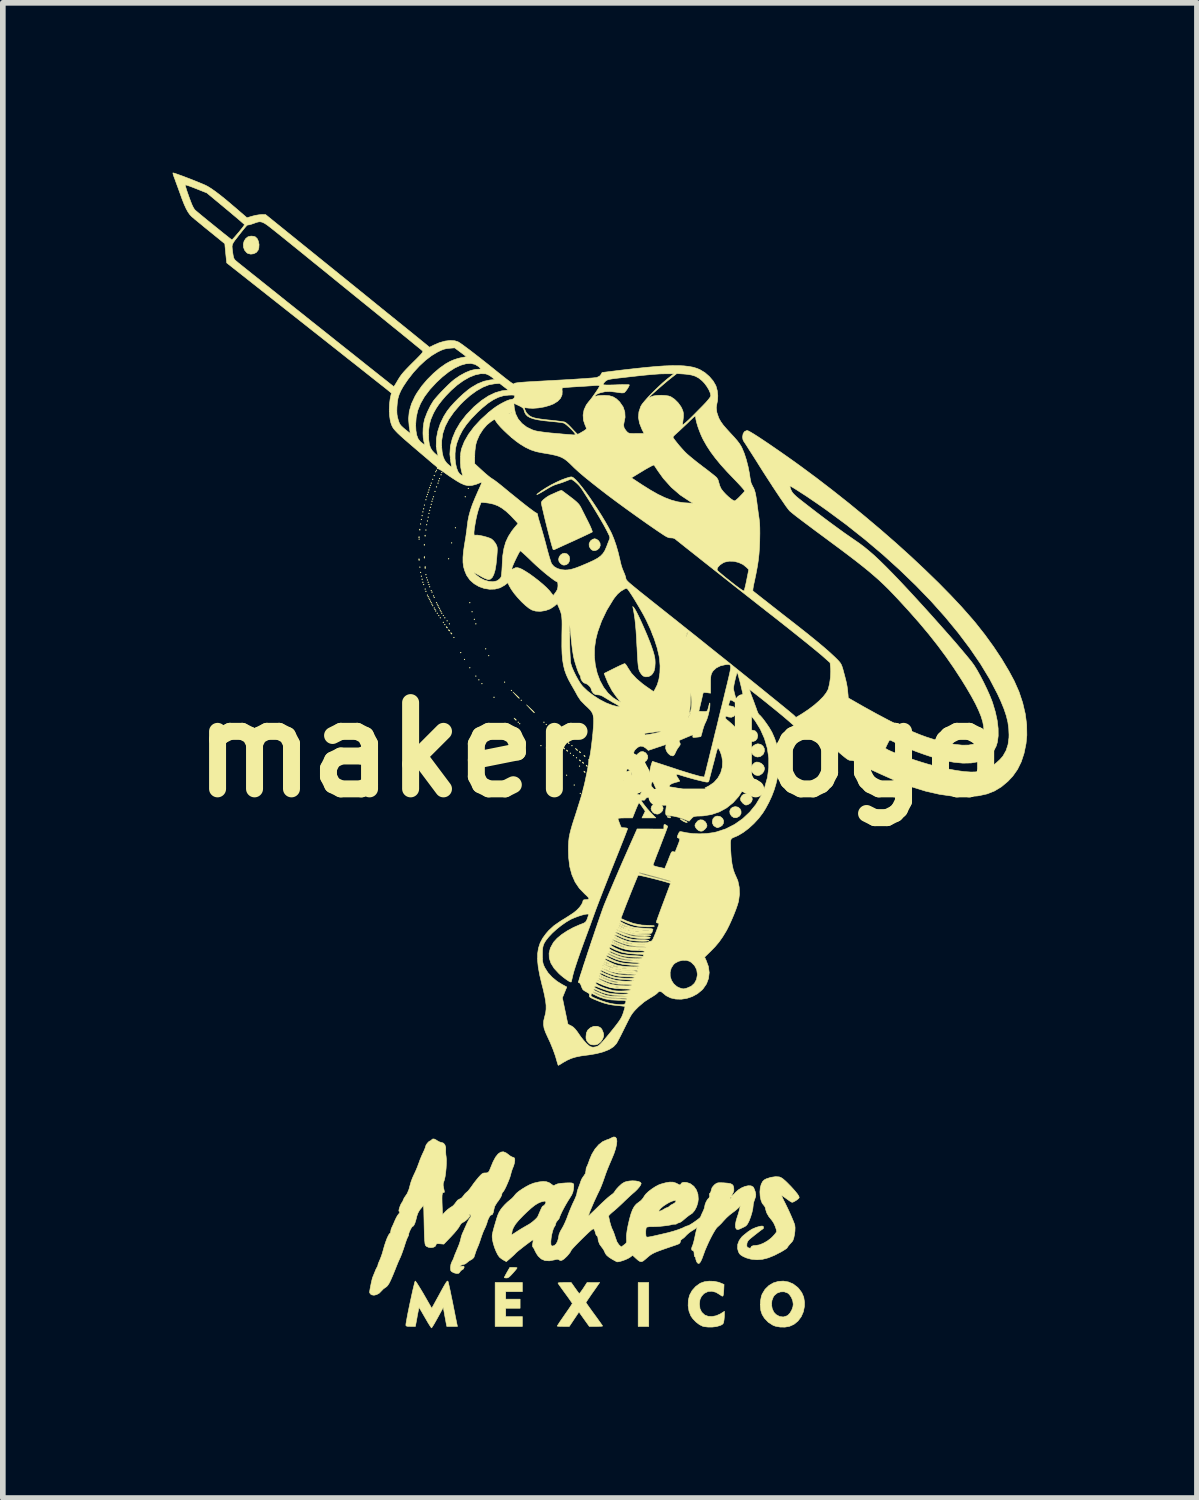
<source format=kicad_pcb>
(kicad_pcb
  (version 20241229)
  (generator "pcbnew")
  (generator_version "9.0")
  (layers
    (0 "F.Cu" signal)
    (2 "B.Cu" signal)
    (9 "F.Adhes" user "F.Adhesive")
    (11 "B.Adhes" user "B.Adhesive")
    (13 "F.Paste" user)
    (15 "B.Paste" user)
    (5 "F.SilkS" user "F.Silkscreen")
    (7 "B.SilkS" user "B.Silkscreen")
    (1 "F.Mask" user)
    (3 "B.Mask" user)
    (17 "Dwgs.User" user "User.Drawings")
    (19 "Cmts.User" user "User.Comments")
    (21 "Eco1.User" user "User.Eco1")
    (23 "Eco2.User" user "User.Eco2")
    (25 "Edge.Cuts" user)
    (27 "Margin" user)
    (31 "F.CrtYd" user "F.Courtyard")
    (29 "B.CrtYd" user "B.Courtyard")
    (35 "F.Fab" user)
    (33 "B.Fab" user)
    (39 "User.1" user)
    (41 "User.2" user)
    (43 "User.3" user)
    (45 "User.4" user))
  (footprint "makers_logo"
    (layer "F.Cu")
    (at 7.543 10.198)
    (property "Reference" "makers_logo" (at 0 0 0) (layer "F.SilkS") (effects (font (size 1.524 1.524) (thickness 0.3))))
    (attr through_hole)
    (fp_poly (pts (xy -3.182 -3.723) (xy -3.188 -3.716) (xy -3.195 -3.723) (xy -3.188 -3.73) (xy -3.182 -3.723)) (stroke (width 0.01) (type solid)) (fill yes) (layer "F.SilkS"))
    (fp_poly (pts (xy -3.168 -3.228) (xy -3.175 -3.222) (xy -3.182 -3.228) (xy -3.175 -3.235) (xy -3.168 -3.228)) (stroke (width 0.01) (type solid)) (fill yes) (layer "F.SilkS"))
    (fp_poly (pts (xy -3.155 -3.99) (xy -3.162 -3.984) (xy -3.168 -3.99) (xy -3.162 -3.997) (xy -3.155 -3.99)) (stroke (width 0.01) (type solid)) (fill yes) (layer "F.SilkS"))
    (fp_poly (pts (xy -3.155 -3.135) (xy -3.162 -3.128) (xy -3.168 -3.135) (xy -3.162 -3.142) (xy -3.155 -3.135)) (stroke (width 0.01) (type solid)) (fill yes) (layer "F.SilkS"))
    (fp_poly (pts (xy -3.142 -4.071) (xy -3.148 -4.064) (xy -3.155 -4.071) (xy -3.148 -4.077) (xy -3.142 -4.071)) (stroke (width 0.01) (type solid)) (fill yes) (layer "F.SilkS"))
    (fp_poly (pts (xy -3.142 -3.068) (xy -3.148 -3.061) (xy -3.155 -3.068) (xy -3.148 -3.075) (xy -3.142 -3.068)) (stroke (width 0.01) (type solid)) (fill yes) (layer "F.SilkS"))
    (fp_poly (pts (xy -3.128 -4.138) (xy -3.135 -4.131) (xy -3.142 -4.138) (xy -3.135 -4.144) (xy -3.128 -4.138)) (stroke (width 0.01) (type solid)) (fill yes) (layer "F.SilkS"))
    (fp_poly (pts (xy -3.128 -3.015) (xy -3.135 -3.008) (xy -3.142 -3.015) (xy -3.135 -3.021) (xy -3.128 -3.015)) (stroke (width 0.01) (type solid)) (fill yes) (layer "F.SilkS"))
    (fp_poly (pts (xy -3.115 -4.204) (xy -3.122 -4.198) (xy -3.128 -4.204) (xy -3.122 -4.211) (xy -3.115 -4.204)) (stroke (width 0.01) (type solid)) (fill yes) (layer "F.SilkS"))
    (fp_poly (pts (xy -3.115 -2.961) (xy -3.122 -2.954) (xy -3.128 -2.961) (xy -3.122 -2.968) (xy -3.115 -2.961)) (stroke (width 0.01) (type solid)) (fill yes) (layer "F.SilkS"))
    (fp_poly (pts (xy -3.101 -4.258) (xy -3.108 -4.251) (xy -3.115 -4.258) (xy -3.108 -4.265) (xy -3.101 -4.258)) (stroke (width 0.01) (type solid)) (fill yes) (layer "F.SilkS"))
    (fp_poly (pts (xy -3.101 -2.921) (xy -3.108 -2.914) (xy -3.115 -2.921) (xy -3.108 -2.928) (xy -3.101 -2.921)) (stroke (width 0.01) (type solid)) (fill yes) (layer "F.SilkS"))
    (fp_poly (pts (xy -3.088 -4.325) (xy -3.095 -4.318) (xy -3.101 -4.325) (xy -3.095 -4.331) (xy -3.088 -4.325)) (stroke (width 0.01) (type solid)) (fill yes) (layer "F.SilkS"))
    (fp_poly (pts (xy -3.075 -2.841) (xy -3.081 -2.834) (xy -3.088 -2.841) (xy -3.081 -2.847) (xy -3.075 -2.841)) (stroke (width 0.01) (type solid)) (fill yes) (layer "F.SilkS"))
    (fp_poly (pts (xy -3.061 -4.418) (xy -3.068 -4.412) (xy -3.075 -4.418) (xy -3.068 -4.425) (xy -3.061 -4.418)) (stroke (width 0.01) (type solid)) (fill yes) (layer "F.SilkS"))
    (fp_poly (pts (xy -3.061 -3.884) (xy -3.068 -3.877) (xy -3.075 -3.884) (xy -3.068 -3.89) (xy -3.061 -3.884)) (stroke (width 0.01) (type solid)) (fill yes) (layer "F.SilkS"))
    (fp_poly (pts (xy -3.061 -3.095) (xy -3.068 -3.088) (xy -3.075 -3.095) (xy -3.068 -3.101) (xy -3.061 -3.095)) (stroke (width 0.01) (type solid)) (fill yes) (layer "F.SilkS"))
    (fp_poly (pts (xy -3.061 -2.801) (xy -3.068 -2.794) (xy -3.075 -2.801) (xy -3.068 -2.807) (xy -3.061 -2.801)) (stroke (width 0.01) (type solid)) (fill yes) (layer "F.SilkS"))
    (fp_poly (pts (xy -3.048 -4.472) (xy -3.055 -4.465) (xy -3.061 -4.472) (xy -3.055 -4.478) (xy -3.048 -4.472)) (stroke (width 0.01) (type solid)) (fill yes) (layer "F.SilkS"))
    (fp_poly (pts (xy -3.048 -3.977) (xy -3.055 -3.97) (xy -3.061 -3.977) (xy -3.055 -3.984) (xy -3.048 -3.977)) (stroke (width 0.01) (type solid)) (fill yes) (layer "F.SilkS"))
    (fp_poly (pts (xy -3.048 -3.041) (xy -3.055 -3.035) (xy -3.061 -3.041) (xy -3.055 -3.048) (xy -3.048 -3.041)) (stroke (width 0.01) (type solid)) (fill yes) (layer "F.SilkS"))
    (fp_poly (pts (xy -3.035 -4.512) (xy -3.041 -4.505) (xy -3.048 -4.512) (xy -3.041 -4.519) (xy -3.035 -4.512)) (stroke (width 0.01) (type solid)) (fill yes) (layer "F.SilkS"))
    (fp_poly (pts (xy -3.035 -4.044) (xy -3.041 -4.037) (xy -3.048 -4.044) (xy -3.041 -4.051) (xy -3.035 -4.044)) (stroke (width 0.01) (type solid)) (fill yes) (layer "F.SilkS"))
    (fp_poly (pts (xy -3.035 -3.001) (xy -3.041 -2.995) (xy -3.048 -3.001) (xy -3.041 -3.008) (xy -3.035 -3.001)) (stroke (width 0.01) (type solid)) (fill yes) (layer "F.SilkS"))
    (fp_poly (pts (xy -3.035 -2.734) (xy -3.041 -2.727) (xy -3.048 -2.734) (xy -3.041 -2.741) (xy -3.035 -2.734)) (stroke (width 0.01) (type solid)) (fill yes) (layer "F.SilkS"))
    (fp_poly (pts (xy -3.021 -4.552) (xy -3.028 -4.545) (xy -3.035 -4.552) (xy -3.028 -4.559) (xy -3.021 -4.552)) (stroke (width 0.01) (type solid)) (fill yes) (layer "F.SilkS"))
    (fp_poly (pts (xy -3.021 -4.111) (xy -3.028 -4.104) (xy -3.035 -4.111) (xy -3.028 -4.117) (xy -3.021 -4.111)) (stroke (width 0.01) (type solid)) (fill yes) (layer "F.SilkS"))
    (fp_poly (pts (xy -3.021 -2.961) (xy -3.028 -2.954) (xy -3.035 -2.961) (xy -3.028 -2.968) (xy -3.021 -2.961)) (stroke (width 0.01) (type solid)) (fill yes) (layer "F.SilkS"))
    (fp_poly (pts (xy -3.021 -2.707) (xy -3.028 -2.7) (xy -3.035 -2.707) (xy -3.028 -2.714) (xy -3.021 -2.707)) (stroke (width 0.01) (type solid)) (fill yes) (layer "F.SilkS"))
    (fp_poly (pts (xy -3.008 -4.592) (xy -3.015 -4.585) (xy -3.021 -4.592) (xy -3.015 -4.599) (xy -3.008 -4.592)) (stroke (width 0.01) (type solid)) (fill yes) (layer "F.SilkS"))
    (fp_poly (pts (xy -3.008 -4.178) (xy -3.015 -4.171) (xy -3.021 -4.178) (xy -3.015 -4.184) (xy -3.008 -4.178)) (stroke (width 0.01) (type solid)) (fill yes) (layer "F.SilkS"))
    (fp_poly (pts (xy -3.008 -2.921) (xy -3.015 -2.914) (xy -3.021 -2.921) (xy -3.015 -2.928) (xy -3.008 -2.921)) (stroke (width 0.01) (type solid)) (fill yes) (layer "F.SilkS"))
    (fp_poly (pts (xy -3.008 -2.68) (xy -3.015 -2.674) (xy -3.021 -2.68) (xy -3.015 -2.687) (xy -3.008 -2.68)) (stroke (width 0.01) (type solid)) (fill yes) (layer "F.SilkS"))
    (fp_poly (pts (xy -2.995 -4.632) (xy -3.001 -4.625) (xy -3.008 -4.632) (xy -3.001 -4.639) (xy -2.995 -4.632)) (stroke (width 0.01) (type solid)) (fill yes) (layer "F.SilkS"))
    (fp_poly (pts (xy -2.995 -4.231) (xy -3.001 -4.224) (xy -3.008 -4.231) (xy -3.001 -4.238) (xy -2.995 -4.231)) (stroke (width 0.01) (type solid)) (fill yes) (layer "F.SilkS"))
    (fp_poly (pts (xy -2.995 -2.881) (xy -3.001 -2.874) (xy -3.008 -2.881) (xy -3.001 -2.888) (xy -2.995 -2.881)) (stroke (width 0.01) (type solid)) (fill yes) (layer "F.SilkS"))
    (fp_poly (pts (xy -2.995 -2.654) (xy -3.001 -2.647) (xy -3.008 -2.654) (xy -3.001 -2.66) (xy -2.995 -2.654)) (stroke (width 0.01) (type solid)) (fill yes) (layer "F.SilkS"))
    (fp_poly (pts (xy -2.981 -4.672) (xy -2.988 -4.666) (xy -2.995 -4.672) (xy -2.988 -4.679) (xy -2.981 -4.672)) (stroke (width 0.01) (type solid)) (fill yes) (layer "F.SilkS"))
    (fp_poly (pts (xy -2.981 -4.285) (xy -2.988 -4.278) (xy -2.995 -4.285) (xy -2.988 -4.291) (xy -2.981 -4.285)) (stroke (width 0.01) (type solid)) (fill yes) (layer "F.SilkS"))
    (fp_poly (pts (xy -2.981 -2.627) (xy -2.988 -2.62) (xy -2.995 -2.627) (xy -2.988 -2.634) (xy -2.981 -2.627)) (stroke (width 0.01) (type solid)) (fill yes) (layer "F.SilkS"))
    (fp_poly (pts (xy -2.968 -4.712) (xy -2.974 -4.706) (xy -2.981 -4.712) (xy -2.974 -4.719) (xy -2.968 -4.712)) (stroke (width 0.01) (type solid)) (fill yes) (layer "F.SilkS"))
    (fp_poly (pts (xy -2.968 -4.338) (xy -2.974 -4.331) (xy -2.981 -4.338) (xy -2.974 -4.345) (xy -2.968 -4.338)) (stroke (width 0.01) (type solid)) (fill yes) (layer "F.SilkS"))
    (fp_poly (pts (xy -2.968 -2.814) (xy -2.974 -2.807) (xy -2.981 -2.814) (xy -2.974 -2.821) (xy -2.968 -2.814)) (stroke (width 0.01) (type solid)) (fill yes) (layer "F.SilkS"))
    (fp_poly (pts (xy -2.968 -2.6) (xy -2.974 -2.593) (xy -2.981 -2.6) (xy -2.974 -2.607) (xy -2.968 -2.6)) (stroke (width 0.01) (type solid)) (fill yes) (layer "F.SilkS"))
    (fp_poly (pts (xy -2.954 -4.392) (xy -2.961 -4.385) (xy -2.968 -4.392) (xy -2.961 -4.398) (xy -2.954 -4.392)) (stroke (width 0.01) (type solid)) (fill yes) (layer "F.SilkS"))
    (fp_poly (pts (xy -2.954 -2.787) (xy -2.961 -2.781) (xy -2.968 -2.787) (xy -2.961 -2.794) (xy -2.954 -2.787)) (stroke (width 0.01) (type solid)) (fill yes) (layer "F.SilkS"))
    (fp_poly (pts (xy -2.954 -2.573) (xy -2.961 -2.567) (xy -2.968 -2.573) (xy -2.961 -2.58) (xy -2.954 -2.573)) (stroke (width 0.01) (type solid)) (fill yes) (layer "F.SilkS"))
    (fp_poly (pts (xy -2.941 -4.779) (xy -2.948 -4.773) (xy -2.954 -4.779) (xy -2.948 -4.786) (xy -2.941 -4.779)) (stroke (width 0.01) (type solid)) (fill yes) (layer "F.SilkS"))
    (fp_poly (pts (xy -2.941 -4.432) (xy -2.948 -4.425) (xy -2.954 -4.432) (xy -2.948 -4.438) (xy -2.941 -4.432)) (stroke (width 0.01) (type solid)) (fill yes) (layer "F.SilkS"))
    (fp_poly (pts (xy -2.941 -2.547) (xy -2.948 -2.54) (xy -2.954 -2.547) (xy -2.948 -2.553) (xy -2.941 -2.547)) (stroke (width 0.01) (type solid)) (fill yes) (layer "F.SilkS"))
    (fp_poly (pts (xy -2.928 -4.472) (xy -2.934 -4.465) (xy -2.941 -4.472) (xy -2.934 -4.478) (xy -2.928 -4.472)) (stroke (width 0.01) (type solid)) (fill yes) (layer "F.SilkS"))
    (fp_poly (pts (xy -2.928 -2.72) (xy -2.934 -2.714) (xy -2.941 -2.72) (xy -2.934 -2.727) (xy -2.928 -2.72)) (stroke (width 0.01) (type solid)) (fill yes) (layer "F.SilkS"))
    (fp_poly (pts (xy -2.914 -4.846) (xy -2.921 -4.839) (xy -2.928 -4.846) (xy -2.921 -4.853) (xy -2.914 -4.846)) (stroke (width 0.01) (type solid)) (fill yes) (layer "F.SilkS"))
    (fp_poly (pts (xy -2.914 -2.694) (xy -2.921 -2.687) (xy -2.928 -2.694) (xy -2.921 -2.7) (xy -2.914 -2.694)) (stroke (width 0.01) (type solid)) (fill yes) (layer "F.SilkS"))
    (fp_poly (pts (xy -2.914 -2.507) (xy -2.921 -2.5) (xy -2.928 -2.507) (xy -2.921 -2.513) (xy -2.914 -2.507)) (stroke (width 0.01) (type solid)) (fill yes) (layer "F.SilkS"))
    (fp_poly (pts (xy -2.901 -4.565) (xy -2.908 -4.559) (xy -2.914 -4.565) (xy -2.908 -4.572) (xy -2.901 -4.565)) (stroke (width 0.01) (type solid)) (fill yes) (layer "F.SilkS"))
    (fp_poly (pts (xy -2.901 -2.48) (xy -2.908 -2.473) (xy -2.914 -2.48) (xy -2.908 -2.487) (xy -2.901 -2.48)) (stroke (width 0.01) (type solid)) (fill yes) (layer "F.SilkS"))
    (fp_poly (pts (xy -2.888 -4.913) (xy -2.894 -4.906) (xy -2.901 -4.913) (xy -2.894 -4.92) (xy -2.888 -4.913)) (stroke (width 0.01) (type solid)) (fill yes) (layer "F.SilkS"))
    (fp_poly (pts (xy -2.888 -2.453) (xy -2.894 -2.446) (xy -2.901 -2.453) (xy -2.894 -2.46) (xy -2.888 -2.453)) (stroke (width 0.01) (type solid)) (fill yes) (layer "F.SilkS"))
    (fp_poly (pts (xy -2.874 -4.94) (xy -2.881 -4.933) (xy -2.888 -4.94) (xy -2.881 -4.946) (xy -2.874 -4.94)) (stroke (width 0.01) (type solid)) (fill yes) (layer "F.SilkS"))
    (fp_poly (pts (xy -2.874 -4.646) (xy -2.881 -4.639) (xy -2.888 -4.646) (xy -2.881 -4.652) (xy -2.874 -4.646)) (stroke (width 0.01) (type solid)) (fill yes) (layer "F.SilkS"))
    (fp_poly (pts (xy -2.874 -2.6) (xy -2.881 -2.593) (xy -2.888 -2.6) (xy -2.881 -2.607) (xy -2.874 -2.6)) (stroke (width 0.01) (type solid)) (fill yes) (layer "F.SilkS"))
    (fp_poly (pts (xy -2.861 -2.573) (xy -2.868 -2.567) (xy -2.874 -2.573) (xy -2.868 -2.58) (xy -2.861 -2.573)) (stroke (width 0.01) (type solid)) (fill yes) (layer "F.SilkS"))
    (fp_poly (pts (xy -2.861 -2.413) (xy -2.868 -2.406) (xy -2.874 -2.413) (xy -2.868 -2.42) (xy -2.861 -2.413)) (stroke (width 0.01) (type solid)) (fill yes) (layer "F.SilkS"))
    (fp_poly (pts (xy -2.847 -4.712) (xy -2.854 -4.706) (xy -2.861 -4.712) (xy -2.854 -4.719) (xy -2.847 -4.712)) (stroke (width 0.01) (type solid)) (fill yes) (layer "F.SilkS"))
    (fp_poly (pts (xy -2.847 -2.547) (xy -2.854 -2.54) (xy -2.861 -2.547) (xy -2.854 -2.553) (xy -2.847 -2.547)) (stroke (width 0.01) (type solid)) (fill yes) (layer "F.SilkS"))
    (fp_poly (pts (xy -2.834 -4.752) (xy -2.841 -4.746) (xy -2.847 -4.752) (xy -2.841 -4.759) (xy -2.834 -4.752)) (stroke (width 0.01) (type solid)) (fill yes) (layer "F.SilkS"))
    (fp_poly (pts (xy -2.834 -2.52) (xy -2.841 -2.513) (xy -2.847 -2.52) (xy -2.841 -2.527) (xy -2.834 -2.52)) (stroke (width 0.01) (type solid)) (fill yes) (layer "F.SilkS"))
    (fp_poly (pts (xy -2.834 -2.373) (xy -2.841 -2.366) (xy -2.847 -2.373) (xy -2.841 -2.38) (xy -2.834 -2.373)) (stroke (width 0.01) (type solid)) (fill yes) (layer "F.SilkS"))
    (fp_poly (pts (xy -2.821 -4.793) (xy -2.827 -4.786) (xy -2.834 -4.793) (xy -2.827 -4.799) (xy -2.821 -4.793)) (stroke (width 0.01) (type solid)) (fill yes) (layer "F.SilkS"))
    (fp_poly (pts (xy -2.821 -2.493) (xy -2.827 -2.487) (xy -2.834 -2.493) (xy -2.827 -2.5) (xy -2.821 -2.493)) (stroke (width 0.01) (type solid)) (fill yes) (layer "F.SilkS"))
    (fp_poly (pts (xy -2.807 -2.466) (xy -2.814 -2.46) (xy -2.821 -2.466) (xy -2.814 -2.473) (xy -2.807 -2.466)) (stroke (width 0.01) (type solid)) (fill yes) (layer "F.SilkS"))
    (fp_poly (pts (xy -2.807 -2.333) (xy -2.814 -2.326) (xy -2.821 -2.333) (xy -2.814 -2.339) (xy -2.807 -2.333)) (stroke (width 0.01) (type solid)) (fill yes) (layer "F.SilkS"))
    (fp_poly (pts (xy -2.794 -4.859) (xy -2.801 -4.853) (xy -2.807 -4.859) (xy -2.801 -4.866) (xy -2.794 -4.859)) (stroke (width 0.01) (type solid)) (fill yes) (layer "F.SilkS"))
    (fp_poly (pts (xy -2.794 -2.44) (xy -2.801 -2.433) (xy -2.807 -2.44) (xy -2.801 -2.446) (xy -2.794 -2.44)) (stroke (width 0.01) (type solid)) (fill yes) (layer "F.SilkS"))
    (fp_poly (pts (xy -2.781 -4.9) (xy -2.787 -4.893) (xy -2.794 -4.9) (xy -2.787 -4.906) (xy -2.781 -4.9)) (stroke (width 0.01) (type solid)) (fill yes) (layer "F.SilkS"))
    (fp_poly (pts (xy -2.781 -2.413) (xy -2.787 -2.406) (xy -2.794 -2.413) (xy -2.787 -2.42) (xy -2.781 -2.413)) (stroke (width 0.01) (type solid)) (fill yes) (layer "F.SilkS"))
    (fp_poly (pts (xy -2.754 -2.373) (xy -2.761 -2.366) (xy -2.767 -2.373) (xy -2.761 -2.38) (xy -2.754 -2.373)) (stroke (width 0.01) (type solid)) (fill yes) (layer "F.SilkS"))
    (fp_poly (pts (xy -2.754 -2.253) (xy -2.761 -2.246) (xy -2.767 -2.253) (xy -2.761 -2.259) (xy -2.754 -2.253)) (stroke (width 0.01) (type solid)) (fill yes) (layer "F.SilkS"))
    (fp_poly (pts (xy -2.727 -2.333) (xy -2.734 -2.326) (xy -2.741 -2.333) (xy -2.734 -2.339) (xy -2.727 -2.333)) (stroke (width 0.01) (type solid)) (fill yes) (layer "F.SilkS"))
    (fp_poly (pts (xy -2.727 -2.212) (xy -2.734 -2.206) (xy -2.741 -2.212) (xy -2.734 -2.219) (xy -2.727 -2.212)) (stroke (width 0.01) (type solid)) (fill yes) (layer "F.SilkS"))
    (fp_poly (pts (xy -2.687 -2.279) (xy -2.694 -2.273) (xy -2.7 -2.279) (xy -2.694 -2.286) (xy -2.687 -2.279)) (stroke (width 0.01) (type solid)) (fill yes) (layer "F.SilkS"))
    (fp_poly (pts (xy -2.66 -3.376) (xy -2.667 -3.369) (xy -2.674 -3.376) (xy -2.667 -3.382) (xy -2.66 -3.376)) (stroke (width 0.01) (type solid)) (fill yes) (layer "F.SilkS"))
    (fp_poly (pts (xy -2.647 -2.226) (xy -2.654 -2.219) (xy -2.66 -2.226) (xy -2.654 -2.233) (xy -2.647 -2.226)) (stroke (width 0.01) (type solid)) (fill yes) (layer "F.SilkS"))
    (fp_poly (pts (xy -2.607 -3.656) (xy -2.614 -3.65) (xy -2.62 -3.656) (xy -2.614 -3.663) (xy -2.607 -3.656)) (stroke (width 0.01) (type solid)) (fill yes) (layer "F.SilkS"))
    (fp_poly (pts (xy -2.567 -1.985) (xy -2.573 -1.979) (xy -2.58 -1.985) (xy -2.573 -1.992) (xy -2.567 -1.985)) (stroke (width 0.01) (type solid)) (fill yes) (layer "F.SilkS"))
    (fp_poly (pts (xy -2.54 -3.924) (xy -2.547 -3.917) (xy -2.553 -3.924) (xy -2.547 -3.93) (xy -2.54 -3.924)) (stroke (width 0.01) (type solid)) (fill yes) (layer "F.SilkS"))
    (fp_poly (pts (xy -2.446 -1.718) (xy -2.453 -1.711) (xy -2.46 -1.718) (xy -2.453 -1.725) (xy -2.446 -1.718)) (stroke (width 0.01) (type solid)) (fill yes) (layer "F.SilkS"))
    (fp_poly (pts (xy -2.38 -1.598) (xy -2.386 -1.591) (xy -2.393 -1.598) (xy -2.386 -1.604) (xy -2.38 -1.598)) (stroke (width 0.01) (type solid)) (fill yes) (layer "F.SilkS"))
    (fp_poly (pts (xy -2.366 -4.472) (xy -2.373 -4.465) (xy -2.38 -4.472) (xy -2.373 -4.478) (xy -2.366 -4.472)) (stroke (width 0.01) (type solid)) (fill yes) (layer "F.SilkS"))
    (fp_poly (pts (xy -2.313 -4.619) (xy -2.319 -4.612) (xy -2.326 -4.619) (xy -2.319 -4.625) (xy -2.313 -4.619)) (stroke (width 0.01) (type solid)) (fill yes) (layer "F.SilkS"))
    (fp_poly (pts (xy -2.286 -2.6) (xy -2.293 -2.593) (xy -2.299 -2.6) (xy -2.293 -2.607) (xy -2.286 -2.6)) (stroke (width 0.01) (type solid)) (fill yes) (layer "F.SilkS"))
    (fp_poly (pts (xy -2.286 -1.45) (xy -2.293 -1.444) (xy -2.299 -1.45) (xy -2.293 -1.457) (xy -2.286 -1.45)) (stroke (width 0.01) (type solid)) (fill yes) (layer "F.SilkS"))
    (fp_poly (pts (xy -2.246 -2.44) (xy -2.253 -2.433) (xy -2.259 -2.44) (xy -2.253 -2.446) (xy -2.246 -2.44)) (stroke (width 0.01) (type solid)) (fill yes) (layer "F.SilkS"))
    (fp_poly (pts (xy -2.206 -2.306) (xy -2.212 -2.299) (xy -2.219 -2.306) (xy -2.212 -2.313) (xy -2.206 -2.306)) (stroke (width 0.01) (type solid)) (fill yes) (layer "F.SilkS"))
    (fp_poly (pts (xy -2.179 -2.226) (xy -2.186 -2.219) (xy -2.192 -2.226) (xy -2.186 -2.233) (xy -2.179 -2.226)) (stroke (width 0.01) (type solid)) (fill yes) (layer "F.SilkS"))
    (fp_poly (pts (xy -2.179 -1.303) (xy -2.186 -1.297) (xy -2.192 -1.303) (xy -2.186 -1.31) (xy -2.179 -1.303)) (stroke (width 0.01) (type solid)) (fill yes) (layer "F.SilkS"))
    (fp_poly (pts (xy -2.126 -1.237) (xy -2.132 -1.23) (xy -2.139 -1.237) (xy -2.132 -1.243) (xy -2.126 -1.237)) (stroke (width 0.01) (type solid)) (fill yes) (layer "F.SilkS"))
    (fp_poly (pts (xy -2.072 -1.17) (xy -2.079 -1.163) (xy -2.085 -1.17) (xy -2.079 -1.176) (xy -2.072 -1.17)) (stroke (width 0.01) (type solid)) (fill yes) (layer "F.SilkS"))
    (fp_poly (pts (xy -2.005 -1.785) (xy -2.012 -1.778) (xy -2.019 -1.785) (xy -2.012 -1.791) (xy -2.005 -1.785)) (stroke (width 0.01) (type solid)) (fill yes) (layer "F.SilkS"))
    (fp_poly (pts (xy -1.952 -1.664) (xy -1.958 -1.658) (xy -1.965 -1.664) (xy -1.958 -1.671) (xy -1.952 -1.664)) (stroke (width 0.01) (type solid)) (fill yes) (layer "F.SilkS"))
    (fp_poly (pts (xy -1.858 -0.929) (xy -1.865 -0.922) (xy -1.872 -0.929) (xy -1.865 -0.936) (xy -1.858 -0.929)) (stroke (width 0.01) (type solid)) (fill yes) (layer "F.SilkS"))
    (fp_poly (pts (xy -1.671 -1.196) (xy -1.678 -1.19) (xy -1.684 -1.196) (xy -1.678 -1.203) (xy -1.671 -1.196)) (stroke (width 0.01) (type solid)) (fill yes) (layer "F.SilkS"))
    (fp_poly (pts (xy -1.551 -1.049) (xy -1.557 -1.043) (xy -1.564 -1.049) (xy -1.557 -1.056) (xy -1.551 -1.049)) (stroke (width 0.01) (type solid)) (fill yes) (layer "F.SilkS"))
    (fp_poly (pts (xy -1.43 -0.488) (xy -1.437 -0.481) (xy -1.444 -0.488) (xy -1.437 -0.495) (xy -1.43 -0.488)) (stroke (width 0.01) (type solid)) (fill yes) (layer "F.SilkS"))
    (fp_poly (pts (xy -1.404 -0.461) (xy -1.41 -0.455) (xy -1.417 -0.461) (xy -1.41 -0.468) (xy -1.404 -0.461)) (stroke (width 0.01) (type solid)) (fill yes) (layer "F.SilkS"))
    (fp_poly (pts (xy -1.377 -0.876) (xy -1.384 -0.869) (xy -1.39 -0.876) (xy -1.384 -0.882) (xy -1.377 -0.876)) (stroke (width 0.01) (type solid)) (fill yes) (layer "F.SilkS"))
    (fp_poly (pts (xy -1.029 -0.074) (xy -1.036 -0.067) (xy -1.043 -0.074) (xy -1.036 -0.08) (xy -1.029 -0.074)) (stroke (width 0.01) (type solid)) (fill yes) (layer "F.SilkS"))
    (fp_poly (pts (xy -0.976 -0.488) (xy -0.983 -0.481) (xy -0.989 -0.488) (xy -0.983 -0.495) (xy -0.976 -0.488)) (stroke (width 0.01) (type solid)) (fill yes) (layer "F.SilkS"))
    (fp_poly (pts (xy -0.936 -0.448) (xy -0.942 -0.441) (xy -0.949 -0.448) (xy -0.942 -0.455) (xy -0.936 -0.448)) (stroke (width 0.01) (type solid)) (fill yes) (layer "F.SilkS"))
    (fp_poly (pts (xy -0.882 0.087) (xy -0.889 0.094) (xy -0.896 0.087) (xy -0.889 0.08) (xy -0.882 0.087)) (stroke (width 0.01) (type solid)) (fill yes) (layer "F.SilkS"))
    (fp_poly (pts (xy -0.575 0.448) (xy -0.582 0.455) (xy -0.588 0.448) (xy -0.582 0.441) (xy -0.575 0.448)) (stroke (width 0.01) (type solid)) (fill yes) (layer "F.SilkS"))
    (fp_poly (pts (xy -0.508 0.06) (xy -0.515 0.067) (xy -0.521 0.06) (xy -0.515 0.053) (xy -0.508 0.06)) (stroke (width 0.01) (type solid)) (fill yes) (layer "F.SilkS"))
    (fp_poly (pts (xy -0.481 -0.074) (xy -0.488 -0.067) (xy -0.495 -0.074) (xy -0.488 -0.08) (xy -0.481 -0.074)) (stroke (width 0.01) (type solid)) (fill yes) (layer "F.SilkS"))
    (fp_poly (pts (xy -0.455 0.1) (xy -0.461 0.107) (xy -0.468 0.1) (xy -0.461 0.094) (xy -0.455 0.1)) (stroke (width 0.01) (type solid)) (fill yes) (layer "F.SilkS"))
    (fp_poly (pts (xy -0.441 0.622) (xy -0.448 0.628) (xy -0.455 0.622) (xy -0.448 0.615) (xy -0.441 0.622)) (stroke (width 0.01) (type solid)) (fill yes) (layer "F.SilkS"))
    (fp_poly (pts (xy -0.401 0.14) (xy -0.408 0.147) (xy -0.414 0.14) (xy -0.408 0.134) (xy -0.401 0.14)) (stroke (width 0.01) (type solid)) (fill yes) (layer "F.SilkS"))
    (fp_poly (pts (xy -0.348 0.287) (xy -0.354 0.294) (xy -0.361 0.287) (xy -0.354 0.281) (xy -0.348 0.287)) (stroke (width 0.01) (type solid)) (fill yes) (layer "F.SilkS"))
    (fp_poly (pts (xy -0.334 0.769) (xy -0.341 0.775) (xy -0.348 0.769) (xy -0.341 0.762) (xy -0.334 0.769)) (stroke (width 0.01) (type solid)) (fill yes) (layer "F.SilkS"))
    (fp_poly (pts (xy 0.869 10.187) (xy 0.682 10.187) (xy 0.682 9.411) (xy 0.869 9.411) (xy 0.869 10.187)) (stroke (width 0.01) (type solid)) (fill yes) (layer "F.SilkS"))
    (fp_poly (pts (xy -3.186 -3.765) (xy -3.185 -3.75) (xy -3.186 -3.748) (xy -3.194 -3.749) (xy -3.195 -3.757) (xy -3.19 -3.768) (xy -3.186 -3.765)) (stroke (width 0.01) (type solid)) (fill yes) (layer "F.SilkS"))
    (fp_poly (pts (xy -3.186 -3.371) (xy -3.184 -3.35) (xy -3.187 -3.346) (xy -3.193 -3.35) (xy -3.194 -3.363) (xy -3.191 -3.378) (xy -3.186 -3.371)) (stroke (width 0.01) (type solid)) (fill yes) (layer "F.SilkS"))
    (fp_poly (pts (xy -3.173 -3.899) (xy -3.171 -3.883) (xy -3.173 -3.881) (xy -3.181 -3.883) (xy -3.182 -3.89) (xy -3.177 -3.901) (xy -3.173 -3.899)) (stroke (width 0.01) (type solid)) (fill yes) (layer "F.SilkS"))
    (fp_poly (pts (xy -3.093 -3.632) (xy -3.091 -3.616) (xy -3.093 -3.614) (xy -3.101 -3.616) (xy -3.101 -3.623) (xy -3.097 -3.634) (xy -3.093 -3.632)) (stroke (width 0.01) (type solid)) (fill yes) (layer "F.SilkS"))
    (fp_poly (pts (xy -3.092 -3.411) (xy -3.091 -3.391) (xy -3.093 -3.386) (xy -3.099 -3.39) (xy -3.1 -3.403) (xy -3.097 -3.418) (xy -3.092 -3.411)) (stroke (width 0.01) (type solid)) (fill yes) (layer "F.SilkS"))
    (fp_poly (pts (xy -3.079 -3.239) (xy -3.077 -3.211) (xy -3.079 -3.205) (xy -3.084 -3.203) (xy -3.086 -3.222) (xy -3.084 -3.241) (xy -3.079 -3.239)) (stroke (width 0.01) (type solid)) (fill yes) (layer "F.SilkS"))
    (fp_poly (pts (xy -3.079 -3.792) (xy -3.078 -3.776) (xy -3.079 -3.774) (xy -3.087 -3.776) (xy -3.088 -3.783) (xy -3.083 -3.794) (xy -3.079 -3.792)) (stroke (width 0.01) (type solid)) (fill yes) (layer "F.SilkS"))
    (fp_poly (pts (xy -2.702 -2.174) (xy -2.688 -2.16) (xy -2.691 -2.152) (xy -2.693 -2.152) (xy -2.704 -2.162) (xy -2.708 -2.168) (xy -2.71 -2.177) (xy -2.702 -2.174)) (stroke (width 0.01) (type solid)) (fill yes) (layer "F.SilkS"))
    (fp_poly (pts (xy -2.662 -2.12) (xy -2.648 -2.108) (xy -2.647 -2.105) (xy -2.653 -2.099) (xy -2.667 -2.112) (xy -2.668 -2.114) (xy -2.67 -2.123) (xy -2.662 -2.12)) (stroke (width 0.01) (type solid)) (fill yes) (layer "F.SilkS"))
    (fp_poly (pts (xy -2.622 -2.067) (xy -2.608 -2.053) (xy -2.611 -2.045) (xy -2.613 -2.045) (xy -2.624 -2.055) (xy -2.628 -2.061) (xy -2.63 -2.07) (xy -2.622 -2.067)) (stroke (width 0.01) (type solid)) (fill yes) (layer "F.SilkS"))
    (fp_poly (pts (xy -0.697 -0.249) (xy -0.683 -0.235) (xy -0.686 -0.227) (xy -0.688 -0.227) (xy -0.699 -0.237) (xy -0.703 -0.243) (xy -0.705 -0.252) (xy -0.697 -0.249)) (stroke (width 0.01) (type solid)) (fill yes) (layer "F.SilkS"))
    (fp_poly (pts (xy -0.63 -0.195) (xy -0.616 -0.183) (xy -0.615 -0.18) (xy -0.621 -0.174) (xy -0.635 -0.187) (xy -0.636 -0.189) (xy -0.638 -0.198) (xy -0.63 -0.195)) (stroke (width 0.01) (type solid)) (fill yes) (layer "F.SilkS"))
    (fp_poly (pts (xy -0.63 -0.035) (xy -0.616 -0.021) (xy -0.619 -0.013) (xy -0.621 -0.013) (xy -0.632 -0.023) (xy -0.636 -0.029) (xy -0.638 -0.038) (xy -0.63 -0.035)) (stroke (width 0.01) (type solid)) (fill yes) (layer "F.SilkS"))
    (fp_poly (pts (xy -0.577 0.005) (xy -0.563 0.019) (xy -0.566 0.027) (xy -0.567 0.027) (xy -0.579 0.017) (xy -0.583 0.011) (xy -0.584 0.002) (xy -0.577 0.005)) (stroke (width 0.01) (type solid)) (fill yes) (layer "F.SilkS"))
    (fp_poly (pts (xy -0.55 -0.128) (xy -0.536 -0.116) (xy -0.535 -0.113) (xy -0.541 -0.107) (xy -0.554 -0.12) (xy -0.556 -0.122) (xy -0.558 -0.132) (xy -0.55 -0.128)) (stroke (width 0.01) (type solid)) (fill yes) (layer "F.SilkS"))
    (fp_poly (pts (xy -0.35 0.032) (xy -0.335 0.045) (xy -0.334 0.048) (xy -0.341 0.053) (xy -0.354 0.041) (xy -0.356 0.038) (xy -0.357 0.029) (xy -0.35 0.032)) (stroke (width 0.01) (type solid)) (fill yes) (layer "F.SilkS"))
    (fp_poly (pts (xy -0.35 0.179) (xy -0.335 0.192) (xy -0.334 0.195) (xy -0.341 0.2) (xy -0.354 0.188) (xy -0.356 0.185) (xy -0.357 0.176) (xy -0.35 0.179)) (stroke (width 0.01) (type solid)) (fill yes) (layer "F.SilkS"))
    (fp_poly (pts (xy -0.296 0.219) (xy -0.282 0.232) (xy -0.281 0.235) (xy -0.287 0.24) (xy -0.3 0.228) (xy -0.302 0.225) (xy -0.304 0.216) (xy -0.296 0.219)) (stroke (width 0.01) (type solid)) (fill yes) (layer "F.SilkS"))
    (fp_poly (pts (xy -0.269 0.099) (xy -0.255 0.111) (xy -0.254 0.114) (xy -0.26 0.12) (xy -0.274 0.108) (xy -0.275 0.105) (xy -0.277 0.096) (xy -0.269 0.099)) (stroke (width 0.01) (type solid)) (fill yes) (layer "F.SilkS"))
    (fp_poly (pts (xy -0.269 0.38) (xy -0.255 0.392) (xy -0.254 0.395) (xy -0.26 0.401) (xy -0.274 0.388) (xy -0.275 0.386) (xy -0.277 0.376) (xy -0.269 0.38)) (stroke (width 0.01) (type solid)) (fill yes) (layer "F.SilkS"))
    (fp_poly (pts (xy -0.229 0.273) (xy -0.215 0.286) (xy -0.218 0.294) (xy -0.22 0.294) (xy -0.231 0.285) (xy -0.235 0.279) (xy -0.237 0.27) (xy -0.229 0.273)) (stroke (width 0.01) (type solid)) (fill yes) (layer "F.SilkS"))
    (fp_poly (pts (xy -1.504 -0.557) (xy -1.494 -0.55) (xy -1.475 -0.533) (xy -1.471 -0.526) (xy -1.477 -0.522) (xy -1.495 -0.54) (xy -1.499 -0.545) (xy -1.511 -0.561) (xy -1.504 -0.557)) (stroke (width 0.01) (type solid)) (fill yes) (layer "F.SilkS"))
    (fp_poly (pts (xy -0.862 -0.383) (xy -0.852 -0.376) (xy -0.834 -0.36) (xy -0.829 -0.353) (xy -0.835 -0.349) (xy -0.853 -0.366) (xy -0.857 -0.371) (xy -0.869 -0.387) (xy -0.862 -0.383)) (stroke (width 0.01) (type solid)) (fill yes) (layer "F.SilkS"))
    (fp_poly (pts (xy -0.768 -0.303) (xy -0.759 -0.296) (xy -0.74 -0.279) (xy -0.735 -0.272) (xy -0.742 -0.268) (xy -0.76 -0.286) (xy -0.764 -0.291) (xy -0.775 -0.307) (xy -0.768 -0.303)) (stroke (width 0.01) (type solid)) (fill yes) (layer "F.SilkS"))
    (fp_poly (pts (xy -0.421 -0.023) (xy -0.411 -0.015) (xy -0.393 0.001) (xy -0.388 0.008) (xy -0.394 0.012) (xy -0.412 -0.005) (xy -0.416 -0.01) (xy -0.428 -0.026) (xy -0.421 -0.023)) (stroke (width 0.01) (type solid)) (fill yes) (layer "F.SilkS"))
    (fp_poly (pts (xy 1.247 1.181) (xy 1.257 1.19) (xy 1.247 1.202) (xy 1.223 1.199) (xy 1.203 1.19) (xy 1.194 1.181) (xy 1.208 1.177) (xy 1.22 1.177) (xy 1.247 1.181)) (stroke (width 0.01) (type solid)) (fill yes) (layer "F.SilkS"))
    (fp_poly (pts (xy -1.474 -0.97) (xy -1.443 -0.941) (xy -1.423 -0.92) (xy -1.417 -0.913) (xy -1.42 -0.91) (xy -1.433 -0.919) (xy -1.457 -0.944) (xy -1.478 -0.966) (xy -1.531 -1.023) (xy -1.474 -0.97)) (stroke (width 0.01) (type solid)) (fill yes) (layer "F.SilkS"))
    (fp_poly (pts (xy 0.681 0.439) (xy 0.691 0.466) (xy 0.694 0.496) (xy 0.692 0.511) (xy 0.683 0.516) (xy 0.671 0.499) (xy 0.658 0.465) (xy 0.657 0.438) (xy 0.668 0.428) (xy 0.668 0.428) (xy 0.681 0.439)) (stroke (width 0.01) (type solid)) (fill yes) (layer "F.SilkS"))
    (fp_poly (pts (xy -1.22 -0.729) (xy -1.181 -0.692) (xy -1.159 -0.669) (xy -1.151 -0.658) (xy -1.153 -0.655) (xy -1.154 -0.655) (xy -1.164 -0.664) (xy -1.188 -0.688) (xy -1.22 -0.721) (xy -1.224 -0.725) (xy -1.29 -0.795) (xy -1.22 -0.729)) (stroke (width 0.01) (type solid)) (fill yes) (layer "F.SilkS"))
    (fp_poly (pts (xy -1.364 9.572) (xy -1.658 9.572) (xy -1.658 9.705) (xy -1.404 9.705) (xy -1.404 9.866) (xy -1.658 9.866) (xy -1.658 10.013) (xy -1.364 10.013) (xy -1.364 10.187) (xy -1.845 10.187) (xy -1.845 9.411) (xy -1.364 9.411) (xy -1.364 9.572)) (stroke (width 0.01) (type solid)) (fill yes) (layer "F.SilkS"))
    (fp_poly (pts (xy 1.439 1.222) (xy 1.469 1.234) (xy 1.503 1.251) (xy 1.533 1.266) (xy 1.55 1.277) (xy 1.551 1.278) (xy 1.541 1.284) (xy 1.515 1.278) (xy 1.483 1.264) (xy 1.459 1.249) (xy 1.433 1.229) (xy 1.421 1.218) (xy 1.422 1.217) (xy 1.439 1.222)) (stroke (width 0.01) (type solid)) (fill yes) (layer "F.SilkS"))
    (fp_poly (pts (xy 2.447 1.013) (xy 2.481 1.041) (xy 2.499 1.079) (xy 2.5 1.122) (xy 2.479 1.162) (xy 2.465 1.175) (xy 2.418 1.2) (xy 2.372 1.197) (xy 2.332 1.17) (xy 2.305 1.128) (xy 2.3 1.083) (xy 2.315 1.044) (xy 2.348 1.015) (xy 2.396 1.003) (xy 2.4 1.003) (xy 2.447 1.013)) (stroke (width 0.01) (type solid)) (fill yes) (layer "F.SilkS"))
    (fp_poly (pts (xy 2.577 -0.568) (xy 2.609 -0.536) (xy 2.623 -0.486) (xy 2.623 -0.481) (xy 2.613 -0.435) (xy 2.584 -0.402) (xy 2.543 -0.383) (xy 2.496 -0.385) (xy 2.47 -0.395) (xy 2.435 -0.427) (xy 2.42 -0.469) (xy 2.425 -0.512) (xy 2.449 -0.549) (xy 2.48 -0.569) (xy 2.533 -0.58) (xy 2.577 -0.568)) (stroke (width 0.01) (type solid)) (fill yes) (layer "F.SilkS"))
    (fp_poly (pts (xy -0.575 -3.462) (xy -0.566 -3.456) (xy -0.538 -3.423) (xy -0.528 -3.38) (xy -0.533 -3.335) (xy -0.553 -3.296) (xy -0.586 -3.272) (xy -0.591 -3.27) (xy -0.629 -3.263) (xy -0.656 -3.269) (xy -0.687 -3.29) (xy -0.716 -3.326) (xy -0.724 -3.366) (xy -0.714 -3.406) (xy -0.691 -3.441) (xy -0.658 -3.465) (xy -0.618 -3.474) (xy -0.575 -3.462)) (stroke (width 0.01) (type solid)) (fill yes) (layer "F.SilkS"))
    (fp_poly (pts (xy 0.811 0.051) (xy 0.82 0.06) (xy 0.849 0.101) (xy 0.852 0.145) (xy 0.829 0.188) (xy 0.823 0.194) (xy 0.784 0.219) (xy 0.739 0.227) (xy 0.698 0.219) (xy 0.679 0.204) (xy 0.66 0.173) (xy 0.65 0.143) (xy 0.648 0.114) (xy 0.661 0.087) (xy 0.68 0.066) (xy 0.724 0.035) (xy 0.767 0.03) (xy 0.811 0.051)) (stroke (width 0.01) (type solid)) (fill yes) (layer "F.SilkS"))
    (fp_poly (pts (xy 1.059 0.947) (xy 1.096 0.976) (xy 1.119 1.014) (xy 1.123 1.036) (xy 1.111 1.077) (xy 1.08 1.111) (xy 1.039 1.133) (xy 1.016 1.136) (xy 0.969 1.124) (xy 0.942 1.104) (xy 0.919 1.071) (xy 0.909 1.037) (xy 0.909 1.036) (xy 0.921 0.996) (xy 0.952 0.961) (xy 0.993 0.939) (xy 1.016 0.936) (xy 1.059 0.947)) (stroke (width 0.01) (type solid)) (fill yes) (layer "F.SilkS"))
    (fp_poly (pts (xy 2.747 -0.336) (xy 2.779 -0.304) (xy 2.794 -0.256) (xy 2.794 -0.247) (xy 2.783 -0.198) (xy 2.755 -0.164) (xy 2.716 -0.148) (xy 2.671 -0.152) (xy 2.629 -0.178) (xy 2.626 -0.18) (xy 2.603 -0.212) (xy 2.593 -0.246) (xy 2.593 -0.247) (xy 2.605 -0.288) (xy 2.636 -0.323) (xy 2.677 -0.344) (xy 2.7 -0.348) (xy 2.747 -0.336)) (stroke (width 0.01) (type solid)) (fill yes) (layer "F.SilkS"))
    (fp_poly (pts (xy 2.805 0.218) (xy 2.855 0.238) (xy 2.894 0.274) (xy 2.913 0.32) (xy 2.914 0.336) (xy 2.902 0.38) (xy 2.872 0.42) (xy 2.83 0.447) (xy 2.794 0.455) (xy 2.748 0.443) (xy 2.713 0.415) (xy 2.68 0.369) (xy 2.674 0.321) (xy 2.695 0.274) (xy 2.714 0.251) (xy 2.745 0.225) (xy 2.771 0.216) (xy 2.805 0.218)) (stroke (width 0.01) (type solid)) (fill yes) (layer "F.SilkS"))
    (fp_poly (pts (xy 2.849 -0.096) (xy 2.887 -0.066) (xy 2.91 -0.024) (xy 2.913 0.023) (xy 2.896 0.071) (xy 2.884 0.086) (xy 2.839 0.119) (xy 2.788 0.127) (xy 2.747 0.115) (xy 2.707 0.084) (xy 2.68 0.037) (xy 2.674 -0.002) (xy 2.685 -0.037) (xy 2.715 -0.07) (xy 2.755 -0.096) (xy 2.796 -0.107) (xy 2.798 -0.107) (xy 2.849 -0.096)) (stroke (width 0.01) (type solid)) (fill yes) (layer "F.SilkS"))
    (fp_poly (pts (xy -0.054 -3.721) (xy -0.021 -3.698) (xy -0.019 -3.697) (xy 0.008 -3.654) (xy 0.012 -3.608) (xy -0.005 -3.566) (xy -0.04 -3.534) (xy -0.076 -3.521) (xy -0.111 -3.52) (xy -0.14 -3.535) (xy -0.153 -3.547) (xy -0.182 -3.592) (xy -0.185 -3.64) (xy -0.164 -3.686) (xy -0.154 -3.697) (xy -0.122 -3.72) (xy -0.088 -3.73) (xy -0.087 -3.73) (xy -0.054 -3.721)) (stroke (width 0.01) (type solid)) (fill yes) (layer "F.SilkS"))
    (fp_poly (pts (xy 1.824 1.24) (xy 1.828 1.242) (xy 1.867 1.27) (xy 1.892 1.312) (xy 1.898 1.343) (xy 1.888 1.369) (xy 1.864 1.399) (xy 1.833 1.425) (xy 1.811 1.436) (xy 1.78 1.436) (xy 1.752 1.427) (xy 1.721 1.402) (xy 1.698 1.373) (xy 1.685 1.344) (xy 1.688 1.321) (xy 1.698 1.3) (xy 1.734 1.256) (xy 1.777 1.236) (xy 1.824 1.24)) (stroke (width 0.01) (type solid)) (fill yes) (layer "F.SilkS"))
    (fp_poly (pts (xy 2.123 1.176) (xy 2.138 1.183) (xy 2.175 1.214) (xy 2.192 1.255) (xy 2.188 1.298) (xy 2.165 1.336) (xy 2.132 1.358) (xy 2.102 1.37) (xy 2.084 1.376) (xy 2.083 1.376) (xy 2.069 1.371) (xy 2.059 1.367) (xy 2.016 1.34) (xy 1.994 1.296) (xy 1.992 1.27) (xy 2.003 1.22) (xy 2.032 1.186) (xy 2.074 1.17) (xy 2.123 1.176)) (stroke (width 0.01) (type solid)) (fill yes) (layer "F.SilkS"))
    (fp_poly (pts (xy 2.778 0.532) (xy 2.812 0.56) (xy 2.831 0.598) (xy 2.832 0.64) (xy 2.814 0.68) (xy 2.799 0.694) (xy 2.765 0.714) (xy 2.734 0.722) (xy 2.734 0.722) (xy 2.703 0.714) (xy 2.669 0.694) (xy 2.669 0.694) (xy 2.64 0.657) (xy 2.632 0.615) (xy 2.643 0.574) (xy 2.671 0.541) (xy 2.713 0.523) (xy 2.732 0.521) (xy 2.778 0.532)) (stroke (width 0.01) (type solid)) (fill yes) (layer "F.SilkS"))
    (fp_poly (pts (xy -1.484 9.146) (xy -1.461 9.15) (xy -1.457 9.153) (xy -1.465 9.166) (xy -1.487 9.194) (xy -1.519 9.231) (xy -1.532 9.246) (xy -1.573 9.29) (xy -1.603 9.317) (xy -1.627 9.329) (xy -1.645 9.331) (xy -1.673 9.329) (xy -1.684 9.324) (xy -1.678 9.31) (xy -1.662 9.279) (xy -1.639 9.237) (xy -1.635 9.23) (xy -1.585 9.144) (xy -1.521 9.144) (xy -1.484 9.146)) (stroke (width 0.01) (type solid)) (fill yes) (layer "F.SilkS"))
    (fp_poly (pts (xy 2.635 0.781) (xy 2.665 0.802) (xy 2.673 0.811) (xy 2.695 0.846) (xy 2.698 0.878) (xy 2.686 0.914) (xy 2.658 0.947) (xy 2.616 0.97) (xy 2.585 0.976) (xy 2.563 0.967) (xy 2.534 0.945) (xy 2.526 0.937) (xy 2.495 0.897) (xy 2.489 0.859) (xy 2.508 0.819) (xy 2.514 0.811) (xy 2.543 0.785) (xy 2.58 0.776) (xy 2.593 0.775) (xy 2.635 0.781)) (stroke (width 0.01) (type solid)) (fill yes) (layer "F.SilkS"))
    (fp_poly (pts (xy -6.115 -9.073) (xy -6.083 -9.064) (xy -6.082 -9.063) (xy -6.049 -9.032) (xy -6.027 -8.984) (xy -6.016 -8.926) (xy -6.02 -8.867) (xy -6.032 -8.829) (xy -6.063 -8.789) (xy -6.11 -8.765) (xy -6.162 -8.758) (xy -6.213 -8.77) (xy -6.233 -8.783) (xy -6.271 -8.827) (xy -6.291 -8.88) (xy -6.294 -8.935) (xy -6.28 -8.988) (xy -6.252 -9.033) (xy -6.211 -9.065) (xy -6.158 -9.077) (xy -6.155 -9.077) (xy -6.115 -9.073)) (stroke (width 0.01) (type solid)) (fill yes) (layer "F.SilkS"))
    (fp_poly (pts (xy -0.041 4.884) (xy -0.001 4.899) (xy 0.025 4.917) (xy 0.045 4.946) (xy 0.064 4.993) (xy 0.071 5.016) (xy 0.073 5.057) (xy 0.056 5.105) (xy 0.026 5.152) (xy 0.006 5.172) (xy -0.033 5.201) (xy -0.072 5.212) (xy -0.102 5.214) (xy -0.146 5.21) (xy -0.176 5.196) (xy -0.202 5.172) (xy -0.228 5.138) (xy -0.239 5.101) (xy -0.24 5.069) (xy -0.233 5.002) (xy -0.209 4.952) (xy -0.164 4.912) (xy -0.162 4.91) (xy -0.102 4.884) (xy -0.041 4.884)) (stroke (width 0.01) (type solid)) (fill yes) (layer "F.SilkS"))
    (fp_poly (pts (xy 0.612 -2.505) (xy 0.629 -2.478) (xy 0.655 -2.431) (xy 0.687 -2.367) (xy 0.723 -2.291) (xy 0.761 -2.207) (xy 0.8 -2.118) (xy 0.838 -2.03) (xy 0.872 -1.946) (xy 0.902 -1.87) (xy 0.92 -1.819) (xy 0.946 -1.742) (xy 0.963 -1.683) (xy 0.974 -1.636) (xy 0.98 -1.593) (xy 0.982 -1.547) (xy 0.982 -1.531) (xy 0.977 -1.452) (xy 0.963 -1.392) (xy 0.937 -1.346) (xy 0.913 -1.32) (xy 0.868 -1.295) (xy 0.815 -1.29) (xy 0.773 -1.303) (xy 0.746 -1.327) (xy 0.719 -1.365) (xy 0.709 -1.383) (xy 0.7 -1.403) (xy 0.693 -1.426) (xy 0.687 -1.454) (xy 0.682 -1.492) (xy 0.677 -1.543) (xy 0.672 -1.61) (xy 0.667 -1.696) (xy 0.662 -1.804) (xy 0.66 -1.828) (xy 0.652 -1.978) (xy 0.644 -2.106) (xy 0.634 -2.216) (xy 0.624 -2.312) (xy 0.611 -2.399) (xy 0.597 -2.481) (xy 0.594 -2.493) (xy 0.586 -2.533) (xy 0.612 -2.505)) (stroke (width 0.01) (type solid)) (fill yes) (layer "F.SilkS"))
    (fp_poly (pts (xy 3.336 9.401) (xy 3.422 9.438) (xy 3.499 9.497) (xy 3.515 9.513) (xy 3.572 9.589) (xy 3.607 9.67) (xy 3.621 9.761) (xy 3.62 9.829) (xy 3.601 9.927) (xy 3.562 10.016) (xy 3.505 10.092) (xy 3.434 10.15) (xy 3.356 10.185) (xy 3.276 10.199) (xy 3.19 10.198) (xy 3.108 10.183) (xy 3.067 10.168) (xy 2.983 10.115) (xy 2.913 10.042) (xy 2.872 9.975) (xy 2.849 9.906) (xy 2.84 9.823) (xy 2.84 9.802) (xy 3.038 9.802) (xy 3.05 9.873) (xy 3.079 9.936) (xy 3.119 9.978) (xy 3.182 10.012) (xy 3.246 10.02) (xy 3.308 10.001) (xy 3.329 9.988) (xy 3.364 9.951) (xy 3.395 9.899) (xy 3.416 9.84) (xy 3.422 9.794) (xy 3.413 9.734) (xy 3.389 9.674) (xy 3.354 9.623) (xy 3.324 9.597) (xy 3.263 9.575) (xy 3.199 9.576) (xy 3.139 9.597) (xy 3.089 9.638) (xy 3.071 9.663) (xy 3.045 9.73) (xy 3.038 9.802) (xy 2.84 9.802) (xy 2.843 9.736) (xy 2.859 9.654) (xy 2.873 9.615) (xy 2.924 9.531) (xy 2.991 9.465) (xy 3.07 9.418) (xy 3.156 9.392) (xy 3.246 9.386) (xy 3.336 9.401)) (stroke (width 0.01) (type solid)) (fill yes) (layer "F.SilkS"))
    (fp_poly (pts (xy 2.022 9.39) (xy 2.102 9.406) (xy 2.126 9.415) (xy 2.199 9.445) (xy 2.195 9.532) (xy 2.191 9.594) (xy 2.186 9.633) (xy 2.178 9.651) (xy 2.164 9.651) (xy 2.142 9.637) (xy 2.128 9.627) (xy 2.057 9.584) (xy 1.985 9.565) (xy 1.917 9.57) (xy 1.855 9.6) (xy 1.843 9.608) (xy 1.799 9.657) (xy 1.773 9.714) (xy 1.765 9.786) (xy 1.765 9.795) (xy 1.774 9.873) (xy 1.804 9.935) (xy 1.855 9.983) (xy 1.861 9.987) (xy 1.919 10.008) (xy 1.987 10.012) (xy 2.061 9.998) (xy 2.131 9.967) (xy 2.138 9.963) (xy 2.206 9.92) (xy 2.206 9.972) (xy 2.204 10.019) (xy 2.199 10.072) (xy 2.197 10.084) (xy 2.191 10.12) (xy 2.178 10.143) (xy 2.153 10.16) (xy 2.125 10.172) (xy 2.066 10.189) (xy 1.993 10.198) (xy 1.916 10.198) (xy 1.847 10.19) (xy 1.823 10.184) (xy 1.764 10.155) (xy 1.703 10.108) (xy 1.648 10.051) (xy 1.613 10.001) (xy 1.58 9.917) (xy 1.565 9.822) (xy 1.568 9.725) (xy 1.59 9.636) (xy 1.635 9.553) (xy 1.699 9.481) (xy 1.776 9.426) (xy 1.781 9.423) (xy 1.851 9.398) (xy 1.935 9.387) (xy 2.022 9.39)) (stroke (width 0.01) (type solid)) (fill yes) (layer "F.SilkS"))
    (fp_poly (pts (xy -0.67 -4.583) (xy -0.656 -4.574) (xy -0.625 -4.551) (xy -0.581 -4.518) (xy -0.528 -4.478) (xy -0.511 -4.465) (xy -0.449 -4.417) (xy -0.405 -4.379) (xy -0.373 -4.347) (xy -0.35 -4.317) (xy -0.331 -4.284) (xy -0.324 -4.271) (xy -0.303 -4.228) (xy -0.273 -4.169) (xy -0.239 -4.101) (xy -0.204 -4.032) (xy -0.201 -4.026) (xy -0.171 -3.965) (xy -0.148 -3.912) (xy -0.133 -3.873) (xy -0.128 -3.852) (xy -0.129 -3.849) (xy -0.144 -3.841) (xy -0.18 -3.823) (xy -0.233 -3.798) (xy -0.301 -3.766) (xy -0.381 -3.729) (xy -0.467 -3.689) (xy -0.554 -3.65) (xy -0.633 -3.614) (xy -0.701 -3.583) (xy -0.754 -3.558) (xy -0.79 -3.542) (xy -0.804 -3.535) (xy -0.804 -3.535) (xy -0.819 -3.538) (xy -0.821 -3.54) (xy -0.828 -3.56) (xy -0.841 -3.602) (xy -0.858 -3.662) (xy -0.878 -3.736) (xy -0.9 -3.82) (xy -0.923 -3.91) (xy -0.946 -4.002) (xy -0.968 -4.092) (xy -0.988 -4.176) (xy -1.005 -4.249) (xy -1.019 -4.309) (xy -1.027 -4.351) (xy -1.029 -4.369) (xy -1.019 -4.392) (xy -0.99 -4.422) (xy -0.95 -4.454) (xy -0.905 -4.484) (xy -0.866 -4.504) (xy -0.814 -4.527) (xy -0.761 -4.551) (xy -0.738 -4.561) (xy -0.702 -4.576) (xy -0.676 -4.583) (xy -0.67 -4.583)) (stroke (width 0.01) (type solid)) (fill yes) (layer "F.SilkS"))
    (fp_poly (pts (xy -0.024 9.448) (xy -0.041 9.473) (xy -0.07 9.515) (xy -0.106 9.566) (xy -0.145 9.621) (xy -0.181 9.674) (xy -0.211 9.718) (xy -0.232 9.75) (xy -0.241 9.764) (xy -0.241 9.765) (xy -0.233 9.777) (xy -0.212 9.808) (xy -0.18 9.853) (xy -0.14 9.909) (xy -0.094 9.972) (xy -0.047 10.036) (xy -0.007 10.092) (xy 0.025 10.137) (xy 0.046 10.167) (xy 0.053 10.18) (xy 0.041 10.183) (xy 0.008 10.185) (xy -0.04 10.187) (xy -0.064 10.187) (xy -0.181 10.187) (xy -0.273 10.059) (xy -0.364 9.931) (xy -0.535 10.187) (xy -0.642 10.187) (xy -0.692 10.186) (xy -0.729 10.184) (xy -0.748 10.181) (xy -0.749 10.18) (xy -0.741 10.168) (xy -0.721 10.137) (xy -0.691 10.091) (xy -0.652 10.035) (xy -0.615 9.981) (xy -0.572 9.919) (xy -0.534 9.864) (xy -0.505 9.82) (xy -0.487 9.791) (xy -0.481 9.781) (xy -0.489 9.768) (xy -0.51 9.738) (xy -0.541 9.693) (xy -0.58 9.639) (xy -0.608 9.601) (xy -0.651 9.542) (xy -0.688 9.49) (xy -0.716 9.451) (xy -0.732 9.426) (xy -0.735 9.42) (xy -0.723 9.416) (xy -0.69 9.413) (xy -0.642 9.412) (xy -0.618 9.412) (xy -0.501 9.412) (xy -0.435 9.506) (xy -0.404 9.549) (xy -0.379 9.584) (xy -0.363 9.603) (xy -0.36 9.606) (xy -0.349 9.598) (xy -0.328 9.572) (xy -0.3 9.533) (xy -0.286 9.512) (xy -0.221 9.412) (xy 0.002 9.411) (xy -0.024 9.448)) (stroke (width 0.01) (type solid)) (fill yes) (layer "F.SilkS"))
    (fp_poly (pts (xy -3.246 9.396) (xy -3.224 9.427) (xy -3.194 9.475) (xy -3.157 9.535) (xy -3.115 9.605) (xy -3.103 9.626) (xy -2.965 9.867) (xy -2.838 9.636) (xy -2.792 9.551) (xy -2.756 9.486) (xy -2.729 9.44) (xy -2.71 9.41) (xy -2.697 9.393) (xy -2.688 9.386) (xy -2.682 9.386) (xy -2.679 9.388) (xy -2.674 9.403) (xy -2.665 9.441) (xy -2.652 9.498) (xy -2.636 9.571) (xy -2.619 9.656) (xy -2.599 9.75) (xy -2.598 9.755) (xy -2.579 9.851) (xy -2.561 9.941) (xy -2.546 10.019) (xy -2.533 10.082) (xy -2.524 10.127) (xy -2.519 10.15) (xy -2.519 10.15) (xy -2.511 10.187) (xy -2.699 10.187) (xy -2.713 10.117) (xy -2.722 10.066) (xy -2.734 10.003) (xy -2.744 9.948) (xy -2.761 9.85) (xy -2.86 10.032) (xy -2.895 10.094) (xy -2.925 10.147) (xy -2.95 10.187) (xy -2.965 10.21) (xy -2.969 10.213) (xy -2.979 10.202) (xy -2.999 10.172) (xy -3.028 10.126) (xy -3.061 10.069) (xy -3.082 10.033) (xy -3.118 9.971) (xy -3.148 9.918) (xy -3.172 9.879) (xy -3.186 9.856) (xy -3.189 9.853) (xy -3.193 9.865) (xy -3.2 9.899) (xy -3.21 9.949) (xy -3.222 10.01) (xy -3.223 10.02) (xy -3.254 10.187) (xy -3.338 10.187) (xy -3.385 10.186) (xy -3.41 10.181) (xy -3.421 10.172) (xy -3.422 10.163) (xy -3.42 10.137) (xy -3.412 10.092) (xy -3.401 10.03) (xy -3.387 9.955) (xy -3.37 9.873) (xy -3.352 9.786) (xy -3.333 9.699) (xy -3.315 9.615) (xy -3.298 9.539) (xy -3.282 9.474) (xy -3.27 9.424) (xy -3.261 9.393) (xy -3.257 9.385) (xy -3.246 9.396)) (stroke (width 0.01) (type solid)) (fill yes) (layer "F.SilkS"))
    (fp_poly (pts (xy 3.174 7.545) (xy 3.206 7.557) (xy 3.242 7.581) (xy 3.288 7.621) (xy 3.319 7.651) (xy 3.392 7.726) (xy 3.45 7.791) (xy 3.494 7.845) (xy 3.52 7.885) (xy 3.527 7.91) (xy 3.527 7.911) (xy 3.513 7.929) (xy 3.484 7.953) (xy 3.449 7.975) (xy 3.417 7.991) (xy 3.401 7.994) (xy 3.384 7.987) (xy 3.353 7.967) (xy 3.313 7.938) (xy 3.308 7.935) (xy 3.268 7.906) (xy 3.237 7.884) (xy 3.22 7.875) (xy 3.219 7.874) (xy 3.219 7.885) (xy 3.231 7.913) (xy 3.249 7.951) (xy 3.287 8.026) (xy 3.326 8.106) (xy 3.363 8.186) (xy 3.396 8.261) (xy 3.423 8.326) (xy 3.442 8.375) (xy 3.449 8.397) (xy 3.454 8.443) (xy 3.452 8.501) (xy 3.444 8.563) (xy 3.432 8.621) (xy 3.417 8.666) (xy 3.404 8.687) (xy 3.363 8.732) (xy 3.333 8.768) (xy 3.317 8.792) (xy 3.315 8.797) (xy 3.305 8.808) (xy 3.276 8.828) (xy 3.234 8.854) (xy 3.212 8.867) (xy 3.089 8.931) (xy 2.98 8.975) (xy 2.879 9.001) (xy 2.782 9.009) (xy 2.686 9) (xy 2.667 8.997) (xy 2.599 8.978) (xy 2.538 8.952) (xy 2.491 8.922) (xy 2.469 8.898) (xy 2.452 8.863) (xy 2.44 8.817) (xy 2.438 8.804) (xy 2.441 8.737) (xy 2.467 8.669) (xy 2.511 8.608) (xy 2.534 8.586) (xy 2.576 8.552) (xy 2.619 8.517) (xy 2.625 8.513) (xy 2.69 8.47) (xy 2.769 8.436) (xy 2.838 8.417) (xy 2.873 8.413) (xy 2.891 8.42) (xy 2.896 8.43) (xy 2.895 8.454) (xy 2.886 8.463) (xy 2.877 8.469) (xy 2.866 8.476) (xy 2.85 8.488) (xy 2.825 8.507) (xy 2.788 8.536) (xy 2.734 8.578) (xy 2.712 8.596) (xy 2.663 8.635) (xy 2.632 8.664) (xy 2.615 8.688) (xy 2.606 8.711) (xy 2.603 8.726) (xy 2.601 8.765) (xy 2.609 8.786) (xy 2.632 8.799) (xy 2.644 8.803) (xy 2.667 8.805) (xy 2.674 8.792) (xy 2.685 8.771) (xy 2.72 8.759) (xy 2.763 8.756) (xy 2.822 8.746) (xy 2.891 8.719) (xy 2.962 8.679) (xy 3.027 8.63) (xy 3.058 8.6) (xy 3.092 8.563) (xy 3.116 8.532) (xy 3.128 8.514) (xy 3.128 8.512) (xy 3.121 8.471) (xy 3.103 8.418) (xy 3.079 8.365) (xy 3.052 8.322) (xy 3.044 8.312) (xy 2.99 8.245) (xy 2.953 8.18) (xy 2.935 8.123) (xy 2.935 8.116) (xy 2.923 8.075) (xy 2.904 8.049) (xy 2.873 8.01) (xy 2.851 7.953) (xy 2.837 7.883) (xy 2.833 7.809) (xy 2.839 7.737) (xy 2.857 7.673) (xy 2.859 7.669) (xy 2.882 7.625) (xy 2.912 7.597) (xy 2.946 7.579) (xy 3.026 7.553) (xy 3.109 7.541) (xy 3.174 7.545)) (stroke (width 0.01) (type solid)) (fill yes) (layer "F.SilkS"))
    (fp_poly (pts (xy -2.888 6.892) (xy -2.869 6.905) (xy -2.831 6.926) (xy -2.796 6.937) (xy -2.787 6.938) (xy -2.756 6.95) (xy -2.732 6.981) (xy -2.718 7.024) (xy -2.718 7.064) (xy -2.719 7.1) (xy -2.716 7.15) (xy -2.711 7.186) (xy -2.706 7.24) (xy -2.707 7.311) (xy -2.711 7.39) (xy -2.719 7.469) (xy -2.729 7.541) (xy -2.742 7.599) (xy -2.75 7.622) (xy -2.762 7.659) (xy -2.763 7.696) (xy -2.755 7.74) (xy -2.746 7.784) (xy -2.742 7.808) (xy -2.744 7.818) (xy -2.752 7.821) (xy -2.759 7.821) (xy -2.771 7.825) (xy -2.778 7.842) (xy -2.783 7.874) (xy -2.784 7.924) (xy -2.783 7.995) (xy -2.781 8.053) (xy -2.774 8.212) (xy -2.72 8.155) (xy -2.682 8.12) (xy -2.643 8.091) (xy -2.623 8.079) (xy -2.584 8.052) (xy -2.548 8.009) (xy -2.544 8.002) (xy -2.508 7.956) (xy -2.473 7.936) (xy -2.472 7.936) (xy -2.437 7.917) (xy -2.408 7.883) (xy -2.381 7.847) (xy -2.352 7.819) (xy -2.348 7.816) (xy -2.324 7.795) (xy -2.294 7.758) (xy -2.262 7.715) (xy -2.225 7.662) (xy -2.179 7.603) (xy -2.139 7.554) (xy -2.101 7.513) (xy -2.074 7.489) (xy -2.051 7.478) (xy -2.026 7.475) (xy -2.026 7.476) (xy -1.991 7.474) (xy -1.968 7.465) (xy -1.949 7.441) (xy -1.931 7.398) (xy -1.926 7.386) (xy -1.881 7.277) (xy -1.837 7.195) (xy -1.792 7.139) (xy -1.747 7.108) (xy -1.701 7.101) (xy -1.653 7.12) (xy -1.621 7.143) (xy -1.584 7.172) (xy -1.547 7.193) (xy -1.534 7.197) (xy -1.509 7.207) (xy -1.499 7.226) (xy -1.498 7.256) (xy -1.504 7.299) (xy -1.518 7.349) (xy -1.525 7.366) (xy -1.544 7.413) (xy -1.562 7.471) (xy -1.572 7.511) (xy -1.585 7.554) (xy -1.605 7.607) (xy -1.629 7.664) (xy -1.654 7.72) (xy -1.678 7.768) (xy -1.699 7.803) (xy -1.713 7.818) (xy -1.713 7.818) (xy -1.723 7.834) (xy -1.725 7.842) (xy -1.733 7.876) (xy -1.757 7.921) (xy -1.791 7.972) (xy -1.812 7.998) (xy -1.852 8.064) (xy -1.865 8.112) (xy -1.876 8.167) (xy -1.89 8.203) (xy -1.905 8.217) (xy -1.911 8.215) (xy -1.925 8.221) (xy -1.943 8.244) (xy -1.962 8.28) (xy -1.979 8.319) (xy -1.985 8.344) (xy -1.997 8.381) (xy -2.016 8.429) (xy -2.032 8.462) (xy -2.056 8.515) (xy -2.08 8.579) (xy -2.097 8.629) (xy -2.117 8.69) (xy -2.14 8.753) (xy -2.159 8.796) (xy -2.18 8.848) (xy -2.198 8.901) (xy -2.206 8.927) (xy -2.221 8.969) (xy -2.247 8.995) (xy -2.27 9.009) (xy -2.309 9.032) (xy -2.341 9.058) (xy -2.345 9.062) (xy -2.374 9.083) (xy -2.399 9.091) (xy -2.432 9.099) (xy -2.454 9.111) (xy -2.469 9.125) (xy -2.465 9.128) (xy -2.438 9.124) (xy -2.436 9.124) (xy -2.407 9.12) (xy -2.395 9.128) (xy -2.393 9.143) (xy -2.405 9.171) (xy -2.425 9.184) (xy -2.453 9.203) (xy -2.466 9.223) (xy -2.486 9.247) (xy -2.522 9.253) (xy -2.57 9.241) (xy -2.583 9.235) (xy -2.614 9.218) (xy -2.629 9.2) (xy -2.633 9.17) (xy -2.634 9.147) (xy -2.626 9.089) (xy -2.608 9.043) (xy -2.588 9.005) (xy -2.574 8.97) (xy -2.574 8.969) (xy -2.568 8.952) (xy -2.562 8.934) (xy -2.552 8.909) (xy -2.536 8.872) (xy -2.514 8.818) (xy -2.496 8.776) (xy -2.476 8.724) (xy -2.46 8.673) (xy -2.453 8.643) (xy -2.441 8.594) (xy -2.423 8.543) (xy -2.419 8.536) (xy -2.401 8.497) (xy -2.378 8.444) (xy -2.353 8.389) (xy -2.352 8.385) (xy -2.329 8.337) (xy -2.308 8.298) (xy -2.293 8.275) (xy -2.291 8.273) (xy -2.275 8.25) (xy -2.274 8.225) (xy -2.288 8.21) (xy -2.296 8.208) (xy -2.311 8.211) (xy -2.302 8.22) (xy -2.299 8.221) (xy -2.291 8.232) (xy -2.297 8.248) (xy -2.32 8.275) (xy -2.331 8.287) (xy -2.366 8.318) (xy -2.4 8.341) (xy -2.415 8.348) (xy -2.447 8.37) (xy -2.473 8.412) (xy -2.491 8.443) (xy -2.525 8.487) (xy -2.568 8.539) (xy -2.618 8.593) (xy -2.625 8.601) (xy -2.752 8.733) (xy -2.819 8.727) (xy -2.859 8.724) (xy -2.88 8.728) (xy -2.889 8.739) (xy -2.89 8.748) (xy -2.906 8.774) (xy -2.938 8.789) (xy -2.98 8.795) (xy -3.022 8.789) (xy -3.058 8.773) (xy -3.077 8.752) (xy -3.084 8.726) (xy -3.089 8.677) (xy -3.09 8.669) (xy -2.941 8.669) (xy -2.934 8.676) (xy -2.928 8.669) (xy -2.934 8.663) (xy -2.941 8.669) (xy -3.09 8.669) (xy -3.094 8.609) (xy -3.097 8.524) (xy -3.097 8.516) (xy -3.1 8.39) (xy -3.102 8.288) (xy -3.104 8.209) (xy -3.105 8.149) (xy -3.107 8.105) (xy -3.11 8.077) (xy -3.112 8.061) (xy -3.115 8.054) (xy -3.119 8.055) (xy -3.124 8.062) (xy -3.127 8.066) (xy -3.145 8.09) (xy -3.155 8.101) (xy -3.182 8.135) (xy -3.209 8.184) (xy -3.229 8.24) (xy -3.233 8.259) (xy -3.248 8.317) (xy -3.264 8.366) (xy -3.281 8.401) (xy -3.295 8.417) (xy -3.3 8.417) (xy -3.31 8.424) (xy -3.327 8.448) (xy -3.345 8.482) (xy -3.361 8.517) (xy -3.371 8.547) (xy -3.372 8.56) (xy -3.375 8.579) (xy -3.386 8.601) (xy -3.398 8.625) (xy -3.415 8.668) (xy -3.434 8.724) (xy -3.448 8.769) (xy -3.47 8.834) (xy -3.492 8.896) (xy -3.512 8.947) (xy -3.522 8.97) (xy -3.539 9.007) (xy -3.563 9.061) (xy -3.589 9.125) (xy -3.613 9.186) (xy -3.653 9.284) (xy -3.686 9.36) (xy -3.713 9.416) (xy -3.738 9.456) (xy -3.761 9.483) (xy -3.783 9.498) (xy -3.819 9.524) (xy -3.852 9.558) (xy -3.852 9.558) (xy -3.892 9.599) (xy -3.939 9.625) (xy -3.986 9.636) (xy -4.026 9.629) (xy -4.043 9.618) (xy -4.06 9.596) (xy -4.064 9.584) (xy -4.061 9.561) (xy -4.054 9.519) (xy -4.044 9.468) (xy -4.033 9.414) (xy -4.022 9.367) (xy -4.014 9.333) (xy -4.011 9.324) (xy -4 9.298) (xy -3.983 9.256) (xy -3.97 9.224) (xy -3.953 9.182) (xy -3.937 9.15) (xy -3.929 9.138) (xy -3.918 9.114) (xy -3.917 9.106) (xy -3.912 9.084) (xy -3.897 9.047) (xy -3.882 9.013) (xy -3.863 8.965) (xy -3.841 8.903) (xy -3.822 8.837) (xy -3.817 8.818) (xy -3.798 8.752) (xy -3.776 8.687) (xy -3.754 8.628) (xy -3.732 8.582) (xy -3.714 8.551) (xy -3.702 8.542) (xy -3.693 8.531) (xy -3.69 8.508) (xy -3.683 8.47) (xy -3.67 8.438) (xy -3.655 8.407) (xy -3.635 8.362) (xy -3.615 8.315) (xy -3.593 8.268) (xy -3.571 8.229) (xy -3.554 8.206) (xy -3.532 8.179) (xy -3.533 8.159) (xy -3.544 8.152) (xy -3.546 8.139) (xy -3.54 8.109) (xy -3.528 8.072) (xy -3.513 8.035) (xy -3.498 8.006) (xy -3.488 7.994) (xy -3.478 7.978) (xy -3.469 7.954) (xy -3.452 7.917) (xy -3.436 7.894) (xy -3.398 7.838) (xy -3.367 7.763) (xy -3.348 7.691) (xy -3.331 7.632) (xy -3.306 7.565) (xy -3.278 7.503) (xy -3.276 7.5) (xy -3.247 7.437) (xy -3.218 7.368) (xy -3.196 7.307) (xy -3.195 7.306) (xy -3.172 7.242) (xy -3.143 7.172) (xy -3.12 7.122) (xy -3.098 7.075) (xy -3.082 7.035) (xy -3.074 7.01) (xy -3.074 7.009) (xy -3.066 6.984) (xy -3.046 6.954) (xy -3.022 6.927) (xy -3.001 6.912) (xy -2.997 6.911) (xy -2.979 6.902) (xy -2.968 6.891) (xy -2.948 6.875) (xy -2.923 6.875) (xy -2.888 6.892)) (stroke (width 0.01) (type solid)) (fill yes) (layer "F.SilkS"))
    (fp_poly (pts (xy 0.281 6.844) (xy 0.299 6.87) (xy 0.306 6.913) (xy 0.3 6.973) (xy 0.283 7.048) (xy 0.254 7.135) (xy 0.213 7.234) (xy 0.21 7.241) (xy 0.176 7.32) (xy 0.139 7.409) (xy 0.106 7.497) (xy 0.087 7.553) (xy 0.062 7.624) (xy 0.035 7.695) (xy 0.009 7.758) (xy -0.008 7.794) (xy -0.037 7.853) (xy -0.068 7.92) (xy -0.1 7.989) (xy -0.129 8.057) (xy -0.156 8.12) (xy -0.177 8.173) (xy -0.191 8.212) (xy -0.196 8.233) (xy -0.195 8.235) (xy -0.185 8.226) (xy -0.159 8.201) (xy -0.12 8.164) (xy -0.071 8.117) (xy -0.019 8.066) (xy 0.04 8.009) (xy 0.097 7.956) (xy 0.146 7.912) (xy 0.185 7.88) (xy 0.205 7.865) (xy 0.238 7.84) (xy 0.26 7.817) (xy 0.264 7.81) (xy 0.277 7.789) (xy 0.303 7.756) (xy 0.337 7.719) (xy 0.339 7.717) (xy 0.39 7.67) (xy 0.437 7.64) (xy 0.47 7.629) (xy 0.525 7.618) (xy 0.583 7.614) (xy 0.64 7.617) (xy 0.688 7.626) (xy 0.722 7.641) (xy 0.735 7.66) (xy 0.735 7.661) (xy 0.726 7.687) (xy 0.701 7.724) (xy 0.665 7.766) (xy 0.624 7.806) (xy 0.615 7.814) (xy 0.582 7.842) (xy 0.535 7.884) (xy 0.482 7.934) (xy 0.428 7.985) (xy 0.428 7.986) (xy 0.372 8.039) (xy 0.316 8.091) (xy 0.265 8.136) (xy 0.227 8.167) (xy 0.192 8.198) (xy 0.167 8.224) (xy 0.158 8.24) (xy 0.159 8.24) (xy 0.164 8.26) (xy 0.172 8.298) (xy 0.181 8.339) (xy 0.196 8.393) (xy 0.213 8.445) (xy 0.226 8.473) (xy 0.244 8.512) (xy 0.263 8.564) (xy 0.28 8.617) (xy 0.307 8.692) (xy 0.34 8.742) (xy 0.345 8.747) (xy 0.383 8.783) (xy 0.433 8.746) (xy 0.462 8.723) (xy 0.475 8.703) (xy 0.478 8.676) (xy 0.475 8.641) (xy 0.475 8.579) (xy 0.486 8.495) (xy 0.501 8.413) (xy 0.528 8.294) (xy 0.555 8.198) (xy 0.573 8.15) (xy 1.047 8.15) (xy 1.058 8.152) (xy 1.072 8.148) (xy 1.105 8.134) (xy 1.139 8.114) (xy 1.17 8.096) (xy 1.194 8.088) (xy 1.194 8.088) (xy 1.218 8.078) (xy 1.232 8.066) (xy 1.256 8.045) (xy 1.292 8.026) (xy 1.294 8.025) (xy 1.327 8.006) (xy 1.347 7.983) (xy 1.35 7.964) (xy 1.347 7.96) (xy 1.332 7.961) (xy 1.301 7.968) (xy 1.276 7.976) (xy 1.229 7.997) (xy 1.176 8.028) (xy 1.124 8.063) (xy 1.082 8.099) (xy 1.056 8.129) (xy 1.054 8.131) (xy 1.047 8.15) (xy 0.573 8.15) (xy 0.583 8.124) (xy 0.614 8.067) (xy 0.649 8.026) (xy 0.679 8.003) (xy 0.734 7.961) (xy 0.773 7.915) (xy 0.79 7.885) (xy 0.819 7.847) (xy 0.865 7.803) (xy 0.923 7.759) (xy 0.985 7.718) (xy 1.046 7.686) (xy 1.083 7.672) (xy 1.171 7.648) (xy 1.24 7.637) (xy 1.298 7.638) (xy 1.347 7.653) (xy 1.368 7.663) (xy 1.404 7.682) (xy 1.423 7.688) (xy 1.431 7.682) (xy 1.434 7.674) (xy 1.453 7.65) (xy 1.489 7.64) (xy 1.536 7.643) (xy 1.59 7.66) (xy 1.604 7.666) (xy 1.666 7.712) (xy 1.711 7.776) (xy 1.738 7.852) (xy 1.744 7.938) (xy 1.737 7.996) (xy 1.714 8.072) (xy 1.68 8.137) (xy 1.64 8.185) (xy 1.614 8.203) (xy 1.582 8.224) (xy 1.54 8.256) (xy 1.5 8.29) (xy 1.461 8.323) (xy 1.427 8.346) (xy 1.404 8.355) (xy 1.403 8.355) (xy 1.378 8.362) (xy 1.37 8.369) (xy 1.351 8.38) (xy 1.332 8.381) (xy 1.299 8.382) (xy 1.283 8.386) (xy 1.249 8.395) (xy 1.195 8.404) (xy 1.13 8.412) (xy 1.06 8.419) (xy 0.993 8.423) (xy 0.943 8.424) (xy 0.878 8.425) (xy 0.838 8.432) (xy 0.826 8.439) (xy 0.82 8.463) (xy 0.816 8.502) (xy 0.816 8.546) (xy 0.819 8.584) (xy 0.823 8.599) (xy 0.826 8.605) (xy 0.833 8.608) (xy 0.846 8.609) (xy 0.868 8.607) (xy 0.902 8.601) (xy 0.95 8.591) (xy 1.017 8.576) (xy 1.103 8.556) (xy 1.21 8.531) (xy 1.301 8.506) (xy 1.391 8.477) (xy 1.47 8.446) (xy 1.508 8.427) (xy 1.539 8.414) (xy 1.559 8.409) (xy 1.58 8.401) (xy 1.614 8.381) (xy 1.657 8.354) (xy 1.702 8.322) (xy 1.743 8.292) (xy 1.773 8.267) (xy 1.786 8.251) (xy 1.795 8.226) (xy 1.812 8.188) (xy 1.825 8.161) (xy 1.844 8.118) (xy 1.856 8.08) (xy 1.858 8.064) (xy 1.865 8.031) (xy 1.881 7.99) (xy 1.902 7.952) (xy 1.923 7.925) (xy 1.932 7.919) (xy 1.935 7.914) (xy 2.306 7.914) (xy 2.307 7.926) (xy 2.312 7.927) (xy 2.326 7.918) (xy 2.326 7.914) (xy 2.322 7.901) (xy 2.32 7.901) (xy 2.309 7.91) (xy 2.306 7.914) (xy 1.935 7.914) (xy 1.945 7.902) (xy 1.943 7.873) (xy 1.941 7.843) (xy 1.95 7.834) (xy 1.961 7.822) (xy 1.971 7.792) (xy 1.973 7.78) (xy 1.989 7.732) (xy 2.023 7.692) (xy 2.03 7.685) (xy 2.055 7.666) (xy 2.077 7.654) (xy 2.102 7.649) (xy 2.14 7.648) (xy 2.193 7.65) (xy 2.264 7.656) (xy 2.312 7.664) (xy 2.343 7.679) (xy 2.361 7.701) (xy 2.37 7.734) (xy 2.371 7.739) (xy 2.373 7.785) (xy 2.359 7.826) (xy 2.35 7.842) (xy 2.335 7.872) (xy 2.336 7.881) (xy 2.353 7.87) (xy 2.384 7.839) (xy 2.402 7.819) (xy 2.453 7.774) (xy 2.511 7.738) (xy 2.57 7.713) (xy 2.627 7.701) (xy 2.676 7.703) (xy 2.711 7.721) (xy 2.719 7.73) (xy 2.735 7.763) (xy 2.75 7.806) (xy 2.753 7.816) (xy 2.76 7.855) (xy 2.758 7.889) (xy 2.744 7.932) (xy 2.741 7.94) (xy 2.725 7.987) (xy 2.715 8.031) (xy 2.714 8.05) (xy 2.708 8.103) (xy 2.693 8.172) (xy 2.671 8.246) (xy 2.645 8.315) (xy 2.638 8.331) (xy 2.612 8.38) (xy 2.586 8.41) (xy 2.554 8.429) (xy 2.517 8.446) (xy 2.487 8.461) (xy 2.483 8.463) (xy 2.444 8.476) (xy 2.416 8.467) (xy 2.402 8.437) (xy 2.4 8.388) (xy 2.412 8.322) (xy 2.431 8.259) (xy 2.45 8.202) (xy 2.465 8.149) (xy 2.476 8.109) (xy 2.477 8.101) (xy 2.486 8.054) (xy 2.455 8.09) (xy 2.427 8.116) (xy 2.387 8.149) (xy 2.345 8.18) (xy 2.296 8.218) (xy 2.242 8.267) (xy 2.195 8.317) (xy 2.192 8.32) (xy 2.154 8.363) (xy 2.117 8.4) (xy 2.088 8.426) (xy 2.084 8.429) (xy 2.063 8.452) (xy 2.035 8.495) (xy 2.001 8.553) (xy 1.965 8.621) (xy 1.928 8.696) (xy 1.894 8.772) (xy 1.863 8.844) (xy 1.84 8.908) (xy 1.839 8.91) (xy 1.81 8.989) (xy 1.785 9.043) (xy 1.763 9.071) (xy 1.742 9.075) (xy 1.723 9.056) (xy 1.714 9.041) (xy 1.702 9.006) (xy 1.698 8.981) (xy 1.692 8.961) (xy 1.684 8.957) (xy 1.676 8.945) (xy 1.671 8.915) (xy 1.671 8.903) (xy 1.667 8.865) (xy 1.655 8.85) (xy 1.652 8.85) (xy 1.631 8.839) (xy 1.625 8.813) (xy 1.634 8.778) (xy 1.638 8.772) (xy 1.649 8.743) (xy 1.663 8.696) (xy 1.677 8.639) (xy 1.683 8.609) (xy 1.695 8.551) (xy 1.707 8.501) (xy 1.716 8.466) (xy 1.719 8.456) (xy 1.724 8.437) (xy 1.717 8.439) (xy 1.703 8.45) (xy 1.676 8.47) (xy 1.637 8.494) (xy 1.624 8.502) (xy 1.582 8.532) (xy 1.539 8.57) (xy 1.527 8.583) (xy 1.496 8.615) (xy 1.468 8.637) (xy 1.458 8.643) (xy 1.436 8.662) (xy 1.428 8.687) (xy 1.421 8.71) (xy 1.403 8.727) (xy 1.366 8.742) (xy 1.357 8.745) (xy 1.243 8.784) (xy 1.15 8.816) (xy 1.077 8.842) (xy 1.018 8.864) (xy 0.973 8.883) (xy 0.936 8.902) (xy 0.904 8.921) (xy 0.875 8.943) (xy 0.845 8.968) (xy 0.811 8.998) (xy 0.807 9.001) (xy 0.77 9.031) (xy 0.741 9.043) (xy 0.711 9.038) (xy 0.676 9.014) (xy 0.641 8.983) (xy 0.584 8.93) (xy 0.541 8.963) (xy 0.506 8.984) (xy 0.459 9.006) (xy 0.408 9.025) (xy 0.36 9.039) (xy 0.323 9.046) (xy 0.305 9.045) (xy 0.226 9.002) (xy 0.169 8.966) (xy 0.129 8.933) (xy 0.104 8.901) (xy 0.095 8.881) (xy 0.075 8.838) (xy 0.05 8.801) (xy 0.044 8.794) (xy 0.001 8.735) (xy -0.023 8.672) (xy -0.027 8.639) (xy -0.032 8.605) (xy -0.045 8.588) (xy -0.061 8.571) (xy -0.072 8.539) (xy -0.072 8.537) (xy -0.083 8.499) (xy -0.097 8.471) (xy -0.105 8.464) (xy -0.116 8.465) (xy -0.133 8.475) (xy -0.158 8.495) (xy -0.195 8.528) (xy -0.245 8.576) (xy -0.311 8.64) (xy -0.37 8.699) (xy -0.423 8.753) (xy -0.465 8.798) (xy -0.494 8.832) (xy -0.507 8.852) (xy -0.508 8.854) (xy -0.517 8.873) (xy -0.54 8.904) (xy -0.572 8.942) (xy -0.579 8.949) (xy -0.628 8.995) (xy -0.666 9.019) (xy -0.697 9.022) (xy -0.718 9.008) (xy -0.736 9) (xy -0.768 9.003) (xy -0.796 9.011) (xy -0.888 9.028) (xy -0.966 9.023) (xy -1.03 8.995) (xy -1.084 8.945) (xy -1.108 8.91) (xy -1.13 8.872) (xy -1.145 8.842) (xy -1.15 8.83) (xy -1.158 8.812) (xy -1.171 8.795) (xy -1.184 8.775) (xy -1.186 8.747) (xy -1.179 8.711) (xy -1.173 8.673) (xy -1.175 8.658) (xy -1.181 8.659) (xy -1.209 8.678) (xy -1.249 8.707) (xy -1.297 8.743) (xy -1.348 8.782) (xy -1.397 8.821) (xy -1.439 8.854) (xy -1.468 8.879) (xy -1.48 8.89) (xy -1.497 8.909) (xy -1.529 8.939) (xy -1.568 8.974) (xy -1.571 8.977) (xy -1.647 9.042) (xy -1.695 9.016) (xy -1.733 8.992) (xy -1.764 8.967) (xy -1.768 8.964) (xy -1.797 8.923) (xy -1.827 8.864) (xy -1.855 8.795) (xy -1.877 8.724) (xy -1.888 8.675) (xy -1.893 8.642) (xy -1.897 8.613) (xy -1.897 8.586) (xy -1.895 8.572) (xy -1.555 8.572) (xy -1.441 8.498) (xy -1.387 8.464) (xy -1.336 8.434) (xy -1.296 8.411) (xy -1.282 8.403) (xy -1.24 8.379) (xy -1.193 8.346) (xy -1.148 8.308) (xy -1.112 8.273) (xy -1.091 8.246) (xy -1.091 8.244) (xy -1.058 8.168) (xy -1.035 8.115) (xy -1.018 8.081) (xy -1.007 8.064) (xy -1.002 8.061) (xy -0.98 8.05) (xy -0.96 8.025) (xy -0.949 7.997) (xy -0.949 7.994) (xy -0.953 7.977) (xy -0.971 7.973) (xy -0.993 7.977) (xy -1.042 7.99) (xy -1.093 8.013) (xy -1.148 8.048) (xy -1.21 8.098) (xy -1.283 8.164) (xy -1.35 8.229) (xy -1.427 8.309) (xy -1.484 8.378) (xy -1.521 8.438) (xy -1.543 8.493) (xy -1.547 8.517) (xy -1.555 8.572) (xy -1.895 8.572) (xy -1.893 8.555) (xy -1.885 8.516) (xy -1.872 8.465) (xy -1.853 8.398) (xy -1.827 8.311) (xy -1.822 8.292) (xy -1.799 8.222) (xy -1.775 8.168) (xy -1.745 8.12) (xy -1.718 8.085) (xy -1.676 8.038) (xy -1.629 7.992) (xy -1.588 7.958) (xy -1.588 7.958) (xy -1.547 7.924) (xy -1.512 7.887) (xy -1.497 7.867) (xy -1.469 7.835) (xy -1.423 7.797) (xy -1.364 7.757) (xy -1.3 7.718) (xy -1.236 7.684) (xy -1.179 7.661) (xy -1.163 7.655) (xy -1.071 7.634) (xy -0.997 7.625) (xy -0.936 7.631) (xy -0.884 7.651) (xy -0.838 7.684) (xy -0.82 7.697) (xy -0.801 7.696) (xy -0.775 7.682) (xy -0.74 7.668) (xy -0.687 7.659) (xy -0.611 7.653) (xy -0.601 7.652) (xy -0.535 7.65) (xy -0.492 7.652) (xy -0.467 7.661) (xy -0.456 7.681) (xy -0.456 7.716) (xy -0.461 7.761) (xy -0.471 7.812) (xy -0.492 7.863) (xy -0.528 7.921) (xy -0.53 7.925) (xy -0.561 7.973) (xy -0.595 8.031) (xy -0.629 8.092) (xy -0.66 8.151) (xy -0.685 8.204) (xy -0.702 8.244) (xy -0.709 8.266) (xy -0.718 8.287) (xy -0.74 8.313) (xy -0.742 8.315) (xy -0.765 8.344) (xy -0.775 8.372) (xy -0.775 8.373) (xy -0.784 8.404) (xy -0.797 8.424) (xy -0.813 8.453) (xy -0.829 8.501) (xy -0.844 8.56) (xy -0.855 8.623) (xy -0.861 8.681) (xy -0.861 8.696) (xy -0.86 8.737) (xy -0.854 8.758) (xy -0.84 8.766) (xy -0.835 8.767) (xy -0.8 8.759) (xy -0.768 8.73) (xy -0.743 8.685) (xy -0.727 8.628) (xy -0.726 8.617) (xy -0.715 8.56) (xy -0.693 8.507) (xy -0.665 8.459) (xy -0.637 8.409) (xy -0.607 8.345) (xy -0.578 8.276) (xy -0.566 8.242) (xy -0.538 8.168) (xy -0.505 8.087) (xy -0.472 8.012) (xy -0.46 7.988) (xy -0.435 7.934) (xy -0.415 7.886) (xy -0.403 7.85) (xy -0.401 7.838) (xy -0.396 7.809) (xy -0.384 7.767) (xy -0.373 7.737) (xy -0.354 7.688) (xy -0.337 7.641) (xy -0.331 7.62) (xy -0.313 7.579) (xy -0.286 7.537) (xy -0.279 7.529) (xy -0.25 7.484) (xy -0.241 7.436) (xy -0.241 7.435) (xy -0.238 7.399) (xy -0.23 7.374) (xy -0.229 7.372) (xy -0.219 7.354) (xy -0.204 7.318) (xy -0.186 7.269) (xy -0.181 7.252) (xy -0.136 7.145) (xy -0.08 7.052) (xy -0.015 6.977) (xy 0.055 6.922) (xy 0.128 6.89) (xy 0.132 6.889) (xy 0.168 6.877) (xy 0.208 6.857) (xy 0.209 6.856) (xy 0.251 6.839) (xy 0.281 6.844)) (stroke (width 0.01) (type solid)) (fill yes) (layer "F.SilkS"))
    (fp_poly (pts (xy -7.523 -10.191) (xy -7.488 -10.18) (xy -7.437 -10.162) (xy -7.373 -10.139) (xy -7.302 -10.112) (xy -7.226 -10.083) (xy -7.15 -10.053) (xy -7.079 -10.024) (xy -7.016 -9.998) (xy -6.965 -9.976) (xy -6.932 -9.959) (xy -6.927 -9.957) (xy -6.861 -9.916) (xy -6.784 -9.862) (xy -6.695 -9.794) (xy -6.591 -9.71) (xy -6.471 -9.608) (xy -6.44 -9.582) (xy -6.23 -9.401) (xy -6.139 -9.428) (xy -6.08 -9.443) (xy -6.018 -9.453) (xy -5.976 -9.457) (xy -5.902 -9.458) (xy -4.572 -8.383) (xy -4.405 -8.248) (xy -4.242 -8.116) (xy -4.085 -7.989) (xy -3.935 -7.867) (xy -3.793 -7.752) (xy -3.66 -7.645) (xy -3.539 -7.547) (xy -3.431 -7.46) (xy -3.336 -7.383) (xy -3.256 -7.318) (xy -3.194 -7.268) (xy -3.149 -7.231) (xy -3.123 -7.21) (xy -3.123 -7.21) (xy -3.004 -7.113) (xy -2.929 -7.151) (xy -2.829 -7.194) (xy -2.73 -7.222) (xy -2.638 -7.233) (xy -2.556 -7.227) (xy -2.498 -7.208) (xy -2.469 -7.19) (xy -2.421 -7.157) (xy -2.358 -7.11) (xy -2.28 -7.052) (xy -2.192 -6.984) (xy -2.094 -6.908) (xy -1.989 -6.825) (xy -1.88 -6.738) (xy -1.769 -6.648) (xy -1.764 -6.645) (xy -1.683 -6.58) (xy -1.616 -6.528) (xy -1.565 -6.49) (xy -1.53 -6.468) (xy -1.514 -6.462) (xy -1.513 -6.463) (xy -1.511 -6.469) (xy -1.506 -6.474) (xy -1.495 -6.478) (xy -1.477 -6.482) (xy -1.45 -6.486) (xy -1.412 -6.491) (xy -1.361 -6.495) (xy -1.294 -6.5) (xy -1.209 -6.505) (xy -1.105 -6.511) (xy -0.98 -6.518) (xy -0.831 -6.526) (xy -0.742 -6.531) (xy -0.612 -6.538) (xy -0.488 -6.545) (xy -0.374 -6.553) (xy -0.273 -6.559) (xy -0.187 -6.566) (xy -0.119 -6.571) (xy -0.072 -6.576) (xy -0.049 -6.579) (xy 0.001 -6.603) (xy 0.024 -6.63) (xy 0.045 -6.667) (xy 0.394 -6.71) (xy 0.614 -6.735) (xy 0.811 -6.756) (xy 0.985 -6.772) (xy 1.138 -6.783) (xy 1.272 -6.788) (xy 1.388 -6.789) (xy 1.49 -6.784) (xy 1.577 -6.774) (xy 1.653 -6.76) (xy 1.719 -6.74) (xy 1.773 -6.717) (xy 1.86 -6.665) (xy 1.939 -6.596) (xy 2.006 -6.518) (xy 2.053 -6.437) (xy 2.059 -6.421) (xy 2.08 -6.343) (xy 2.089 -6.256) (xy 2.085 -6.173) (xy 2.073 -6.117) (xy 2.062 -6.046) (xy 2.072 -5.962) (xy 2.103 -5.871) (xy 2.116 -5.843) (xy 2.144 -5.795) (xy 2.185 -5.738) (xy 2.242 -5.672) (xy 2.313 -5.594) (xy 2.38 -5.522) (xy 2.432 -5.462) (xy 2.47 -5.412) (xy 2.5 -5.365) (xy 2.517 -5.332) (xy 2.556 -5.239) (xy 2.592 -5.128) (xy 2.624 -5.004) (xy 2.649 -4.877) (xy 2.659 -4.805) (xy 2.677 -4.716) (xy 2.704 -4.658) (xy 2.723 -4.624) (xy 2.738 -4.586) (xy 2.752 -4.537) (xy 2.764 -4.474) (xy 2.777 -4.391) (xy 2.787 -4.313) (xy 2.797 -4.239) (xy 2.807 -4.164) (xy 2.817 -4.097) (xy 2.822 -4.059) (xy 2.828 -4.003) (xy 2.831 -3.924) (xy 2.832 -3.826) (xy 2.83 -3.712) (xy 2.83 -3.696) (xy 2.825 -3.573) (xy 2.817 -3.46) (xy 2.805 -3.351) (xy 2.788 -3.239) (xy 2.765 -3.116) (xy 2.736 -2.976) (xy 2.728 -2.942) (xy 2.717 -2.887) (xy 2.71 -2.843) (xy 2.708 -2.814) (xy 2.71 -2.807) (xy 2.725 -2.795) (xy 2.759 -2.768) (xy 2.809 -2.729) (xy 2.873 -2.678) (xy 2.949 -2.619) (xy 3.034 -2.552) (xy 3.126 -2.48) (xy 3.224 -2.403) (xy 3.323 -2.326) (xy 3.423 -2.248) (xy 3.496 -2.191) (xy 3.671 -2.053) (xy 3.825 -1.928) (xy 3.957 -1.818) (xy 4.067 -1.722) (xy 4.155 -1.64) (xy 4.2 -1.596) (xy 4.23 -1.564) (xy 4.252 -1.537) (xy 4.269 -1.509) (xy 4.283 -1.476) (xy 4.298 -1.43) (xy 4.315 -1.366) (xy 4.323 -1.337) (xy 4.346 -1.249) (xy 4.363 -1.178) (xy 4.374 -1.117) (xy 4.382 -1.058) (xy 4.388 -0.993) (xy 4.39 -0.976) (xy 4.394 -0.917) (xy 4.66 -0.765) (xy 4.897 -0.634) (xy 5.114 -0.519) (xy 5.313 -0.419) (xy 5.495 -0.336) (xy 5.662 -0.267) (xy 5.774 -0.226) (xy 5.955 -0.168) (xy 6.121 -0.125) (xy 6.272 -0.097) (xy 6.404 -0.083) (xy 6.518 -0.084) (xy 6.612 -0.101) (xy 6.667 -0.122) (xy 6.729 -0.163) (xy 6.768 -0.211) (xy 6.787 -0.274) (xy 6.791 -0.331) (xy 6.786 -0.411) (xy 6.769 -0.498) (xy 6.74 -0.593) (xy 6.697 -0.698) (xy 6.641 -0.816) (xy 6.569 -0.949) (xy 6.482 -1.098) (xy 6.395 -1.239) (xy 6.261 -1.445) (xy 6.122 -1.645) (xy 5.976 -1.842) (xy 5.819 -2.041) (xy 5.648 -2.245) (xy 5.461 -2.457) (xy 5.273 -2.662) (xy 5.186 -2.754) (xy 5.103 -2.84) (xy 5.02 -2.921) (xy 4.936 -3) (xy 4.847 -3.078) (xy 4.751 -3.16) (xy 4.646 -3.245) (xy 4.529 -3.337) (xy 4.397 -3.438) (xy 4.248 -3.55) (xy 4.102 -3.658) (xy 3.95 -3.771) (xy 3.817 -3.869) (xy 3.705 -3.953) (xy 3.61 -4.024) (xy 3.532 -4.083) (xy 3.469 -4.131) (xy 3.421 -4.169) (xy 3.386 -4.198) (xy 3.362 -4.218) (xy 3.354 -4.226) (xy 3.33 -4.256) (xy 3.293 -4.305) (xy 3.246 -4.374) (xy 3.188 -4.458) (xy 3.122 -4.557) (xy 3.053 -4.662) (xy 3.361 -4.662) (xy 3.363 -4.648) (xy 3.373 -4.617) (xy 3.383 -4.591) (xy 3.397 -4.563) (xy 3.415 -4.537) (xy 3.441 -4.509) (xy 3.478 -4.474) (xy 3.532 -4.43) (xy 3.58 -4.392) (xy 3.701 -4.298) (xy 3.828 -4.2) (xy 3.957 -4.102) (xy 4.086 -4.006) (xy 4.209 -3.916) (xy 4.322 -3.834) (xy 4.423 -3.764) (xy 4.492 -3.716) (xy 4.585 -3.652) (xy 4.673 -3.586) (xy 4.761 -3.514) (xy 4.853 -3.434) (xy 4.951 -3.342) (xy 5.059 -3.236) (xy 5.179 -3.114) (xy 5.277 -3.012) (xy 5.381 -2.902) (xy 5.492 -2.783) (xy 5.606 -2.659) (xy 5.723 -2.531) (xy 5.84 -2.402) (xy 5.955 -2.273) (xy 6.067 -2.147) (xy 6.174 -2.026) (xy 6.275 -1.911) (xy 6.366 -1.804) (xy 6.447 -1.708) (xy 6.516 -1.625) (xy 6.571 -1.557) (xy 6.609 -1.505) (xy 6.619 -1.491) (xy 6.671 -1.407) (xy 6.727 -1.306) (xy 6.785 -1.194) (xy 6.841 -1.078) (xy 6.891 -0.967) (xy 6.931 -0.867) (xy 6.944 -0.831) (xy 6.992 -0.671) (xy 7.025 -0.519) (xy 7.042 -0.376) (xy 7.043 -0.247) (xy 7.028 -0.134) (xy 7.007 -0.065) (xy 6.956 0.032) (xy 6.886 0.11) (xy 6.797 0.17) (xy 6.69 0.21) (xy 6.564 0.232) (xy 6.419 0.235) (xy 6.257 0.219) (xy 6.143 0.198) (xy 6.023 0.17) (xy 5.887 0.131) (xy 5.742 0.083) (xy 5.594 0.03) (xy 5.45 -0.027) (xy 5.317 -0.084) (xy 5.228 -0.127) (xy 5.183 -0.149) (xy 5.148 -0.166) (xy 5.129 -0.173) (xy 5.127 -0.174) (xy 5.118 -0.163) (xy 5.102 -0.136) (xy 5.084 -0.1) (xy 5.067 -0.065) (xy 5.055 -0.038) (xy 5.053 -0.028) (xy 5.066 -0.016) (xy 5.1 0.003) (xy 5.154 0.028) (xy 5.224 0.057) (xy 5.306 0.088) (xy 5.398 0.122) (xy 5.497 0.156) (xy 5.598 0.19) (xy 5.699 0.222) (xy 5.796 0.251) (xy 5.887 0.276) (xy 5.949 0.292) (xy 6.135 0.334) (xy 6.298 0.364) (xy 6.44 0.384) (xy 6.563 0.392) (xy 6.668 0.389) (xy 6.757 0.375) (xy 6.811 0.359) (xy 6.871 0.33) (xy 6.94 0.285) (xy 7.01 0.23) (xy 7.073 0.172) (xy 7.122 0.117) (xy 7.129 0.107) (xy 7.183 0.011) (xy 7.217 -0.095) (xy 7.233 -0.215) (xy 7.234 -0.267) (xy 7.229 -0.378) (xy 7.214 -0.488) (xy 7.186 -0.603) (xy 7.145 -0.725) (xy 7.089 -0.861) (xy 7.031 -0.987) (xy 6.893 -1.251) (xy 6.73 -1.52) (xy 6.543 -1.794) (xy 6.335 -2.07) (xy 6.106 -2.348) (xy 5.857 -2.627) (xy 5.589 -2.904) (xy 5.304 -3.179) (xy 5.004 -3.451) (xy 4.689 -3.717) (xy 4.36 -3.978) (xy 4.019 -4.23) (xy 3.91 -4.307) (xy 3.828 -4.364) (xy 3.744 -4.421) (xy 3.662 -4.477) (xy 3.583 -4.528) (xy 3.512 -4.574) (xy 3.452 -4.612) (xy 3.404 -4.641) (xy 3.373 -4.658) (xy 3.361 -4.662) (xy 3.053 -4.662) (xy 3.05 -4.667) (xy 2.972 -4.787) (xy 2.89 -4.914) (xy 2.806 -5.047) (xy 2.794 -5.067) (xy 2.737 -5.157) (xy 2.684 -5.24) (xy 2.637 -5.313) (xy 2.598 -5.375) (xy 2.568 -5.421) (xy 2.549 -5.449) (xy 2.545 -5.455) (xy 2.533 -5.482) (xy 2.527 -5.521) (xy 2.527 -5.532) (xy 2.536 -5.584) (xy 2.56 -5.622) (xy 2.597 -5.64) (xy 2.609 -5.641) (xy 2.63 -5.634) (xy 2.671 -5.612) (xy 2.729 -5.577) (xy 2.803 -5.53) (xy 2.889 -5.473) (xy 2.986 -5.408) (xy 3.092 -5.335) (xy 3.205 -5.257) (xy 3.322 -5.175) (xy 3.442 -5.09) (xy 3.562 -5.003) (xy 3.68 -4.916) (xy 3.794 -4.831) (xy 3.81 -4.82) (xy 4.107 -4.592) (xy 4.4 -4.36) (xy 4.689 -4.123) (xy 4.97 -3.886) (xy 5.243 -3.648) (xy 5.504 -3.412) (xy 5.752 -3.179) (xy 5.986 -2.952) (xy 6.203 -2.731) (xy 6.401 -2.52) (xy 6.578 -2.319) (xy 6.64 -2.246) (xy 6.805 -2.037) (xy 6.961 -1.822) (xy 7.105 -1.605) (xy 7.232 -1.392) (xy 7.326 -1.217) (xy 7.41 -1.027) (xy 7.475 -0.832) (xy 7.521 -0.636) (xy 7.546 -0.444) (xy 7.549 -0.258) (xy 7.535 -0.112) (xy 7.5 0.06) (xy 7.45 0.212) (xy 7.384 0.346) (xy 7.301 0.464) (xy 7.215 0.556) (xy 7.098 0.654) (xy 6.977 0.727) (xy 6.848 0.778) (xy 6.704 0.81) (xy 6.671 0.815) (xy 6.462 0.828) (xy 6.24 0.819) (xy 6.007 0.786) (xy 5.761 0.73) (xy 5.503 0.65) (xy 5.233 0.547) (xy 4.973 0.431) (xy 4.91 0.402) (xy 4.851 0.375) (xy 4.803 0.354) (xy 4.773 0.341) (xy 4.773 0.341) (xy 4.74 0.327) (xy 4.694 0.302) (xy 4.64 0.272) (xy 4.613 0.256) (xy 4.552 0.22) (xy 4.506 0.199) (xy 4.469 0.189) (xy 4.446 0.187) (xy 4.428 0.186) (xy 4.41 0.182) (xy 4.389 0.172) (xy 4.363 0.155) (xy 4.328 0.128) (xy 4.282 0.09) (xy 4.222 0.039) (xy 4.144 -0.028) (xy 4.144 -0.028) (xy 4.07 -0.093) (xy 3.998 -0.156) (xy 3.933 -0.214) (xy 3.877 -0.264) (xy 3.835 -0.301) (xy 3.82 -0.316) (xy 3.743 -0.388) (xy 3.481 -0.388) (xy 3.341 -0.51) (xy 3.293 -0.551) (xy 3.234 -0.601) (xy 3.166 -0.657) (xy 3.093 -0.717) (xy 3.017 -0.778) (xy 2.942 -0.839) (xy 2.869 -0.897) (xy 2.802 -0.95) (xy 2.744 -0.995) (xy 2.698 -1.031) (xy 2.666 -1.055) (xy 2.651 -1.064) (xy 2.65 -1.064) (xy 2.653 -1.05) (xy 2.663 -1.017) (xy 2.68 -0.969) (xy 2.701 -0.914) (xy 2.726 -0.848) (xy 2.749 -0.784) (xy 2.769 -0.731) (xy 2.778 -0.702) (xy 2.794 -0.662) (xy 2.809 -0.633) (xy 2.816 -0.625) (xy 2.841 -0.602) (xy 2.876 -0.562) (xy 2.916 -0.51) (xy 2.958 -0.451) (xy 2.998 -0.392) (xy 3.031 -0.336) (xy 3.05 -0.301) (xy 3.092 -0.205) (xy 3.123 -0.116) (xy 3.143 -0.026) (xy 3.154 0.072) (xy 3.159 0.187) (xy 3.159 0.221) (xy 3.157 0.333) (xy 3.15 0.429) (xy 3.137 0.516) (xy 3.116 0.604) (xy 3.086 0.702) (xy 3.081 0.717) (xy 3.042 0.819) (xy 2.991 0.929) (xy 2.934 1.035) (xy 2.884 1.115) (xy 2.811 1.211) (xy 2.726 1.303) (xy 2.634 1.387) (xy 2.54 1.458) (xy 2.45 1.512) (xy 2.406 1.532) (xy 2.368 1.547) (xy 2.342 1.56) (xy 2.325 1.577) (xy 2.316 1.603) (xy 2.313 1.641) (xy 2.314 1.697) (xy 2.316 1.764) (xy 2.325 1.897) (xy 2.34 2.014) (xy 2.361 2.112) (xy 2.387 2.187) (xy 2.399 2.212) (xy 2.443 2.313) (xy 2.467 2.427) (xy 2.472 2.548) (xy 2.456 2.669) (xy 2.454 2.68) (xy 2.435 2.744) (xy 2.407 2.824) (xy 2.372 2.913) (xy 2.333 3.005) (xy 2.293 3.093) (xy 2.255 3.169) (xy 2.237 3.202) (xy 2.173 3.307) (xy 2.11 3.396) (xy 2.04 3.479) (xy 1.962 3.559) (xy 1.856 3.662) (xy 1.883 3.72) (xy 1.923 3.828) (xy 1.937 3.935) (xy 1.925 4.038) (xy 1.889 4.135) (xy 1.828 4.223) (xy 1.808 4.244) (xy 1.729 4.309) (xy 1.639 4.358) (xy 1.542 4.391) (xy 1.443 4.406) (xy 1.346 4.403) (xy 1.256 4.383) (xy 1.177 4.344) (xy 1.129 4.304) (xy 1.089 4.273) (xy 1.056 4.267) (xy 1.029 4.287) (xy 1.026 4.292) (xy 1.007 4.31) (xy 0.971 4.336) (xy 0.924 4.366) (xy 0.896 4.382) (xy 0.79 4.451) (xy 0.687 4.539) (xy 0.673 4.553) (xy 0.635 4.591) (xy 0.605 4.624) (xy 0.579 4.657) (xy 0.554 4.694) (xy 0.528 4.74) (xy 0.498 4.799) (xy 0.459 4.877) (xy 0.448 4.899) (xy 0.41 4.976) (xy 0.374 5.048) (xy 0.341 5.111) (xy 0.315 5.159) (xy 0.299 5.188) (xy 0.298 5.189) (xy 0.246 5.245) (xy 0.169 5.294) (xy 0.069 5.334) (xy -0.054 5.367) (xy -0.198 5.391) (xy -0.216 5.393) (xy -0.328 5.408) (xy -0.42 5.427) (xy -0.499 5.451) (xy -0.571 5.483) (xy -0.639 5.521) (xy -0.68 5.547) (xy -0.712 5.566) (xy -0.728 5.574) (xy -0.729 5.575) (xy -0.735 5.563) (xy -0.744 5.534) (xy -0.749 5.518) (xy -0.78 5.41) (xy -0.823 5.29) (xy -0.873 5.168) (xy -0.917 5.074) (xy -0.956 4.988) (xy -0.981 4.916) (xy -0.99 4.851) (xy -0.987 4.788) (xy -0.971 4.718) (xy -0.967 4.705) (xy -0.952 4.645) (xy -0.945 4.583) (xy -0.945 4.513) (xy -0.954 4.433) (xy -0.972 4.337) (xy -0.998 4.223) (xy -1.017 4.151) (xy -1.056 3.986) (xy -1.083 3.842) (xy -1.096 3.716) (xy -1.095 3.623) (xy -1.009 3.623) (xy -1.009 3.688) (xy -1.006 3.735) (xy -0.999 3.771) (xy -0.988 3.805) (xy -0.969 3.846) (xy -0.965 3.853) (xy -0.912 3.937) (xy -0.838 4.018) (xy -0.749 4.091) (xy -0.665 4.143) (xy -0.579 4.19) (xy -0.618 4.285) (xy -0.657 4.381) (xy -0.609 4.612) (xy -0.593 4.687) (xy -0.58 4.752) (xy -0.569 4.803) (xy -0.561 4.836) (xy -0.558 4.847) (xy -0.545 4.854) (xy -0.517 4.869) (xy -0.498 4.878) (xy -0.464 4.9) (xy -0.431 4.933) (xy -0.393 4.981) (xy -0.367 5.019) (xy -0.327 5.076) (xy -0.282 5.132) (xy -0.241 5.178) (xy -0.227 5.193) (xy -0.187 5.228) (xy -0.156 5.246) (xy -0.125 5.253) (xy -0.111 5.254) (xy -0.067 5.247) (xy -0.027 5.232) (xy -0.024 5.23) (xy -0.005 5.215) (xy 0.018 5.194) (xy 0.047 5.163) (xy 0.084 5.121) (xy 0.131 5.065) (xy 0.191 4.992) (xy 0.249 4.92) (xy 0.303 4.851) (xy 0.342 4.798) (xy 0.371 4.754) (xy 0.393 4.714) (xy 0.41 4.672) (xy 0.419 4.647) (xy 0.434 4.597) (xy 0.445 4.559) (xy 0.449 4.537) (xy 0.448 4.534) (xy 0.433 4.531) (xy 0.397 4.526) (xy 0.347 4.52) (xy 0.313 4.517) (xy 0.228 4.508) (xy 0.153 4.494) (xy 0.079 4.474) (xy -0.003 4.445) (xy -0.072 4.417) (xy -0.126 4.394) (xy -0.159 4.377) (xy -0.176 4.364) (xy -0.181 4.35) (xy -0.179 4.338) (xy -0.179 4.331) (xy -0.151 4.331) (xy -0.15 4.346) (xy -0.138 4.36) (xy -0.108 4.376) (xy -0.062 4.396) (xy 0.036 4.434) (xy 0.118 4.461) (xy 0.191 4.48) (xy 0.256 4.491) (xy 0.331 4.5) (xy 0.384 4.503) (xy 0.419 4.501) (xy 0.441 4.494) (xy 0.453 4.48) (xy 0.454 4.479) (xy 0.465 4.456) (xy 0.464 4.44) (xy 0.45 4.431) (xy 0.417 4.427) (xy 0.363 4.425) (xy 0.331 4.425) (xy 0.202 4.418) (xy 0.09 4.399) (xy -0.012 4.364) (xy -0.053 4.345) (xy -0.094 4.325) (xy -0.125 4.31) (xy -0.138 4.305) (xy -0.146 4.316) (xy -0.151 4.331) (xy -0.179 4.331) (xy -0.178 4.318) (xy -0.19 4.302) (xy -0.219 4.284) (xy -0.234 4.276) (xy -0.12 4.276) (xy -0.108 4.288) (xy -0.074 4.306) (xy -0.022 4.33) (xy 0.044 4.357) (xy 0.073 4.368) (xy 0.109 4.377) (xy 0.164 4.386) (xy 0.233 4.393) (xy 0.301 4.398) (xy 0.366 4.401) (xy 0.42 4.405) (xy 0.459 4.408) (xy 0.477 4.409) (xy 0.478 4.409) (xy 0.481 4.401) (xy 0.481 4.398) (xy 0.469 4.392) (xy 0.433 4.388) (xy 0.377 4.385) (xy 0.339 4.385) (xy 0.22 4.38) (xy 0.117 4.363) (xy 0.023 4.333) (xy -0.042 4.303) (xy -0.082 4.285) (xy -0.11 4.275) (xy -0.12 4.276) (xy -0.234 4.276) (xy -0.236 4.275) (xy -0.276 4.252) (xy -0.292 4.236) (xy -0.107 4.236) (xy -0.107 4.237) (xy -0.095 4.247) (xy -0.065 4.264) (xy -0.021 4.284) (xy 0.029 4.305) (xy 0.08 4.324) (xy 0.125 4.339) (xy 0.143 4.343) (xy 0.177 4.348) (xy 0.23 4.352) (xy 0.294 4.354) (xy 0.354 4.355) (xy 0.515 4.354) (xy 0.354 4.344) (xy 0.231 4.333) (xy 0.127 4.314) (xy 0.037 4.286) (xy -0.029 4.257) (xy -0.071 4.236) (xy -0.094 4.227) (xy -0.105 4.227) (xy -0.107 4.236) (xy -0.292 4.236) (xy -0.3 4.229) (xy -0.315 4.194) (xy -0.317 4.189) (xy -0.092 4.189) (xy -0.088 4.196) (xy -0.07 4.209) (xy -0.033 4.228) (xy 0.017 4.249) (xy 0.072 4.269) (xy 0.127 4.287) (xy 0.174 4.3) (xy 0.189 4.303) (xy 0.238 4.309) (xy 0.296 4.313) (xy 0.357 4.316) (xy 0.416 4.316) (xy 0.467 4.315) (xy 0.504 4.311) (xy 0.521 4.306) (xy 0.521 4.305) (xy 0.509 4.298) (xy 0.476 4.293) (xy 0.427 4.291) (xy 0.424 4.291) (xy 0.28 4.283) (xy 0.151 4.258) (xy 0.03 4.216) (xy -0.031 4.191) (xy -0.071 4.178) (xy -0.091 4.178) (xy -0.092 4.189) (xy -0.317 4.189) (xy -0.32 4.18) (xy -0.334 4.144) (xy -0.349 4.121) (xy -0.351 4.12) (xy -0.067 4.12) (xy -0.067 4.122) (xy -0.055 4.139) (xy -0.021 4.161) (xy 0.028 4.184) (xy 0.088 4.208) (xy 0.154 4.229) (xy 0.221 4.247) (xy 0.267 4.256) (xy 0.309 4.26) (xy 0.362 4.261) (xy 0.417 4.26) (xy 0.47 4.257) (xy 0.513 4.252) (xy 0.54 4.245) (xy 0.545 4.241) (xy 0.541 4.233) (xy 0.519 4.228) (xy 0.478 4.225) (xy 0.419 4.224) (xy 0.289 4.217) (xy 0.174 4.196) (xy 0.164 4.192) (xy 0.28 4.192) (xy 0.298 4.194) (xy 0.307 4.195) (xy 0.332 4.193) (xy 0.335 4.19) (xy 0.331 4.188) (xy 0.297 4.186) (xy 0.284 4.188) (xy 0.28 4.192) (xy 0.164 4.192) (xy 0.131 4.181) (xy 0.206 4.181) (xy 0.219 4.183) (xy 0.237 4.181) (xy 0.237 4.176) (xy 0.219 4.173) (xy 0.211 4.175) (xy 0.206 4.181) (xy 0.131 4.181) (xy 0.075 4.162) (xy 0.165 4.162) (xy 0.167 4.17) (xy 0.174 4.171) (xy 0.185 4.166) (xy 0.183 4.162) (xy 0.167 4.16) (xy 0.165 4.162) (xy 0.075 4.162) (xy 0.062 4.157) (xy 0.041 4.149) (xy 0.125 4.149) (xy 0.127 4.157) (xy 0.134 4.158) (xy 0.145 4.153) (xy 0.143 4.149) (xy 0.127 4.147) (xy 0.125 4.149) (xy 0.041 4.149) (xy 0.032 4.144) (xy -0.015 4.123) (xy 0.058 4.123) (xy 0.067 4.131) (xy 0.091 4.142) (xy 0.1 4.144) (xy 0.103 4.138) (xy 0.094 4.131) (xy 0.069 4.12) (xy 0.06 4.118) (xy 0.058 4.123) (xy -0.015 4.123) (xy -0.017 4.122) (xy -0.045 4.111) (xy 0.027 4.111) (xy 0.033 4.117) (xy 0.04 4.111) (xy 0.033 4.104) (xy 0.027 4.111) (xy -0.045 4.111) (xy -0.046 4.11) (xy -0.061 4.106) (xy -0.066 4.11) (xy -0.067 4.12) (xy -0.351 4.12) (xy -0.357 4.117) (xy -0.373 4.111) (xy -0.374 4.108) (xy -0.372 4.097) (xy 0 4.097) (xy 0.007 4.104) (xy 0.013 4.097) (xy 0.007 4.091) (xy 0 4.097) (xy -0.372 4.097) (xy -0.37 4.089) (xy -0.364 4.068) (xy -0.038 4.068) (xy -0.035 4.075) (xy -0.021 4.09) (xy -0.013 4.087) (xy -0.013 4.085) (xy -0.023 4.074) (xy -0.029 4.069) (xy -0.038 4.068) (xy -0.364 4.068) (xy -0.358 4.048) (xy -0.355 4.036) (xy -0.027 4.036) (xy -0.015 4.047) (xy 0.016 4.064) (xy 0.061 4.086) (xy 0.114 4.11) (xy 0.167 4.131) (xy 0.208 4.143) (xy 0.264 4.153) (xy 0.327 4.161) (xy 0.393 4.166) (xy 0.456 4.169) (xy 0.51 4.169) (xy 0.549 4.165) (xy 0.568 4.158) (xy 0.568 4.158) (xy 0.56 4.151) (xy 0.526 4.147) (xy 0.469 4.144) (xy 0.438 4.144) (xy 0.328 4.14) (xy 0.232 4.125) (xy 0.139 4.098) (xy 0.06 4.065) (xy 0.018 4.047) (xy -0.013 4.037) (xy -0.027 4.036) (xy -0.027 4.036) (xy -0.355 4.036) (xy -0.341 3.991) (xy -0.013 3.991) (xy -0.002 4.001) (xy 0.028 4.017) (xy 0.071 4.038) (xy 0.12 4.059) (xy 0.169 4.079) (xy 0.212 4.094) (xy 0.225 4.098) (xy 0.278 4.109) (xy 0.333 4.114) (xy 0.348 4.115) (xy 0.378 4.114) (xy 0.386 4.113) (xy 0.371 4.109) (xy 0.33 4.104) (xy 0.328 4.103) (xy 0.189 4.072) (xy 0.05 4.016) (xy 0.05 4.015) (xy 0.015 3.999) (xy -0.008 3.991) (xy -0.013 3.991) (xy -0.341 3.991) (xy -0.34 3.987) (xy -0.327 3.948) (xy -0.001 3.948) (xy 0.013 3.964) (xy 0.03 3.976) (xy 0.074 3.999) (xy 0.136 4.024) (xy 0.205 4.047) (xy 0.273 4.066) (xy 0.328 4.077) (xy 0.394 4.084) (xy 0.461 4.088) (xy 0.521 4.088) (xy 0.568 4.086) (xy 0.597 4.08) (xy 0.599 4.079) (xy 0.594 4.074) (xy 0.566 4.069) (xy 0.517 4.064) (xy 0.452 4.06) (xy 0.452 4.06) (xy 0.354 4.053) (xy 0.273 4.041) (xy 0.201 4.022) (xy 0.127 3.993) (xy 0.07 3.965) (xy 0.031 3.948) (xy 0.006 3.943) (xy -0.001 3.948) (xy -0.327 3.948) (xy -0.315 3.91) (xy -0.312 3.902) (xy 0.013 3.902) (xy 0.025 3.914) (xy 0.056 3.931) (xy 0.101 3.953) (xy 0.154 3.974) (xy 0.209 3.995) (xy 0.261 4.011) (xy 0.287 4.018) (xy 0.334 4.025) (xy 0.39 4.031) (xy 0.451 4.035) (xy 0.511 4.036) (xy 0.564 4.035) (xy 0.604 4.032) (xy 0.626 4.027) (xy 0.628 4.024) (xy 0.616 4.018) (xy 0.58 4.013) (xy 0.525 4.011) (xy 0.491 4.011) (xy 0.374 4.005) (xy 0.271 3.988) (xy 0.173 3.957) (xy 0.109 3.93) (xy 0.061 3.908) (xy 0.033 3.896) (xy 0.019 3.892) (xy 0.014 3.895) (xy 0.013 3.902) (xy -0.312 3.902) (xy -0.297 3.855) (xy 0.046 3.855) (xy 0.065 3.868) (xy 0.08 3.877) (xy 0.156 3.913) (xy 0.238 3.944) (xy 0.315 3.965) (xy 0.341 3.97) (xy 0.386 3.975) (xy 0.441 3.979) (xy 0.499 3.981) (xy 0.554 3.982) (xy 0.6 3.981) (xy 0.632 3.978) (xy 0.642 3.974) (xy 0.629 3.97) (xy 0.595 3.966) (xy 0.545 3.963) (xy 0.494 3.962) (xy 0.341 3.949) (xy 0.287 3.937) (xy 0.468 3.937) (xy 0.483 3.938) (xy 0.518 3.939) (xy 0.528 3.939) (xy 0.566 3.939) (xy 0.583 3.937) (xy 0.577 3.935) (xy 0.571 3.934) (xy 0.524 3.932) (xy 0.479 3.934) (xy 0.478 3.934) (xy 0.468 3.937) (xy 0.287 3.937) (xy 0.238 3.925) (xy 0.333 3.925) (xy 0.352 3.927) (xy 0.361 3.927) (xy 0.385 3.926) (xy 0.388 3.922) (xy 0.384 3.921) (xy 0.35 3.919) (xy 0.338 3.921) (xy 0.333 3.925) (xy 0.238 3.925) (xy 0.204 3.917) (xy 0.196 3.914) (xy 0.273 3.914) (xy 0.286 3.916) (xy 0.304 3.913) (xy 0.304 3.909) (xy 0.286 3.906) (xy 0.278 3.908) (xy 0.273 3.914) (xy 0.196 3.914) (xy 0.15 3.895) (xy 0.232 3.895) (xy 0.234 3.903) (xy 0.241 3.904) (xy 0.252 3.899) (xy 0.25 3.896) (xy 0.394 3.896) (xy 0.525 3.9) (xy 0.58 3.903) (xy 0.624 3.908) (xy 0.65 3.914) (xy 0.655 3.917) (xy 0.66 3.93) (xy 0.662 3.93) (xy 0.663 3.928) (xy 1.247 3.928) (xy 1.248 4.001) (xy 1.27 4.072) (xy 1.31 4.134) (xy 1.366 4.183) (xy 1.412 4.205) (xy 1.452 4.218) (xy 1.479 4.223) (xy 1.509 4.219) (xy 1.544 4.209) (xy 1.62 4.176) (xy 1.677 4.124) (xy 1.713 4.056) (xy 1.728 3.975) (xy 1.728 3.963) (xy 1.716 3.884) (xy 1.679 3.813) (xy 1.622 3.756) (xy 1.588 3.735) (xy 1.53 3.718) (xy 1.463 3.719) (xy 1.395 3.736) (xy 1.335 3.768) (xy 1.307 3.792) (xy 1.266 3.856) (xy 1.247 3.928) (xy 0.663 3.928) (xy 0.668 3.919) (xy 0.668 3.91) (xy 0.664 3.901) (xy 0.649 3.895) (xy 0.618 3.893) (xy 0.568 3.892) (xy 0.531 3.893) (xy 0.394 3.896) (xy 0.25 3.896) (xy 0.25 3.895) (xy 0.234 3.893) (xy 0.232 3.895) (xy 0.15 3.895) (xy 0.104 3.875) (xy 0.091 3.869) (xy 0.165 3.869) (xy 0.174 3.877) (xy 0.198 3.888) (xy 0.207 3.89) (xy 0.21 3.884) (xy 0.201 3.877) (xy 0.189 3.872) (xy 0.279 3.872) (xy 0.287 3.876) (xy 0.311 3.883) (xy 0.339 3.888) (xy 0.364 3.89) (xy 0.374 3.887) (xy 0.373 3.885) (xy 0.358 3.88) (xy 0.326 3.874) (xy 0.314 3.872) (xy 0.284 3.869) (xy 0.279 3.872) (xy 0.189 3.872) (xy 0.176 3.866) (xy 0.167 3.864) (xy 0.165 3.869) (xy 0.091 3.869) (xy 0.068 3.858) (xy 0.063 3.857) (xy 0.134 3.857) (xy 0.14 3.863) (xy 0.147 3.857) (xy 0.14 3.85) (xy 0.134 3.857) (xy 0.063 3.857) (xy 0.047 3.851) (xy 0.046 3.855) (xy -0.297 3.855) (xy -0.293 3.843) (xy 0.107 3.843) (xy 0.114 3.85) (xy 0.12 3.843) (xy 0.114 3.837) (xy 0.107 3.843) (xy -0.293 3.843) (xy -0.289 3.83) (xy 0.08 3.83) (xy 0.087 3.837) (xy 0.094 3.83) (xy 0.087 3.823) (xy 0.08 3.83) (xy -0.289 3.83) (xy -0.286 3.819) (xy -0.285 3.817) (xy 0.053 3.817) (xy 0.06 3.823) (xy 0.067 3.817) (xy 0.06 3.81) (xy 0.053 3.817) (xy -0.285 3.817) (xy -0.272 3.778) (xy 0.067 3.778) (xy 0.078 3.786) (xy 0.106 3.802) (xy 0.144 3.821) (xy 0.185 3.84) (xy 0.22 3.855) (xy 0.243 3.863) (xy 0.246 3.863) (xy 0.254 3.86) (xy 0.253 3.859) (xy 0.249 3.857) (xy 0.395 3.857) (xy 0.41 3.859) (xy 0.434 3.86) (xy 0.466 3.859) (xy 0.476 3.857) (xy 0.668 3.857) (xy 0.675 3.863) (xy 0.682 3.857) (xy 0.675 3.85) (xy 0.668 3.857) (xy 0.476 3.857) (xy 0.478 3.856) (xy 0.471 3.854) (xy 0.435 3.852) (xy 0.405 3.854) (xy 0.395 3.857) (xy 0.249 3.857) (xy 0.236 3.849) (xy 0.204 3.834) (xy 0.165 3.816) (xy 0.133 3.803) (xy 0.204 3.803) (xy 0.211 3.809) (xy 0.236 3.82) (xy 0.271 3.832) (xy 0.306 3.842) (xy 0.335 3.848) (xy 0.341 3.848) (xy 0.343 3.845) (xy 0.324 3.836) (xy 0.288 3.823) (xy 0.288 3.823) (xy 0.246 3.811) (xy 0.215 3.803) (xy 0.204 3.803) (xy 0.133 3.803) (xy 0.124 3.799) (xy 0.09 3.785) (xy 0.07 3.778) (xy 0.067 3.778) (xy -0.272 3.778) (xy -0.261 3.744) (xy 0.087 3.744) (xy 0.089 3.75) (xy 0.109 3.763) (xy 0.12 3.77) (xy 0.153 3.786) (xy 0.177 3.795) (xy 0.18 3.796) (xy 0.179 3.79) (xy 0.158 3.776) (xy 0.147 3.77) (xy 0.114 3.753) (xy 0.09 3.745) (xy 0.087 3.744) (xy -0.261 3.744) (xy -0.252 3.718) (xy -0.247 3.701) (xy 0.094 3.701) (xy 0.105 3.711) (xy 0.134 3.728) (xy 0.176 3.749) (xy 0.223 3.771) (xy 0.268 3.79) (xy 0.306 3.804) (xy 0.307 3.804) (xy 0.349 3.813) (xy 0.404 3.821) (xy 0.467 3.827) (xy 0.532 3.831) (xy 0.594 3.833) (xy 0.647 3.832) (xy 0.685 3.829) (xy 0.702 3.823) (xy 0.692 3.818) (xy 0.66 3.814) (xy 0.612 3.809) (xy 0.558 3.806) (xy 0.41 3.79) (xy 0.278 3.758) (xy 0.171 3.715) (xy 0.126 3.695) (xy 0.101 3.691) (xy 0.094 3.701) (xy -0.247 3.701) (xy -0.227 3.641) (xy 0.12 3.641) (xy 0.132 3.655) (xy 0.163 3.675) (xy 0.207 3.698) (xy 0.259 3.721) (xy 0.312 3.741) (xy 0.36 3.755) (xy 0.361 3.756) (xy 0.414 3.766) (xy 0.476 3.773) (xy 0.542 3.779) (xy 0.604 3.782) (xy 0.657 3.782) (xy 0.696 3.779) (xy 0.714 3.772) (xy 0.714 3.772) (xy 0.704 3.767) (xy 0.673 3.761) (xy 0.625 3.756) (xy 0.57 3.752) (xy 0.461 3.742) (xy 0.37 3.726) (xy 0.288 3.701) (xy 0.206 3.665) (xy 0.197 3.661) (xy 0.153 3.641) (xy 0.128 3.634) (xy 0.12 3.641) (xy -0.227 3.641) (xy -0.216 3.608) (xy -0.212 3.594) (xy 0.134 3.594) (xy 0.145 3.605) (xy 0.177 3.623) (xy 0.222 3.646) (xy 0.277 3.67) (xy 0.328 3.69) (xy 0.382 3.705) (xy 0.455 3.716) (xy 0.54 3.724) (xy 0.628 3.726) (xy 0.669 3.726) (xy 0.688 3.725) (xy 0.685 3.724) (xy 0.658 3.721) (xy 0.606 3.716) (xy 0.582 3.714) (xy 0.472 3.703) (xy 0.381 3.685) (xy 0.3 3.661) (xy 0.221 3.626) (xy 0.211 3.622) (xy 0.172 3.603) (xy 0.144 3.593) (xy 0.134 3.594) (xy -0.212 3.594) (xy -0.2 3.559) (xy 0.163 3.559) (xy 0.164 3.56) (xy 0.179 3.574) (xy 0.214 3.592) (xy 0.263 3.613) (xy 0.319 3.635) (xy 0.377 3.654) (xy 0.431 3.669) (xy 0.464 3.675) (xy 0.523 3.682) (xy 0.586 3.686) (xy 0.647 3.688) (xy 0.699 3.687) (xy 0.737 3.683) (xy 0.755 3.677) (xy 0.755 3.676) (xy 0.747 3.67) (xy 0.713 3.665) (xy 0.656 3.663) (xy 0.625 3.663) (xy 0.509 3.658) (xy 0.406 3.641) (xy 0.309 3.611) (xy 0.243 3.582) (xy 0.201 3.565) (xy 0.173 3.557) (xy 0.163 3.559) (xy -0.2 3.559) (xy -0.183 3.508) (xy 0.174 3.508) (xy 0.186 3.524) (xy 0.223 3.546) (xy 0.283 3.573) (xy 0.364 3.605) (xy 0.367 3.606) (xy 0.401 3.614) (xy 0.455 3.622) (xy 0.521 3.63) (xy 0.592 3.635) (xy 0.595 3.635) (xy 0.66 3.639) (xy 0.714 3.643) (xy 0.753 3.646) (xy 0.771 3.647) (xy 0.772 3.647) (xy 0.775 3.639) (xy 0.775 3.63) (xy 0.771 3.62) (xy 0.754 3.614) (xy 0.721 3.611) (xy 0.666 3.61) (xy 0.651 3.609) (xy 0.519 3.6) (xy 0.392 3.575) (xy 0.278 3.534) (xy 0.256 3.523) (xy 0.213 3.502) (xy 0.188 3.492) (xy 0.177 3.492) (xy 0.174 3.502) (xy 0.174 3.508) (xy -0.183 3.508) (xy -0.178 3.494) (xy -0.161 3.442) (xy 0.196 3.442) (xy 0.204 3.456) (xy 0.232 3.475) (xy 0.273 3.498) (xy 0.324 3.521) (xy 0.378 3.543) (xy 0.429 3.56) (xy 0.461 3.567) (xy 0.511 3.574) (xy 0.57 3.579) (xy 0.632 3.581) (xy 0.692 3.581) (xy 0.744 3.579) (xy 0.782 3.575) (xy 0.801 3.568) (xy 0.802 3.566) (xy 0.793 3.558) (xy 0.766 3.552) (xy 0.717 3.548) (xy 0.659 3.546) (xy 0.553 3.54) (xy 0.467 3.526) (xy 0.688 3.526) (xy 0.701 3.528) (xy 0.718 3.526) (xy 0.718 3.521) (xy 0.7 3.518) (xy 0.693 3.52) (xy 0.688 3.526) (xy 0.467 3.526) (xy 0.462 3.525) (xy 0.417 3.512) (xy 0.516 3.512) (xy 0.535 3.514) (xy 0.554 3.512) (xy 0.551 3.507) (xy 0.524 3.505) (xy 0.518 3.507) (xy 0.516 3.512) (xy 0.417 3.512) (xy 0.373 3.499) (xy 0.285 3.462) (xy 0.238 3.443) (xy 0.21 3.435) (xy 0.197 3.44) (xy 0.196 3.442) (xy -0.161 3.442) (xy -0.143 3.388) (xy 0.214 3.388) (xy 0.225 3.4) (xy 0.256 3.417) (xy 0.298 3.438) (xy 0.347 3.46) (xy 0.395 3.48) (xy 0.437 3.494) (xy 0.465 3.5) (xy 0.468 3.501) (xy 0.468 3.497) (xy 0.447 3.487) (xy 0.421 3.477) (xy 0.369 3.456) (xy 0.311 3.43) (xy 0.284 3.417) (xy 0.247 3.4) (xy 0.221 3.389) (xy 0.214 3.388) (xy -0.143 3.388) (xy -0.139 3.377) (xy -0.132 3.355) (xy 0.227 3.355) (xy 0.239 3.366) (xy 0.27 3.384) (xy 0.315 3.404) (xy 0.368 3.426) (xy 0.423 3.446) (xy 0.473 3.462) (xy 0.501 3.47) (xy 0.553 3.477) (xy 0.619 3.483) (xy 0.688 3.486) (xy 0.709 3.486) (xy 0.836 3.485) (xy 0.69 3.474) (xy 0.58 3.463) (xy 0.486 3.445) (xy 0.476 3.441) (xy 0.665 3.441) (xy 0.676 3.443) (xy 0.708 3.444) (xy 0.735 3.444) (xy 0.779 3.444) (xy 0.802 3.443) (xy 0.803 3.441) (xy 0.792 3.439) (xy 0.739 3.437) (xy 0.684 3.439) (xy 0.678 3.439) (xy 0.665 3.441) (xy 0.476 3.441) (xy 0.399 3.418) (xy 0.324 3.387) (xy 0.401 3.387) (xy 0.413 3.396) (xy 0.443 3.407) (xy 0.483 3.419) (xy 0.525 3.428) (xy 0.56 3.433) (xy 0.568 3.434) (xy 0.58 3.431) (xy 0.566 3.425) (xy 0.529 3.416) (xy 0.528 3.416) (xy 0.481 3.405) (xy 0.442 3.394) (xy 0.424 3.389) (xy 0.405 3.384) (xy 0.401 3.387) (xy 0.324 3.387) (xy 0.311 3.382) (xy 0.27 3.364) (xy 0.24 3.355) (xy 0.227 3.354) (xy 0.227 3.355) (xy -0.132 3.355) (xy -0.119 3.317) (xy 0.261 3.317) (xy 0.263 3.322) (xy 0.285 3.336) (xy 0.307 3.349) (xy 0.345 3.367) (xy 0.373 3.379) (xy 0.381 3.381) (xy 0.378 3.376) (xy 0.357 3.361) (xy 0.334 3.349) (xy 0.297 3.33) (xy 0.269 3.319) (xy 0.261 3.317) (xy -0.119 3.317) (xy -0.103 3.27) (xy 0.266 3.27) (xy 0.269 3.279) (xy 0.292 3.295) (xy 0.33 3.315) (xy 0.377 3.337) (xy 0.429 3.358) (xy 0.48 3.376) (xy 0.525 3.389) (xy 0.528 3.389) (xy 0.576 3.397) (xy 0.635 3.403) (xy 0.697 3.407) (xy 0.757 3.408) (xy 0.809 3.406) (xy 0.846 3.402) (xy 0.862 3.396) (xy 0.881 3.385) (xy 0.901 3.382) (xy 0.916 3.379) (xy 0.929 3.367) (xy 0.945 3.341) (xy 0.964 3.297) (xy 0.986 3.245) (xy 1.014 3.174) (xy 1.033 3.124) (xy 1.045 3.092) (xy 1.049 3.073) (xy 1.047 3.064) (xy 1.039 3.062) (xy 1.029 3.061) (xy 1.008 3.054) (xy 1.003 3.045) (xy 1.007 3.028) (xy 1.02 2.99) (xy 1.04 2.934) (xy 1.066 2.863) (xy 1.096 2.781) (xy 1.129 2.694) (xy 1.254 2.36) (xy 1.199 2.342) (xy 1.138 2.324) (xy 1.067 2.305) (xy 0.991 2.285) (xy 0.915 2.266) (xy 0.843 2.248) (xy 0.778 2.233) (xy 0.727 2.222) (xy 0.693 2.216) (xy 0.681 2.216) (xy 0.674 2.23) (xy 0.659 2.266) (xy 0.637 2.319) (xy 0.61 2.385) (xy 0.579 2.461) (xy 0.546 2.543) (xy 0.513 2.627) (xy 0.48 2.709) (xy 0.45 2.786) (xy 0.424 2.854) (xy 0.408 2.896) (xy 0.377 2.978) (xy 0.468 3.02) (xy 0.604 3.069) (xy 0.75 3.096) (xy 0.86 3.101) (xy 0.92 3.103) (xy 0.957 3.107) (xy 0.97 3.113) (xy 0.969 3.115) (xy 0.952 3.122) (xy 0.914 3.126) (xy 0.861 3.128) (xy 0.8 3.126) (xy 0.737 3.122) (xy 0.678 3.115) (xy 0.669 3.114) (xy 0.613 3.101) (xy 0.547 3.081) (xy 0.483 3.057) (xy 0.476 3.054) (xy 0.422 3.031) (xy 0.388 3.017) (xy 0.37 3.011) (xy 0.363 3.011) (xy 0.361 3.016) (xy 0.361 3.021) (xy 0.373 3.035) (xy 0.405 3.056) (xy 0.453 3.08) (xy 0.511 3.104) (xy 0.547 3.118) (xy 0.61 3.134) (xy 0.694 3.145) (xy 0.786 3.151) (xy 0.855 3.155) (xy 0.901 3.159) (xy 0.929 3.163) (xy 0.941 3.169) (xy 0.943 3.177) (xy 0.942 3.18) (xy 0.93 3.213) (xy 0.926 3.225) (xy 0.919 3.236) (xy 0.904 3.243) (xy 0.875 3.248) (xy 0.826 3.25) (xy 0.784 3.251) (xy 0.648 3.254) (xy 0.779 3.258) (xy 0.844 3.262) (xy 0.886 3.268) (xy 0.906 3.275) (xy 0.901 3.281) (xy 0.871 3.286) (xy 0.816 3.288) (xy 0.799 3.289) (xy 0.669 3.283) (xy 0.555 3.264) (xy 0.495 3.245) (xy 0.581 3.245) (xy 0.594 3.247) (xy 0.611 3.245) (xy 0.611 3.24) (xy 0.593 3.237) (xy 0.586 3.239) (xy 0.581 3.245) (xy 0.495 3.245) (xy 0.447 3.23) (xy 0.437 3.226) (xy 0.526 3.226) (xy 0.528 3.234) (xy 0.535 3.235) (xy 0.546 3.23) (xy 0.544 3.226) (xy 0.528 3.225) (xy 0.526 3.226) (xy 0.437 3.226) (xy 0.408 3.215) (xy 0.404 3.213) (xy 0.486 3.213) (xy 0.488 3.221) (xy 0.495 3.222) (xy 0.506 3.217) (xy 0.505 3.216) (xy 0.631 3.216) (xy 0.647 3.218) (xy 0.662 3.218) (xy 0.689 3.217) (xy 0.696 3.214) (xy 0.692 3.213) (xy 0.66 3.21) (xy 0.638 3.212) (xy 0.631 3.216) (xy 0.505 3.216) (xy 0.504 3.213) (xy 0.488 3.211) (xy 0.486 3.213) (xy 0.404 3.213) (xy 0.372 3.2) (xy 0.446 3.2) (xy 0.447 3.207) (xy 0.455 3.208) (xy 0.462 3.205) (xy 0.567 3.205) (xy 0.58 3.207) (xy 0.598 3.205) (xy 0.598 3.2) (xy 0.58 3.197) (xy 0.572 3.199) (xy 0.567 3.205) (xy 0.462 3.205) (xy 0.466 3.204) (xy 0.463 3.2) (xy 0.448 3.198) (xy 0.446 3.2) (xy 0.372 3.2) (xy 0.36 3.195) (xy 0.344 3.188) (xy 0.414 3.188) (xy 0.421 3.195) (xy 0.428 3.188) (xy 0.421 3.182) (xy 0.414 3.188) (xy 0.344 3.188) (xy 0.322 3.18) (xy 0.306 3.175) (xy 0.388 3.175) (xy 0.394 3.182) (xy 0.401 3.175) (xy 0.396 3.17) (xy 0.485 3.17) (xy 0.489 3.178) (xy 0.495 3.182) (xy 0.523 3.193) (xy 0.535 3.194) (xy 0.543 3.19) (xy 0.539 3.188) (xy 0.754 3.188) (xy 0.766 3.19) (xy 0.799 3.19) (xy 0.815 3.191) (xy 0.856 3.19) (xy 0.876 3.188) (xy 0.873 3.186) (xy 0.866 3.185) (xy 0.815 3.183) (xy 0.765 3.185) (xy 0.754 3.188) (xy 0.539 3.188) (xy 0.528 3.182) (xy 0.513 3.176) (xy 0.627 3.176) (xy 0.646 3.178) (xy 0.655 3.179) (xy 0.679 3.177) (xy 0.682 3.174) (xy 0.678 3.172) (xy 0.645 3.17) (xy 0.632 3.172) (xy 0.627 3.176) (xy 0.513 3.176) (xy 0.5 3.172) (xy 0.485 3.17) (xy 0.396 3.17) (xy 0.394 3.168) (xy 0.388 3.175) (xy 0.306 3.175) (xy 0.301 3.173) (xy 0.298 3.173) (xy 0.306 3.181) (xy 0.333 3.196) (xy 0.374 3.215) (xy 0.423 3.235) (xy 0.474 3.255) (xy 0.523 3.273) (xy 0.562 3.285) (xy 0.572 3.287) (xy 0.619 3.294) (xy 0.681 3.299) (xy 0.747 3.302) (xy 0.769 3.302) (xy 0.824 3.303) (xy 0.866 3.307) (xy 0.891 3.311) (xy 0.896 3.314) (xy 0.885 3.329) (xy 0.851 3.337) (xy 0.793 3.34) (xy 0.711 3.335) (xy 0.71 3.335) (xy 0.556 3.313) (xy 0.417 3.272) (xy 0.344 3.24) (xy 0.309 3.225) (xy 0.286 3.219) (xy 0.281 3.222) (xy 0.292 3.236) (xy 0.324 3.254) (xy 0.369 3.276) (xy 0.423 3.299) (xy 0.478 3.32) (xy 0.531 3.336) (xy 0.531 3.336) (xy 0.58 3.345) (xy 0.645 3.352) (xy 0.715 3.355) (xy 0.738 3.355) (xy 0.799 3.357) (xy 0.843 3.36) (xy 0.866 3.366) (xy 0.869 3.369) (xy 0.857 3.376) (xy 0.823 3.38) (xy 0.775 3.382) (xy 0.717 3.381) (xy 0.656 3.378) (xy 0.597 3.373) (xy 0.545 3.366) (xy 0.525 3.362) (xy 0.465 3.344) (xy 0.399 3.32) (xy 0.36 3.302) (xy 0.318 3.282) (xy 0.284 3.271) (xy 0.266 3.27) (xy -0.103 3.27) (xy -0.1 3.261) (xy -0.067 3.162) (xy 0.361 3.162) (xy 0.368 3.168) (xy 0.374 3.162) (xy 0.368 3.155) (xy 0.361 3.162) (xy -0.067 3.162) (xy -0.062 3.149) (xy -0.062 3.148) (xy 0.334 3.148) (xy 0.341 3.155) (xy 0.348 3.148) (xy 0.341 3.142) (xy 0.334 3.148) (xy -0.062 3.148) (xy -0.046 3.103) (xy 0.341 3.103) (xy 0.344 3.108) (xy 0.365 3.122) (xy 0.388 3.135) (xy 0.425 3.153) (xy 0.453 3.165) (xy 0.461 3.167) (xy 0.46 3.165) (xy 0.567 3.165) (xy 0.58 3.167) (xy 0.598 3.165) (xy 0.598 3.16) (xy 0.58 3.157) (xy 0.572 3.159) (xy 0.567 3.165) (xy 0.46 3.165) (xy 0.458 3.162) (xy 0.437 3.148) (xy 0.434 3.146) (xy 0.526 3.146) (xy 0.528 3.154) (xy 0.535 3.155) (xy 0.546 3.15) (xy 0.544 3.146) (xy 0.528 3.144) (xy 0.526 3.146) (xy 0.434 3.146) (xy 0.414 3.135) (xy 0.377 3.116) (xy 0.349 3.105) (xy 0.341 3.103) (xy -0.046 3.103) (xy -0.035 3.069) (xy 0.348 3.069) (xy 0.359 3.078) (xy 0.386 3.093) (xy 0.422 3.111) (xy 0.459 3.127) (xy 0.488 3.139) (xy 0.5 3.141) (xy 0.508 3.138) (xy 0.507 3.137) (xy 0.49 3.127) (xy 0.459 3.113) (xy 0.422 3.097) (xy 0.386 3.082) (xy 0.358 3.072) (xy 0.348 3.069) (xy -0.035 3.069) (xy -0.026 3.044) (xy 0.007 2.948) (xy 0.036 2.865) (xy 0.06 2.797) (xy 0.079 2.747) (xy 0.084 2.734) (xy 0.119 2.649) (xy 0.163 2.544) (xy 0.215 2.422) (xy 0.273 2.286) (xy 0.325 2.166) (xy 0.696 2.166) (xy 0.698 2.173) (xy 0.703 2.178) (xy 0.719 2.185) (xy 0.757 2.198) (xy 0.812 2.213) (xy 0.879 2.231) (xy 0.929 2.244) (xy 1.004 2.263) (xy 1.071 2.281) (xy 1.126 2.296) (xy 1.164 2.307) (xy 1.176 2.311) (xy 1.206 2.32) (xy 1.235 2.325) (xy 1.253 2.324) (xy 1.253 2.318) (xy 1.24 2.314) (xy 1.204 2.303) (xy 1.153 2.288) (xy 1.089 2.27) (xy 1.018 2.25) (xy 0.944 2.23) (xy 0.872 2.211) (xy 0.807 2.193) (xy 0.753 2.179) (xy 0.714 2.17) (xy 0.696 2.166) (xy 0.696 2.166) (xy 0.325 2.166) (xy 0.335 2.142) (xy 0.4 1.992) (xy 0.467 1.841) (xy 0.533 1.691) (xy 0.572 1.604) (xy 0.664 1.397) (xy 1.136 1.399) (xy 1.136 1.355) (xy 1.138 1.325) (xy 1.147 1.318) (xy 1.169 1.325) (xy 1.17 1.326) (xy 1.194 1.341) (xy 1.203 1.354) (xy 1.198 1.369) (xy 1.185 1.406) (xy 1.165 1.46) (xy 1.138 1.53) (xy 1.107 1.61) (xy 1.077 1.689) (xy 1.043 1.777) (xy 1.011 1.857) (xy 0.985 1.926) (xy 0.964 1.981) (xy 0.951 2.017) (xy 0.946 2.031) (xy 0.952 2.043) (xy 0.977 2.055) (xy 1.024 2.068) (xy 1.047 2.073) (xy 1.152 2.096) (xy 1.175 2.041) (xy 1.192 2) (xy 1.214 1.945) (xy 1.235 1.889) (xy 1.236 1.888) (xy 1.255 1.84) (xy 1.269 1.811) (xy 1.282 1.799) (xy 1.297 1.798) (xy 1.305 1.8) (xy 1.329 1.804) (xy 1.337 1.803) (xy 1.342 1.789) (xy 1.354 1.757) (xy 1.372 1.712) (xy 1.377 1.7) (xy 1.4 1.641) (xy 1.412 1.603) (xy 1.415 1.579) (xy 1.407 1.565) (xy 1.392 1.558) (xy 1.376 1.551) (xy 1.373 1.538) (xy 1.381 1.512) (xy 1.387 1.497) (xy 1.403 1.464) (xy 1.418 1.445) (xy 1.422 1.444) (xy 1.442 1.446) (xy 1.48 1.453) (xy 1.528 1.463) (xy 1.531 1.464) (xy 1.642 1.479) (xy 1.767 1.484) (xy 1.895 1.478) (xy 2.014 1.462) (xy 2.063 1.451) (xy 2.231 1.396) (xy 2.386 1.317) (xy 2.527 1.218) (xy 2.652 1.101) (xy 2.761 0.967) (xy 2.85 0.818) (xy 2.919 0.657) (xy 2.967 0.485) (xy 2.989 0.315) (xy 2.989 0.142) (xy 2.963 -0.031) (xy 2.913 -0.201) (xy 2.841 -0.363) (xy 2.749 -0.513) (xy 2.674 -0.606) (xy 2.6 -0.689) (xy 2.521 -1.034) (xy 2.5 -1.125) (xy 2.48 -1.206) (xy 2.462 -1.274) (xy 2.448 -1.326) (xy 2.438 -1.358) (xy 2.433 -1.367) (xy 2.424 -1.349) (xy 2.413 -1.311) (xy 2.4 -1.261) (xy 2.387 -1.206) (xy 2.376 -1.154) (xy 2.369 -1.111) (xy 2.366 -1.087) (xy 2.37 -1.057) (xy 2.381 -1.01) (xy 2.395 -0.956) (xy 2.399 -0.942) (xy 2.415 -0.892) (xy 2.426 -0.852) (xy 2.432 -0.828) (xy 2.433 -0.825) (xy 2.423 -0.826) (xy 2.398 -0.838) (xy 2.38 -0.849) (xy 2.346 -0.869) (xy 2.321 -0.881) (xy 2.315 -0.882) (xy 2.304 -0.871) (xy 2.293 -0.841) (xy 2.289 -0.829) (xy 2.281 -0.795) (xy 2.284 -0.78) (xy 2.3 -0.776) (xy 2.313 -0.775) (xy 2.362 -0.764) (xy 2.396 -0.732) (xy 2.411 -0.685) (xy 2.412 -0.675) (xy 2.4 -0.627) (xy 2.371 -0.592) (xy 2.329 -0.575) (xy 2.28 -0.58) (xy 2.258 -0.589) (xy 2.236 -0.595) (xy 2.224 -0.581) (xy 2.223 -0.58) (xy 2.225 -0.558) (xy 2.248 -0.532) (xy 2.26 -0.523) (xy 2.29 -0.498) (xy 2.332 -0.461) (xy 2.377 -0.417) (xy 2.395 -0.398) (xy 2.489 -0.283) (xy 2.562 -0.154) (xy 2.613 -0.015) (xy 2.642 0.131) (xy 2.648 0.28) (xy 2.631 0.43) (xy 2.591 0.577) (xy 2.54 0.694) (xy 2.458 0.823) (xy 2.359 0.934) (xy 2.244 1.026) (xy 2.116 1.096) (xy 1.977 1.143) (xy 1.83 1.167) (xy 1.79 1.169) (xy 1.73 1.17) (xy 1.691 1.174) (xy 1.665 1.18) (xy 1.646 1.191) (xy 1.628 1.209) (xy 1.622 1.216) (xy 1.582 1.26) (xy 1.493 1.225) (xy 1.395 1.191) (xy 1.3 1.17) (xy 1.221 1.163) (xy 1.192 1.16) (xy 1.174 1.149) (xy 1.167 1.125) (xy 1.168 1.083) (xy 1.174 1.034) (xy 1.186 0.942) (xy 1.14 0.891) (xy 1.093 0.833) (xy 1.045 0.764) (xy 1.003 0.693) (xy 0.978 0.643) (xy 1.23 0.643) (xy 1.239 0.655) (xy 1.241 0.655) (xy 1.271 0.658) (xy 1.321 0.666) (xy 1.387 0.678) (xy 1.463 0.693) (xy 1.543 0.709) (xy 1.623 0.727) (xy 1.697 0.743) (xy 1.76 0.759) (xy 1.806 0.771) (xy 1.825 0.777) (xy 1.905 0.81) (xy 1.918 0.771) (xy 1.923 0.74) (xy 1.913 0.718) (xy 1.896 0.702) (xy 1.862 0.673) (xy 1.934 0.636) (xy 2.021 0.576) (xy 2.09 0.498) (xy 2.14 0.408) (xy 2.168 0.308) (xy 2.173 0.203) (xy 2.16 0.12) (xy 2.145 0.069) (xy 2.127 0.022) (xy 2.113 -0.005) (xy 2.105 -0.018) (xy 2.099 -0.029) (xy 2.093 -0.033) (xy 2.087 -0.028) (xy 2.08 -0.011) (xy 2.07 0.02) (xy 2.057 0.068) (xy 2.04 0.135) (xy 2.017 0.224) (xy 2.005 0.267) (xy 1.984 0.348) (xy 1.965 0.421) (xy 1.949 0.482) (xy 1.937 0.527) (xy 1.931 0.55) (xy 1.93 0.552) (xy 1.92 0.567) (xy 1.898 0.57) (xy 1.874 0.567) (xy 1.836 0.559) (xy 1.779 0.545) (xy 1.709 0.528) (xy 1.634 0.508) (xy 1.56 0.487) (xy 1.494 0.468) (xy 1.443 0.452) (xy 1.427 0.447) (xy 1.389 0.435) (xy 1.362 0.431) (xy 1.354 0.432) (xy 1.356 0.447) (xy 1.37 0.476) (xy 1.382 0.494) (xy 1.402 0.526) (xy 1.415 0.548) (xy 1.417 0.552) (xy 1.405 0.558) (xy 1.375 0.567) (xy 1.342 0.575) (xy 1.281 0.595) (xy 1.243 0.618) (xy 1.23 0.643) (xy 0.978 0.643) (xy 0.972 0.631) (xy 0.968 0.621) (xy 0.951 0.58) (xy 0.937 0.564) (xy 0.926 0.572) (xy 0.915 0.597) (xy 0.91 0.624) (xy 0.919 0.647) (xy 0.941 0.671) (xy 0.966 0.701) (xy 0.973 0.729) (xy 0.97 0.752) (xy 0.953 0.8) (xy 0.922 0.826) (xy 0.874 0.836) (xy 0.834 0.844) (xy 0.813 0.863) (xy 0.81 0.868) (xy 0.793 0.89) (xy 0.766 0.89) (xy 0.743 0.886) (xy 0.735 0.89) (xy 0.744 0.91) (xy 0.766 0.944) (xy 0.8 0.988) (xy 0.84 1.038) (xy 0.883 1.087) (xy 0.907 1.113) (xy 0.994 1.203) (xy 0.749 1.203) (xy 0.807 1.084) (xy 0.756 1.01) (xy 0.729 0.972) (xy 0.708 0.946) (xy 0.697 0.936) (xy 0.688 0.947) (xy 0.673 0.979) (xy 0.653 1.025) (xy 0.635 1.069) (xy 0.582 1.203) (xy 0.45 1.203) (xy 0.387 1.204) (xy 0.347 1.207) (xy 0.327 1.212) (xy 0.324 1.22) (xy 0.332 1.241) (xy 0.345 1.278) (xy 0.356 1.307) (xy 0.371 1.347) (xy 0.384 1.368) (xy 0.403 1.376) (xy 0.435 1.377) (xy 0.438 1.377) (xy 0.477 1.381) (xy 0.494 1.39) (xy 0.495 1.393) (xy 0.49 1.409) (xy 0.476 1.446) (xy 0.454 1.504) (xy 0.425 1.578) (xy 0.389 1.668) (xy 0.349 1.77) (xy 0.304 1.882) (xy 0.256 2.001) (xy 0.255 2.005) (xy 0.203 2.134) (xy 0.152 2.263) (xy 0.102 2.39) (xy 0.055 2.509) (xy 0.013 2.617) (xy -0.023 2.711) (xy -0.052 2.787) (xy -0.067 2.827) (xy -0.1 2.918) (xy -0.136 3.017) (xy -0.171 3.114) (xy -0.203 3.2) (xy -0.216 3.235) (xy -0.28 3.408) (xy -0.336 3.563) (xy -0.383 3.697) (xy -0.421 3.811) (xy -0.45 3.902) (xy -0.469 3.971) (xy -0.475 3.995) (xy -0.486 4.044) (xy -0.495 4.081) (xy -0.501 4.101) (xy -0.501 4.102) (xy -0.517 4.1) (xy -0.548 4.084) (xy -0.59 4.056) (xy -0.637 4.021) (xy -0.686 3.981) (xy -0.72 3.95) (xy -0.803 3.86) (xy -0.859 3.77) (xy -0.889 3.68) (xy -0.892 3.591) (xy -0.869 3.501) (xy -0.819 3.41) (xy -0.809 3.395) (xy -0.749 3.329) (xy -0.668 3.262) (xy -0.571 3.198) (xy -0.463 3.139) (xy -0.349 3.089) (xy -0.328 3.081) (xy -0.279 3.062) (xy -0.249 3.043) (xy -0.23 3.016) (xy -0.213 2.975) (xy -0.21 2.964) (xy -0.189 2.901) (xy -0.22 2.901) (xy -0.258 2.906) (xy -0.312 2.92) (xy -0.375 2.94) (xy -0.439 2.964) (xy -0.497 2.989) (xy -0.51 2.995) (xy -0.59 3.042) (xy -0.675 3.101) (xy -0.758 3.167) (xy -0.835 3.237) (xy -0.901 3.307) (xy -0.952 3.372) (xy -0.98 3.419) (xy -0.994 3.454) (xy -1.003 3.491) (xy -1.008 3.537) (xy -1.009 3.6) (xy -1.009 3.623) (xy -1.095 3.623) (xy -1.095 3.604) (xy -1.08 3.505) (xy -1.05 3.413) (xy -1.005 3.328) (xy -0.945 3.246) (xy -0.897 3.191) (xy -0.806 3.107) (xy -0.698 3.032) (xy -0.673 3.016) (xy -0.609 2.977) (xy -0.543 2.935) (xy -0.485 2.897) (xy -0.457 2.878) (xy -0.403 2.834) (xy -0.356 2.785) (xy -0.319 2.735) (xy -0.298 2.692) (xy -0.294 2.671) (xy -0.287 2.654) (xy -0.262 2.647) (xy -0.251 2.647) (xy -0.21 2.644) (xy -0.19 2.635) (xy -0.191 2.618) (xy -0.214 2.59) (xy -0.258 2.549) (xy -0.262 2.545) (xy -0.357 2.447) (xy -0.432 2.336) (xy -0.488 2.208) (xy -0.527 2.064) (xy -0.547 1.901) (xy -0.551 1.771) (xy -0.55 1.691) (xy -0.546 1.62) (xy -0.539 1.554) (xy -0.526 1.486) (xy -0.507 1.411) (xy -0.482 1.323) (xy -0.448 1.216) (xy -0.441 1.196) (xy -0.412 1.106) (xy -0.382 1.01) (xy -0.353 0.918) (xy -0.328 0.837) (xy -0.315 0.793) (xy -0.296 0.721) (xy -0.288 0.688) (xy 0.401 0.688) (xy 0.552 0.744) (xy 0.611 0.765) (xy 0.661 0.782) (xy 0.697 0.793) (xy 0.714 0.796) (xy 0.722 0.784) (xy 0.738 0.75) (xy 0.759 0.701) (xy 0.783 0.639) (xy 0.795 0.608) (xy 0.82 0.54) (xy 0.843 0.479) (xy 0.862 0.431) (xy 0.875 0.4) (xy 0.878 0.394) (xy 0.89 0.362) (xy 0.899 0.322) (xy 0.899 0.321) (xy 0.909 0.277) (xy 0.921 0.238) (xy 0.934 0.203) (xy 1.112 0.261) (xy 1.188 0.286) (xy 1.265 0.311) (xy 1.334 0.334) (xy 1.388 0.352) (xy 1.39 0.353) (xy 1.508 0.39) (xy 1.611 0.422) (xy 1.699 0.447) (xy 1.768 0.466) (xy 1.818 0.476) (xy 1.846 0.479) (xy 1.851 0.477) (xy 1.856 0.459) (xy 1.866 0.417) (xy 1.882 0.356) (xy 1.901 0.276) (xy 1.925 0.181) (xy 1.951 0.073) (xy 1.98 -0.044) (xy 2.011 -0.169) (xy 2.042 -0.298) (xy 2.075 -0.429) (xy 2.106 -0.559) (xy 2.137 -0.686) (xy 2.167 -0.806) (xy 2.194 -0.917) (xy 2.218 -1.017) (xy 2.239 -1.103) (xy 2.256 -1.171) (xy 2.266 -1.214) (xy 2.289 -1.311) (xy 2.305 -1.384) (xy 2.314 -1.437) (xy 2.315 -1.473) (xy 2.308 -1.495) (xy 2.292 -1.506) (xy 2.268 -1.509) (xy 2.234 -1.506) (xy 2.22 -1.504) (xy 2.135 -1.484) (xy 2.063 -1.448) (xy 2.008 -1.398) (xy 1.991 -1.373) (xy 1.978 -1.347) (xy 1.969 -1.319) (xy 1.964 -1.285) (xy 1.961 -1.237) (xy 1.961 -1.17) (xy 1.961 -1.16) (xy 1.961 -1.001) (xy 1.897 -1.01) (xy 1.858 -1.014) (xy 1.838 -1.011) (xy 1.828 -0.998) (xy 1.825 -0.987) (xy 1.819 -0.961) (xy 1.809 -0.916) (xy 1.796 -0.86) (xy 1.786 -0.819) (xy 1.754 -0.682) (xy 1.8 -0.679) (xy 1.852 -0.677) (xy 1.883 -0.679) (xy 1.902 -0.689) (xy 1.913 -0.713) (xy 1.924 -0.754) (xy 1.926 -0.762) (xy 1.938 -0.807) (xy 1.945 -0.828) (xy 1.949 -0.827) (xy 1.95 -0.807) (xy 1.95 -0.794) (xy 1.947 -0.744) (xy 1.935 -0.679) (xy 1.918 -0.609) (xy 1.898 -0.545) (xy 1.877 -0.495) (xy 1.872 -0.485) (xy 1.855 -0.45) (xy 1.837 -0.399) (xy 1.82 -0.343) (xy 1.819 -0.339) (xy 1.807 -0.291) (xy 1.796 -0.255) (xy 1.79 -0.236) (xy 1.789 -0.235) (xy 1.774 -0.231) (xy 1.742 -0.226) (xy 1.713 -0.223) (xy 1.672 -0.219) (xy 1.652 -0.22) (xy 1.646 -0.229) (xy 1.649 -0.242) (xy 1.649 -0.262) (xy 1.64 -0.263) (xy 1.608 -0.251) (xy 1.565 -0.233) (xy 1.517 -0.213) (xy 1.47 -0.193) (xy 1.432 -0.177) (xy 1.409 -0.167) (xy 1.405 -0.165) (xy 1.406 -0.151) (xy 1.417 -0.128) (xy 1.426 -0.104) (xy 1.421 -0.083) (xy 1.401 -0.055) (xy 1.374 -0.018) (xy 1.349 0.029) (xy 1.342 0.046) (xy 1.322 0.086) (xy 1.302 0.104) (xy 1.289 0.107) (xy 1.249 0.095) (xy 1.212 0.064) (xy 1.183 0.021) (xy 1.167 -0.026) (xy 1.17 -0.067) (xy 1.175 -0.088) (xy 1.173 -0.094) (xy 1.16 -0.09) (xy 1.125 -0.079) (xy 1.076 -0.062) (xy 1.017 -0.043) (xy 1.015 -0.042) (xy 0.861 0.01) (xy 0.818 -0.029) (xy 0.769 -0.06) (xy 0.722 -0.066) (xy 0.675 -0.045) (xy 0.646 -0.02) (xy 0.617 0.011) (xy 0.605 0.039) (xy 0.602 0.076) (xy 0.603 0.09) (xy 0.602 0.133) (xy 0.592 0.167) (xy 0.568 0.206) (xy 0.562 0.214) (xy 0.536 0.253) (xy 0.511 0.296) (xy 0.489 0.337) (xy 0.476 0.368) (xy 0.473 0.384) (xy 0.474 0.385) (xy 0.487 0.383) (xy 0.513 0.373) (xy 0.539 0.363) (xy 0.552 0.362) (xy 0.556 0.377) (xy 0.564 0.411) (xy 0.574 0.46) (xy 0.579 0.481) (xy 0.59 0.537) (xy 0.601 0.586) (xy 0.608 0.619) (xy 0.61 0.625) (xy 0.613 0.644) (xy 0.603 0.653) (xy 0.574 0.655) (xy 0.562 0.655) (xy 0.518 0.65) (xy 0.486 0.632) (xy 0.467 0.614) (xy 0.442 0.583) (xy 0.428 0.556) (xy 0.426 0.55) (xy 0.423 0.541) (xy 0.418 0.551) (xy 0.411 0.575) (xy 0.406 0.606) (xy 0.403 0.638) (xy 0.402 0.642) (xy 0.401 0.688) (xy -0.288 0.688) (xy -0.275 0.639) (xy -0.255 0.553) (xy -0.237 0.466) (xy -0.22 0.384) (xy -0.206 0.31) (xy -0.196 0.249) (xy -0.191 0.206) (xy -0.191 0.186) (xy -0.193 0.168) (xy -0.188 0.167) (xy -0.182 0.157) (xy -0.174 0.125) (xy -0.164 0.075) (xy -0.154 0.009) (xy -0.144 -0.066) (xy -0.134 -0.149) (xy -0.124 -0.233) (xy -0.122 -0.259) (xy 0.466 -0.259) (xy 0.484 -0.257) (xy 0.488 -0.257) (xy 0.511 -0.258) (xy 0.513 -0.262) (xy 0.512 -0.263) (xy 0.499 -0.264) (xy 0.655 -0.264) (xy 0.668 -0.257) (xy 0.703 -0.255) (xy 0.759 -0.258) (xy 0.832 -0.267) (xy 0.914 -0.28) (xy 0.974 -0.292) (xy 1.025 -0.304) (xy 1.061 -0.315) (xy 1.074 -0.321) (xy 1.08 -0.332) (xy 1.065 -0.331) (xy 1.056 -0.329) (xy 1.031 -0.324) (xy 0.985 -0.317) (xy 0.925 -0.308) (xy 0.856 -0.299) (xy 0.839 -0.297) (xy 0.772 -0.288) (xy 0.717 -0.279) (xy 0.676 -0.271) (xy 0.656 -0.265) (xy 0.655 -0.264) (xy 0.499 -0.264) (xy 0.485 -0.265) (xy 0.471 -0.263) (xy 0.466 -0.259) (xy -0.122 -0.259) (xy -0.121 -0.271) (xy 0.353 -0.271) (xy 0.367 -0.268) (xy 0.384 -0.271) (xy 0.384 -0.275) (xy 0.366 -0.279) (xy 0.358 -0.277) (xy 0.353 -0.271) (xy -0.121 -0.271) (xy -0.119 -0.284) (xy 0.273 -0.284) (xy 0.286 -0.282) (xy 0.304 -0.284) (xy 0.304 -0.289) (xy 0.286 -0.292) (xy 0.278 -0.29) (xy 0.273 -0.284) (xy -0.119 -0.284) (xy -0.118 -0.297) (xy 0.206 -0.297) (xy 0.219 -0.295) (xy 0.237 -0.298) (xy 0.237 -0.302) (xy 0.219 -0.305) (xy 0.211 -0.303) (xy 0.206 -0.297) (xy -0.118 -0.297) (xy -0.117 -0.311) (xy 0.139 -0.311) (xy 0.153 -0.309) (xy 0.17 -0.311) (xy 0.17 -0.316) (xy 0.152 -0.319) (xy 0.145 -0.317) (xy 0.139 -0.311) (xy -0.117 -0.311) (xy -0.116 -0.317) (xy -0.116 -0.324) (xy 0.073 -0.324) (xy 0.086 -0.322) (xy 0.103 -0.324) (xy 0.103 -0.329) (xy 0.085 -0.332) (xy 0.078 -0.33) (xy 0.073 -0.324) (xy -0.116 -0.324) (xy -0.11 -0.395) (xy -0.106 -0.463) (xy -0.105 -0.497) (xy -0.106 -0.561) (xy -0.109 -0.582) (xy 1.564 -0.582) (xy 1.571 -0.575) (xy 1.577 -0.582) (xy 1.571 -0.588) (xy 1.564 -0.582) (xy -0.109 -0.582) (xy -0.113 -0.608) (xy 1.577 -0.608) (xy 1.584 -0.602) (xy 1.591 -0.608) (xy 1.584 -0.615) (xy 1.577 -0.608) (xy -0.113 -0.608) (xy -0.114 -0.613) (xy -0.122 -0.635) (xy 1.591 -0.635) (xy 1.598 -0.628) (xy 1.604 -0.635) (xy 1.598 -0.642) (xy 1.591 -0.635) (xy -0.122 -0.635) (xy -0.131 -0.657) (xy -0.139 -0.667) (xy 1.585 -0.667) (xy 1.59 -0.658) (xy 1.595 -0.659) (xy 1.605 -0.674) (xy 1.614 -0.708) (xy 1.623 -0.754) (xy 1.623 -0.754) (xy 1.628 -0.843) (xy 1.621 -0.927) (xy 1.608 -1.009) (xy 1.606 -0.876) (xy 1.604 -0.813) (xy 1.6 -0.756) (xy 1.595 -0.712) (xy 1.592 -0.698) (xy 1.585 -0.667) (xy -0.139 -0.667) (xy -0.161 -0.7) (xy -0.208 -0.748) (xy -0.253 -0.789) (xy -0.334 -0.872) (xy -0.388 -0.953) (xy -0.414 -1.002) (xy -0.449 -1.064) (xy -0.486 -1.129) (xy -0.503 -1.158) (xy -0.55 -1.244) (xy -0.587 -1.325) (xy -0.617 -1.408) (xy -0.638 -1.495) (xy -0.654 -1.592) (xy -0.663 -1.701) (xy -0.667 -1.827) (xy -0.666 -1.975) (xy -0.666 -2.025) (xy -0.664 -2.134) (xy -0.664 -2.136) (xy -0.529 -2.136) (xy -0.529 -2.075) (xy -0.528 -1.999) (xy -0.528 -1.918) (xy -0.526 -1.823) (xy -0.523 -1.733) (xy -0.519 -1.653) (xy -0.515 -1.588) (xy -0.511 -1.542) (xy -0.508 -1.524) (xy -0.489 -1.464) (xy -0.458 -1.391) (xy -0.42 -1.313) (xy -0.378 -1.237) (xy -0.337 -1.171) (xy -0.299 -1.122) (xy -0.296 -1.119) (xy -0.21 -1.037) (xy -0.107 -0.958) (xy 0.003 -0.888) (xy 0.115 -0.83) (xy 0.221 -0.789) (xy 0.241 -0.783) (xy 0.303 -0.768) (xy 0.34 -0.763) (xy 0.351 -0.767) (xy 0.338 -0.78) (xy 0.3 -0.803) (xy 0.287 -0.811) (xy 0.226 -0.844) (xy 0.159 -0.884) (xy 0.106 -0.916) (xy 0.051 -0.949) (xy 0.008 -0.967) (xy -0.028 -0.972) (xy -0.033 -0.972) (xy -0.075 -0.977) (xy -0.106 -0.997) (xy -0.115 -1.007) (xy -0.137 -1.04) (xy -0.147 -1.071) (xy -0.147 -1.074) (xy -0.158 -1.1) (xy -0.183 -1.13) (xy -0.216 -1.158) (xy -0.248 -1.174) (xy -0.259 -1.176) (xy -0.283 -1.188) (xy -0.308 -1.215) (xy -0.328 -1.249) (xy -0.334 -1.278) (xy -0.339 -1.305) (xy -0.346 -1.316) (xy -0.357 -1.333) (xy -0.374 -1.37) (xy -0.394 -1.422) (xy -0.414 -1.483) (xy -0.434 -1.546) (xy -0.45 -1.606) (xy -0.459 -1.645) (xy -0.091 -1.645) (xy -0.075 -1.497) (xy -0.042 -1.355) (xy 0.007 -1.223) (xy 0.071 -1.105) (xy 0.149 -1.003) (xy 0.24 -0.92) (xy 0.294 -0.885) (xy 0.333 -0.863) (xy 0.361 -0.847) (xy 0.372 -0.842) (xy 0.366 -0.852) (xy 0.346 -0.877) (xy 0.317 -0.913) (xy 0.301 -0.932) (xy 0.221 -1.045) (xy 0.149 -1.181) (xy 0.108 -1.28) (xy 0.081 -1.35) (xy 0.254 -1.437) (xy 0.317 -1.468) (xy 0.372 -1.494) (xy 0.415 -1.513) (xy 0.44 -1.523) (xy 0.444 -1.524) (xy 0.459 -1.513) (xy 0.48 -1.484) (xy 0.501 -1.448) (xy 0.563 -1.353) (xy 0.651 -1.258) (xy 0.762 -1.164) (xy 0.821 -1.121) (xy 0.954 -1.029) (xy 0.978 -1.066) (xy 1.019 -1.148) (xy 1.049 -1.249) (xy 1.066 -1.363) (xy 1.069 -1.485) (xy 1.059 -1.61) (xy 1.051 -1.659) (xy 1.017 -1.803) (xy 0.966 -1.961) (xy 0.946 -2.012) (xy 1.524 -2.012) (xy 1.531 -2.005) (xy 1.537 -2.012) (xy 1.531 -2.019) (xy 1.524 -2.012) (xy 0.946 -2.012) (xy 0.935 -2.039) (xy 1.538 -2.039) (xy 1.543 -2.036) (xy 1.551 -2.045) (xy 1.562 -2.07) (xy 1.564 -2.079) (xy 1.558 -2.081) (xy 1.551 -2.072) (xy 1.539 -2.048) (xy 1.538 -2.039) (xy 0.935 -2.039) (xy 0.902 -2.125) (xy 0.826 -2.289) (xy 0.779 -2.38) (xy 0.743 -2.444) (xy 0.7 -2.518) (xy 0.655 -2.594) (xy 0.61 -2.669) (xy 0.568 -2.735) (xy 0.533 -2.788) (xy 0.513 -2.817) (xy 0.491 -2.845) (xy 0.474 -2.853) (xy 0.452 -2.847) (xy 0.437 -2.839) (xy 0.373 -2.801) (xy 0.318 -2.753) (xy 0.266 -2.69) (xy 0.242 -2.656) (xy 0.127 -2.467) (xy 0.035 -2.274) (xy -0.034 -2.082) (xy -0.067 -1.951) (xy -0.089 -1.798) (xy -0.091 -1.645) (xy -0.459 -1.645) (xy -0.46 -1.648) (xy -0.469 -1.701) (xy -0.48 -1.772) (xy -0.49 -1.853) (xy -0.499 -1.934) (xy -0.501 -1.949) (xy -0.508 -2.024) (xy -0.515 -2.093) (xy -0.521 -2.151) (xy -0.526 -2.191) (xy -0.526 -2.199) (xy -0.528 -2.201) (xy -0.529 -2.179) (xy -0.529 -2.136) (xy -0.664 -2.136) (xy -0.663 -2.22) (xy -0.664 -2.289) (xy -0.668 -2.343) (xy -0.674 -2.388) (xy -0.684 -2.427) (xy -0.697 -2.464) (xy -0.714 -2.505) (xy -0.715 -2.507) (xy -0.748 -2.583) (xy -0.802 -2.537) (xy -0.872 -2.491) (xy -0.955 -2.461) (xy -1.043 -2.447) (xy -1.128 -2.451) (xy -1.196 -2.471) (xy -1.25 -2.504) (xy -1.312 -2.554) (xy -1.379 -2.617) (xy -1.445 -2.688) (xy -1.507 -2.762) (xy -1.559 -2.835) (xy -1.597 -2.9) (xy -1.598 -2.903) (xy -1.621 -2.952) (xy -1.678 -2.908) (xy -1.758 -2.863) (xy -1.847 -2.84) (xy -1.942 -2.837) (xy -2.038 -2.852) (xy -2.131 -2.885) (xy -2.216 -2.935) (xy -2.289 -2.999) (xy -2.345 -3.078) (xy -2.352 -3.091) (xy -2.382 -3.163) (xy -2.403 -3.235) (xy -2.413 -3.314) (xy -2.413 -3.403) (xy -2.404 -3.507) (xy -2.386 -3.629) (xy -2.378 -3.676) (xy -2.365 -3.754) (xy -2.354 -3.828) (xy -2.219 -3.828) (xy -2.217 -3.799) (xy -2.206 -3.791) (xy -2.191 -3.793) (xy -2.16 -3.794) (xy -2.112 -3.787) (xy -2.054 -3.775) (xy -1.996 -3.759) (xy -1.945 -3.742) (xy -1.909 -3.725) (xy -1.906 -3.723) (xy -1.874 -3.694) (xy -1.842 -3.653) (xy -1.833 -3.638) (xy -1.821 -3.615) (xy -1.813 -3.593) (xy -1.808 -3.569) (xy -1.807 -3.536) (xy -1.809 -3.49) (xy -1.814 -3.423) (xy -1.816 -3.398) (xy -1.829 -3.273) (xy -1.846 -3.173) (xy -1.869 -3.098) (xy -1.896 -3.046) (xy -1.929 -3.016) (xy -1.963 -3.008) (xy -1.991 -3.015) (xy -2.034 -3.032) (xy -2.083 -3.057) (xy -2.092 -3.063) (xy -2.154 -3.098) (xy -2.194 -3.12) (xy -2.215 -3.129) (xy -2.218 -3.126) (xy -2.204 -3.111) (xy -2.186 -3.094) (xy -2.113 -3.039) (xy -2.036 -2.999) (xy -1.957 -2.976) (xy -1.884 -2.97) (xy -1.821 -2.983) (xy -1.799 -2.994) (xy -1.766 -3.02) (xy -1.743 -3.048) (xy -1.741 -3.051) (xy -1.735 -3.075) (xy -1.73 -3.12) (xy -1.725 -3.18) (xy -1.724 -3.202) (xy -1.551 -3.202) (xy -1.546 -3.191) (xy -1.53 -3.196) (xy -1.512 -3.205) (xy -1.483 -3.218) (xy -1.454 -3.219) (xy -1.419 -3.211) (xy -1.37 -3.19) (xy -1.307 -3.153) (xy -1.234 -3.106) (xy -1.156 -3.049) (xy -1.078 -2.989) (xy -1.004 -2.927) (xy -0.938 -2.867) (xy -0.887 -2.814) (xy -0.863 -2.784) (xy -0.839 -2.753) (xy -0.823 -2.732) (xy -0.819 -2.728) (xy -0.81 -2.737) (xy -0.791 -2.762) (xy -0.775 -2.783) (xy -0.748 -2.828) (xy -0.737 -2.873) (xy -0.735 -2.903) (xy -0.737 -2.94) (xy -0.743 -2.964) (xy -0.747 -2.968) (xy -0.768 -2.976) (xy -0.807 -3.001) (xy -0.857 -3.038) (xy -0.918 -3.085) (xy -0.984 -3.139) (xy -1.053 -3.199) (xy -1.122 -3.26) (xy -1.186 -3.32) (xy -1.198 -3.332) (xy -1.256 -3.388) (xy -1.309 -3.438) (xy -1.352 -3.477) (xy -1.383 -3.504) (xy -1.399 -3.516) (xy -1.4 -3.516) (xy -1.41 -3.505) (xy -1.428 -3.474) (xy -1.451 -3.43) (xy -1.476 -3.379) (xy -1.502 -3.325) (xy -1.524 -3.275) (xy -1.541 -3.233) (xy -1.55 -3.206) (xy -1.551 -3.202) (xy -1.724 -3.202) (xy -1.721 -3.251) (xy -1.72 -3.282) (xy -1.711 -3.429) (xy -1.69 -3.557) (xy -1.658 -3.669) (xy -1.611 -3.77) (xy -1.549 -3.867) (xy -1.51 -3.917) (xy -1.441 -3.999) (xy -1.479 -4.042) (xy -1.569 -4.138) (xy -1.649 -4.213) (xy -1.724 -4.27) (xy -1.797 -4.312) (xy -1.874 -4.341) (xy -1.957 -4.359) (xy -2.01 -4.366) (xy -2.092 -4.374) (xy -2.129 -4.279) (xy -2.146 -4.226) (xy -2.165 -4.156) (xy -2.183 -4.076) (xy -2.198 -3.994) (xy -2.211 -3.917) (xy -2.218 -3.855) (xy -2.219 -3.828) (xy -2.354 -3.828) (xy -2.352 -3.841) (xy -2.342 -3.923) (xy -2.339 -3.949) (xy -2.327 -4.042) (xy -2.309 -4.133) (xy -2.283 -4.228) (xy -2.248 -4.332) (xy -2.201 -4.447) (xy -2.143 -4.58) (xy -2.12 -4.63) (xy -2.097 -4.681) (xy -2.086 -4.712) (xy -2.085 -4.725) (xy -2.094 -4.726) (xy -2.095 -4.725) (xy -2.184 -4.69) (xy -2.258 -4.671) (xy -2.324 -4.668) (xy -2.388 -4.682) (xy -2.457 -4.713) (xy -2.52 -4.749) (xy -2.585 -4.791) (xy -2.656 -4.838) (xy -2.72 -4.883) (xy -2.741 -4.899) (xy -2.786 -4.93) (xy -2.825 -4.954) (xy -2.851 -4.966) (xy -2.858 -4.967) (xy -2.869 -4.968) (xy -2.867 -4.974) (xy -2.869 -4.992) (xy -2.883 -5.006) (xy -2.898 -5.019) (xy -2.932 -5.046) (xy -2.981 -5.087) (xy -3.042 -5.14) (xy -3.114 -5.201) (xy -3.194 -5.269) (xy -3.269 -5.333) (xy -3.369 -5.419) (xy -3.451 -5.49) (xy -3.517 -5.549) (xy -3.569 -5.598) (xy -3.608 -5.639) (xy -3.638 -5.674) (xy -3.659 -5.707) (xy -3.674 -5.74) (xy -3.686 -5.774) (xy -3.696 -5.813) (xy -3.701 -5.839) (xy -3.712 -5.918) (xy -3.714 -5.983) (xy -3.582 -5.983) (xy -3.579 -5.928) (xy -3.571 -5.879) (xy -3.558 -5.833) (xy -3.543 -5.787) (xy -3.527 -5.753) (xy -3.504 -5.724) (xy -3.469 -5.691) (xy -3.44 -5.666) (xy -3.399 -5.633) (xy -3.367 -5.608) (xy -3.349 -5.594) (xy -3.346 -5.593) (xy -3.347 -5.607) (xy -3.352 -5.64) (xy -3.359 -5.688) (xy -3.364 -5.713) (xy -3.366 -5.743) (xy -3.249 -5.743) (xy -3.244 -5.64) (xy -3.23 -5.559) (xy -3.206 -5.496) (xy -3.17 -5.449) (xy -3.151 -5.432) (xy -3.119 -5.408) (xy -3.098 -5.394) (xy -3.092 -5.392) (xy -3.093 -5.406) (xy -3.1 -5.436) (xy -3.104 -5.448) (xy -3.116 -5.515) (xy -3.119 -5.574) (xy -3.021 -5.574) (xy -3.018 -5.475) (xy -3.007 -5.396) (xy -2.986 -5.334) (xy -2.954 -5.283) (xy -2.917 -5.244) (xy -2.884 -5.215) (xy -2.861 -5.194) (xy -2.852 -5.187) (xy -2.854 -5.199) (xy -2.861 -5.229) (xy -2.869 -5.257) (xy -2.885 -5.361) (xy -2.79 -5.361) (xy -2.781 -5.26) (xy -2.764 -5.181) (xy -2.738 -5.119) (xy -2.701 -5.068) (xy -2.682 -5.05) (xy -2.651 -5.023) (xy -2.627 -5.005) (xy -2.619 -5) (xy -2.617 -5.012) (xy -2.621 -5.043) (xy -2.629 -5.087) (xy -2.63 -5.09) (xy -2.645 -5.225) (xy -2.644 -5.238) (xy -2.553 -5.238) (xy -2.553 -5.147) (xy -2.544 -5.06) (xy -2.527 -4.983) (xy -2.503 -4.919) (xy -2.472 -4.875) (xy -2.463 -4.868) (xy -2.437 -4.851) (xy -2.423 -4.846) (xy -2.422 -4.846) (xy -2.423 -4.86) (xy -2.431 -4.892) (xy -2.439 -4.921) (xy -2.452 -4.986) (xy -2.457 -5.055) (xy -2.206 -5.055) (xy -2.079 -4.938) (xy -2.026 -4.89) (xy -1.974 -4.846) (xy -1.929 -4.81) (xy -1.897 -4.789) (xy -1.897 -4.789) (xy -1.866 -4.769) (xy -1.821 -4.736) (xy -1.766 -4.693) (xy -1.708 -4.646) (xy -1.693 -4.634) (xy -1.593 -4.551) (xy -1.496 -4.473) (xy -1.406 -4.4) (xy -1.324 -4.335) (xy -1.253 -4.28) (xy -1.194 -4.236) (xy -1.15 -4.204) (xy -1.123 -4.187) (xy -1.116 -4.184) (xy -1.099 -4.173) (xy -1.096 -4.16) (xy -1.092 -4.138) (xy -1.082 -4.097) (xy -1.066 -4.042) (xy -1.048 -3.983) (xy -1.029 -3.919) (xy -1.005 -3.836) (xy -0.979 -3.744) (xy -0.953 -3.649) (xy -0.935 -3.578) (xy -0.913 -3.497) (xy -0.892 -3.422) (xy -0.872 -3.358) (xy -0.857 -3.311) (xy -0.846 -3.285) (xy -0.845 -3.284) (xy -0.805 -3.239) (xy -0.746 -3.204) (xy -0.674 -3.183) (xy -0.61 -3.177) (xy -0.565 -3.179) (xy -0.52 -3.185) (xy -0.47 -3.198) (xy -0.411 -3.217) (xy -0.338 -3.245) (xy -0.248 -3.283) (xy -0.197 -3.305) (xy -0.105 -3.347) (xy -0.034 -3.386) (xy 0.019 -3.425) (xy 0.06 -3.468) (xy 0.093 -3.519) (xy 0.121 -3.583) (xy 0.128 -3.6) (xy 0.147 -3.651) (xy 0.164 -3.694) (xy 0.176 -3.723) (xy 0.176 -3.724) (xy 0.181 -3.739) (xy 0.18 -3.757) (xy 0.172 -3.783) (xy 0.155 -3.819) (xy 0.13 -3.87) (xy 0.093 -3.939) (xy 0.072 -3.978) (xy 0.038 -4.037) (xy -0.003 -4.108) (xy -0.051 -4.188) (xy -0.102 -4.272) (xy -0.154 -4.357) (xy -0.205 -4.438) (xy -0.253 -4.513) (xy -0.294 -4.577) (xy -0.327 -4.626) (xy -0.35 -4.656) (xy -0.352 -4.66) (xy -0.391 -4.7) (xy -0.434 -4.738) (xy -0.45 -4.75) (xy -0.502 -4.785) (xy -0.595 -4.748) (xy -0.652 -4.726) (xy -0.71 -4.707) (xy -0.753 -4.694) (xy -0.797 -4.679) (xy -0.852 -4.654) (xy -0.905 -4.624) (xy -0.907 -4.623) (xy -0.984 -4.576) (xy -1.044 -4.541) (xy -1.085 -4.519) (xy -1.107 -4.509) (xy -1.109 -4.513) (xy -1.09 -4.529) (xy -1.049 -4.56) (xy -1.026 -4.577) (xy -0.949 -4.627) (xy -0.859 -4.679) (xy -0.765 -4.727) (xy -0.675 -4.768) (xy -0.597 -4.797) (xy -0.588 -4.8) (xy -0.539 -4.815) (xy -0.508 -4.822) (xy -0.488 -4.821) (xy -0.471 -4.813) (xy -0.457 -4.803) (xy -0.418 -4.768) (xy -0.368 -4.712) (xy -0.309 -4.64) (xy -0.244 -4.554) (xy -0.175 -4.458) (xy -0.105 -4.355) (xy -0.034 -4.248) (xy 0.034 -4.141) (xy 0.097 -4.036) (xy 0.153 -3.938) (xy 0.2 -3.849) (xy 0.213 -3.822) (xy 0.252 -3.729) (xy 0.291 -3.618) (xy 0.327 -3.494) (xy 0.358 -3.366) (xy 0.367 -3.324) (xy 0.382 -3.264) (xy 0.401 -3.204) (xy 0.42 -3.158) (xy 0.42 -3.156) (xy 0.441 -3.109) (xy 0.458 -3.061) (xy 0.462 -3.043) (xy 0.464 -3.032) (xy 0.466 -3.022) (xy 0.469 -3.013) (xy 0.476 -3.001) (xy 0.487 -2.988) (xy 0.504 -2.97) (xy 0.529 -2.947) (xy 0.563 -2.918) (xy 0.608 -2.881) (xy 0.664 -2.835) (xy 0.734 -2.778) (xy 0.82 -2.71) (xy 0.921 -2.629) (xy 1.041 -2.534) (xy 1.168 -2.433) (xy 1.352 -2.287) (xy 1.536 -2.14) (xy 1.719 -1.995) (xy 1.898 -1.851) (xy 2.074 -1.71) (xy 2.245 -1.574) (xy 2.409 -1.442) (xy 2.566 -1.316) (xy 2.714 -1.197) (xy 2.852 -1.086) (xy 2.978 -0.983) (xy 3.092 -0.891) (xy 3.193 -0.809) (xy 3.279 -0.739) (xy 3.348 -0.682) (xy 3.4 -0.639) (xy 3.434 -0.61) (xy 3.447 -0.597) (xy 3.464 -0.579) (xy 3.471 -0.575) (xy 3.484 -0.581) (xy 3.514 -0.599) (xy 3.557 -0.625) (xy 3.586 -0.643) (xy 3.694 -0.715) (xy 3.793 -0.79) (xy 3.88 -0.866) (xy 3.952 -0.939) (xy 4.005 -1.007) (xy 4.038 -1.067) (xy 4.041 -1.076) (xy 4.064 -1.171) (xy 4.079 -1.278) (xy 4.084 -1.384) (xy 4.082 -1.442) (xy 4.073 -1.539) (xy 3.958 -1.641) (xy 3.915 -1.679) (xy 3.852 -1.731) (xy 3.773 -1.796) (xy 3.68 -1.872) (xy 3.574 -1.957) (xy 3.458 -2.05) (xy 3.335 -2.148) (xy 3.206 -2.25) (xy 3.074 -2.354) (xy 2.94 -2.458) (xy 2.888 -2.5) (xy 2.834 -2.541) (xy 2.766 -2.595) (xy 2.686 -2.658) (xy 2.594 -2.73) (xy 2.494 -2.809) (xy 2.388 -2.892) (xy 2.277 -2.98) (xy 2.163 -3.07) (xy 2.049 -3.16) (xy 2.003 -3.196) (xy 2.076 -3.196) (xy 2.08 -3.171) (xy 2.095 -3.156) (xy 2.127 -3.128) (xy 2.173 -3.089) (xy 2.231 -3.041) (xy 2.297 -2.989) (xy 2.32 -2.97) (xy 2.402 -2.906) (xy 2.465 -2.859) (xy 2.511 -2.827) (xy 2.54 -2.811) (xy 2.554 -2.809) (xy 2.554 -2.81) (xy 2.56 -2.829) (xy 2.57 -2.869) (xy 2.583 -2.924) (xy 2.597 -2.989) (xy 2.6 -3.006) (xy 2.636 -3.185) (xy 2.6 -3.221) (xy 2.535 -3.274) (xy 2.457 -3.31) (xy 2.373 -3.331) (xy 2.289 -3.333) (xy 2.212 -3.317) (xy 2.18 -3.302) (xy 2.128 -3.267) (xy 2.093 -3.23) (xy 2.076 -3.196) (xy 2.003 -3.196) (xy 1.937 -3.248) (xy 1.828 -3.334) (xy 1.725 -3.416) (xy 1.629 -3.492) (xy 1.544 -3.559) (xy 1.47 -3.618) (xy 1.41 -3.666) (xy 1.365 -3.701) (xy 1.339 -3.723) (xy 1.333 -3.728) (xy 1.3 -3.742) (xy 1.259 -3.745) (xy 1.237 -3.746) (xy 1.214 -3.752) (xy 1.184 -3.765) (xy 1.145 -3.788) (xy 1.092 -3.823) (xy 1.029 -3.865) (xy 0.839 -3.996) (xy 0.654 -4.127) (xy 0.474 -4.256) (xy 0.303 -4.381) (xy 0.141 -4.502) (xy -0.008 -4.617) (xy -0.144 -4.724) (xy -0.245 -4.806) (xy 0.563 -4.806) (xy 0.753 -4.681) (xy 0.9 -4.589) (xy 1.032 -4.514) (xy 1.153 -4.456) (xy 1.266 -4.413) (xy 1.376 -4.383) (xy 1.485 -4.366) (xy 1.584 -4.36) (xy 1.651 -4.358) (xy 1.595 -4.39) (xy 1.423 -4.504) (xy 1.267 -4.639) (xy 1.127 -4.795) (xy 1.033 -4.926) (xy 1.003 -4.971) (xy 0.979 -5.007) (xy 0.964 -5.029) (xy 0.962 -5.031) (xy 0.947 -5.029) (xy 0.915 -5.014) (xy 0.867 -4.988) (xy 0.808 -4.955) (xy 0.757 -4.924) (xy 0.563 -4.806) (xy -0.245 -4.806) (xy -0.264 -4.821) (xy -0.366 -4.908) (xy -0.448 -4.983) (xy -0.475 -5.01) (xy -0.53 -5.064) (xy -0.578 -5.107) (xy -0.623 -5.14) (xy -0.669 -5.166) (xy -0.722 -5.187) (xy -0.786 -5.205) (xy -0.865 -5.222) (xy -0.964 -5.239) (xy -1.013 -5.247) (xy -1.121 -5.269) (xy -1.217 -5.301) (xy -1.311 -5.346) (xy -1.412 -5.408) (xy -1.413 -5.409) (xy -1.477 -5.455) (xy -1.547 -5.512) (xy -1.563 -5.525) (xy 1.297 -5.525) (xy 1.305 -5.508) (xy 1.328 -5.475) (xy 1.362 -5.432) (xy 1.402 -5.382) (xy 1.447 -5.331) (xy 1.491 -5.282) (xy 1.509 -5.263) (xy 1.543 -5.23) (xy 1.594 -5.186) (xy 1.657 -5.134) (xy 1.728 -5.077) (xy 1.802 -5.021) (xy 1.811 -5.013) (xy 1.881 -4.961) (xy 1.945 -4.911) (xy 2 -4.868) (xy 2.042 -4.834) (xy 2.067 -4.812) (xy 2.07 -4.809) (xy 2.094 -4.769) (xy 2.108 -4.718) (xy 2.109 -4.717) (xy 2.122 -4.669) (xy 2.145 -4.619) (xy 2.153 -4.605) (xy 2.189 -4.559) (xy 2.233 -4.512) (xy 2.281 -4.467) (xy 2.326 -4.431) (xy 2.363 -4.406) (xy 2.387 -4.398) (xy 2.403 -4.407) (xy 2.432 -4.431) (xy 2.468 -4.465) (xy 2.481 -4.479) (xy 2.518 -4.517) (xy 2.547 -4.549) (xy 2.563 -4.57) (xy 2.565 -4.573) (xy 2.557 -4.586) (xy 2.534 -4.615) (xy 2.497 -4.657) (xy 2.449 -4.709) (xy 2.394 -4.767) (xy 2.384 -4.777) (xy 2.252 -4.915) (xy 2.139 -5.04) (xy 2.044 -5.156) (xy 1.962 -5.266) (xy 1.893 -5.372) (xy 1.833 -5.478) (xy 1.819 -5.505) (xy 1.791 -5.567) (xy 1.763 -5.637) (xy 1.737 -5.709) (xy 1.717 -5.776) (xy 1.703 -5.833) (xy 1.698 -5.87) (xy 1.697 -5.887) (xy 1.694 -5.895) (xy 1.685 -5.894) (xy 1.666 -5.881) (xy 1.637 -5.854) (xy 1.592 -5.811) (xy 1.561 -5.78) (xy 1.505 -5.727) (xy 1.45 -5.675) (xy 1.401 -5.629) (xy 1.365 -5.597) (xy 1.36 -5.592) (xy 1.327 -5.562) (xy 1.304 -5.538) (xy 1.297 -5.525) (xy -1.563 -5.525) (xy -1.62 -5.576) (xy -1.689 -5.641) (xy -1.749 -5.702) (xy -1.796 -5.756) (xy -1.816 -5.782) (xy -1.855 -5.841) (xy -1.914 -5.803) (xy -1.991 -5.741) (xy -2.061 -5.659) (xy -2.122 -5.564) (xy -2.167 -5.461) (xy -2.185 -5.4) (xy -2.194 -5.346) (xy -2.202 -5.278) (xy -2.205 -5.207) (xy -2.206 -5.185) (xy -2.206 -5.055) (xy -2.457 -5.055) (xy -2.459 -5.067) (xy -2.459 -5.155) (xy -2.454 -5.239) (xy -2.442 -5.309) (xy -2.438 -5.322) (xy -2.389 -5.447) (xy -2.315 -5.576) (xy -2.217 -5.707) (xy -2.098 -5.836) (xy -1.981 -5.942) (xy -1.604 -5.942) (xy -1.598 -5.936) (xy -1.591 -5.942) (xy -1.598 -5.949) (xy -1.604 -5.942) (xy -1.981 -5.942) (xy -1.966 -5.956) (xy -1.564 -5.956) (xy -1.557 -5.949) (xy -1.551 -5.956) (xy -1.557 -5.962) (xy -1.564 -5.956) (xy -1.966 -5.956) (xy -1.958 -5.963) (xy -1.88 -6.026) (xy -1.821 -6.068) (xy -1.757 -6.107) (xy -1.727 -6.123) (xy -1.514 -6.123) (xy -1.507 -6.043) (xy -1.485 -5.94) (xy -1.439 -5.847) (xy -1.372 -5.767) (xy -1.286 -5.701) (xy -1.183 -5.652) (xy -1.131 -5.636) (xy -1.092 -5.628) (xy -1.032 -5.619) (xy -0.959 -5.609) (xy -0.878 -5.6) (xy -0.825 -5.595) (xy -0.719 -5.586) (xy -0.635 -5.578) (xy -0.571 -5.573) (xy -0.522 -5.569) (xy -0.484 -5.566) (xy -0.458 -5.564) (xy -0.434 -5.566) (xy -0.428 -5.573) (xy -0.437 -5.592) (xy -0.462 -5.623) (xy -0.497 -5.661) (xy -0.537 -5.7) (xy -0.577 -5.735) (xy -0.611 -5.762) (xy -0.632 -5.773) (xy -0.661 -5.78) (xy -0.711 -5.787) (xy -0.774 -5.794) (xy -0.844 -5.801) (xy -0.856 -5.802) (xy -0.983 -5.815) (xy -1.086 -5.83) (xy -1.167 -5.848) (xy -1.229 -5.87) (xy -1.275 -5.897) (xy -1.307 -5.932) (xy -1.327 -5.973) (xy -1.335 -6.003) (xy -1.344 -6.027) (xy -1.362 -6.046) (xy -1.327 -6.046) (xy -1.318 -6.007) (xy -1.293 -5.956) (xy -1.249 -5.91) (xy -1.215 -5.888) (xy -1.182 -5.874) (xy -1.141 -5.862) (xy -1.086 -5.851) (xy -1.016 -5.841) (xy -0.924 -5.83) (xy -0.854 -5.823) (xy -0.779 -5.815) (xy -0.712 -5.807) (xy -0.658 -5.799) (xy -0.622 -5.793) (xy -0.613 -5.79) (xy -0.589 -5.775) (xy -0.554 -5.745) (xy -0.513 -5.704) (xy -0.487 -5.676) (xy -0.448 -5.634) (xy -0.415 -5.6) (xy -0.394 -5.58) (xy -0.388 -5.575) (xy -0.373 -5.581) (xy -0.343 -5.597) (xy -0.312 -5.615) (xy -0.273 -5.638) (xy -0.245 -5.658) (xy -0.234 -5.667) (xy -0.235 -5.686) (xy -0.246 -5.719) (xy -0.255 -5.736) (xy -0.285 -5.824) (xy -0.291 -5.916) (xy -0.274 -6.008) (xy -0.234 -6.094) (xy -0.196 -6.145) (xy -0.165 -6.182) (xy -0.128 -6.23) (xy -0.115 -6.249) (xy -0.08 -6.249) (xy -0.064 -6.248) (xy -0.05 -6.252) (xy -0.023 -6.257) (xy 0.023 -6.261) (xy 0.077 -6.263) (xy 0.087 -6.263) (xy 0.172 -6.257) (xy 0.239 -6.237) (xy 0.298 -6.201) (xy 0.357 -6.145) (xy 0.359 -6.141) (xy 0.416 -6.059) (xy 0.446 -5.97) (xy 0.451 -5.875) (xy 0.435 -5.796) (xy 0.425 -5.741) (xy 0.432 -5.694) (xy 0.46 -5.648) (xy 0.48 -5.625) (xy 0.496 -5.608) (xy 0.513 -5.598) (xy 0.536 -5.591) (xy 0.572 -5.589) (xy 0.627 -5.588) (xy 0.65 -5.588) (xy 0.787 -5.588) (xy 0.748 -5.665) (xy 0.705 -5.773) (xy 0.687 -5.874) (xy 0.695 -5.971) (xy 0.727 -6.066) (xy 0.732 -6.076) (xy 0.755 -6.112) (xy 0.796 -6.162) (xy 0.849 -6.222) (xy 0.854 -6.227) (xy 0.871 -6.227) (xy 0.878 -6.224) (xy 0.901 -6.233) (xy 0.911 -6.238) (xy 0.955 -6.253) (xy 1.017 -6.262) (xy 1.088 -6.265) (xy 1.158 -6.261) (xy 1.22 -6.252) (xy 1.26 -6.238) (xy 1.324 -6.195) (xy 1.386 -6.134) (xy 1.437 -6.064) (xy 1.454 -6.031) (xy 1.473 -5.985) (xy 1.481 -5.946) (xy 1.482 -5.899) (xy 1.48 -5.871) (xy 1.474 -5.819) (xy 1.468 -5.774) (xy 1.463 -5.748) (xy 1.466 -5.741) (xy 1.488 -5.754) (xy 1.526 -5.786) (xy 1.582 -5.837) (xy 1.653 -5.907) (xy 1.741 -5.996) (xy 1.819 -6.075) (xy 1.881 -6.14) (xy 1.924 -6.19) (xy 1.951 -6.226) (xy 1.964 -6.251) (xy 1.965 -6.259) (xy 1.956 -6.304) (xy 1.932 -6.36) (xy 1.896 -6.42) (xy 1.853 -6.478) (xy 1.811 -6.522) (xy 1.752 -6.569) (xy 1.691 -6.602) (xy 1.621 -6.623) (xy 1.534 -6.636) (xy 1.488 -6.64) (xy 1.364 -6.648) (xy 1.288 -6.589) (xy 1.249 -6.558) (xy 1.199 -6.518) (xy 1.143 -6.471) (xy 1.084 -6.42) (xy 1.026 -6.37) (xy 0.972 -6.322) (xy 0.926 -6.281) (xy 0.892 -6.249) (xy 0.873 -6.23) (xy 0.871 -6.227) (xy 0.854 -6.227) (xy 0.912 -6.288) (xy 0.981 -6.357) (xy 1.052 -6.425) (xy 1.121 -6.489) (xy 1.186 -6.544) (xy 1.208 -6.562) (xy 1.314 -6.644) (xy 1.168 -6.644) (xy 1.119 -6.643) (xy 1.067 -6.642) (xy 1.009 -6.638) (xy 0.942 -6.633) (xy 0.863 -6.626) (xy 0.769 -6.617) (xy 0.658 -6.605) (xy 0.525 -6.59) (xy 0.394 -6.575) (xy 0.306 -6.565) (xy 0.24 -6.557) (xy 0.192 -6.549) (xy 0.159 -6.542) (xy 0.136 -6.534) (xy 0.118 -6.524) (xy 0.102 -6.511) (xy 0.097 -6.506) (xy 0.073 -6.479) (xy 0.062 -6.458) (xy 0.063 -6.453) (xy 0.079 -6.448) (xy 0.121 -6.446) (xy 0.186 -6.446) (xy 0.272 -6.448) (xy 0.293 -6.449) (xy 0.368 -6.452) (xy 0.433 -6.453) (xy 0.484 -6.453) (xy 0.516 -6.451) (xy 0.525 -6.449) (xy 0.523 -6.435) (xy 0.508 -6.406) (xy 0.487 -6.372) (xy 0.463 -6.339) (xy 0.441 -6.315) (xy 0.439 -6.313) (xy 0.422 -6.307) (xy 0.39 -6.306) (xy 0.34 -6.312) (xy 0.295 -6.319) (xy 0.189 -6.331) (xy 0.098 -6.328) (xy 0.012 -6.308) (xy -0.031 -6.292) (xy -0.061 -6.275) (xy -0.078 -6.26) (xy -0.08 -6.249) (xy -0.115 -6.249) (xy -0.091 -6.282) (xy -0.056 -6.333) (xy -0.026 -6.378) (xy -0.007 -6.412) (xy 0 -6.429) (xy -0.013 -6.437) (xy -0.048 -6.438) (xy -0.077 -6.437) (xy -0.115 -6.434) (xy -0.175 -6.43) (xy -0.249 -6.425) (xy -0.331 -6.42) (xy -0.401 -6.416) (xy -0.48 -6.411) (xy -0.549 -6.406) (xy -0.605 -6.401) (xy -0.643 -6.397) (xy -0.658 -6.395) (xy -0.663 -6.379) (xy -0.662 -6.347) (xy -0.66 -6.338) (xy -0.663 -6.272) (xy -0.69 -6.212) (xy -0.741 -6.158) (xy -0.815 -6.112) (xy -0.887 -6.084) (xy -0.981 -6.058) (xy -1.081 -6.041) (xy -1.176 -6.034) (xy -1.248 -6.037) (xy -1.327 -6.046) (xy -1.362 -6.046) (xy -1.363 -6.047) (xy -1.398 -6.068) (xy -1.429 -6.083) (xy -1.514 -6.123) (xy -1.727 -6.123) (xy -1.692 -6.142) (xy -1.633 -6.17) (xy -1.586 -6.186) (xy -1.564 -6.19) (xy -1.527 -6.199) (xy -1.511 -6.215) (xy -1.499 -6.242) (xy -1.5 -6.259) (xy -1.517 -6.267) (xy -1.554 -6.269) (xy -1.608 -6.267) (xy -1.699 -6.256) (xy -1.788 -6.229) (xy -1.878 -6.185) (xy -1.971 -6.124) (xy -2.072 -6.041) (xy -2.157 -5.963) (xy -2.265 -5.852) (xy -2.352 -5.748) (xy -2.421 -5.647) (xy -2.475 -5.542) (xy -2.518 -5.43) (xy -2.525 -5.409) (xy -2.544 -5.327) (xy -2.553 -5.238) (xy -2.644 -5.238) (xy -2.636 -5.363) (xy -2.601 -5.503) (xy -2.542 -5.644) (xy -2.46 -5.783) (xy -2.355 -5.919) (xy -2.228 -6.051) (xy -2.216 -6.063) (xy -2.087 -6.171) (xy -1.963 -6.253) (xy -1.843 -6.31) (xy -1.728 -6.343) (xy -1.692 -6.348) (xy -1.613 -6.357) (xy -1.765 -6.474) (xy -1.858 -6.467) (xy -1.956 -6.449) (xy -2.062 -6.407) (xy -2.173 -6.344) (xy -2.286 -6.262) (xy -2.399 -6.162) (xy -2.46 -6.101) (xy -2.573 -5.969) (xy -2.662 -5.842) (xy -2.727 -5.717) (xy -2.769 -5.592) (xy -2.789 -5.466) (xy -2.79 -5.361) (xy -2.885 -5.361) (xy -2.886 -5.373) (xy -2.883 -5.498) (xy -2.858 -5.629) (xy -2.815 -5.761) (xy -2.753 -5.89) (xy -2.692 -5.987) (xy -2.637 -6.057) (xy -2.567 -6.135) (xy -2.488 -6.215) (xy -2.406 -6.291) (xy -2.328 -6.356) (xy -2.27 -6.399) (xy -2.154 -6.467) (xy -2.043 -6.512) (xy -1.934 -6.535) (xy -1.932 -6.535) (xy -1.853 -6.544) (xy -1.91 -6.59) (xy -1.953 -6.618) (xy -1.997 -6.638) (xy -2.017 -6.644) (xy -2.102 -6.645) (xy -2.197 -6.625) (xy -2.3 -6.584) (xy -2.407 -6.523) (xy -2.515 -6.445) (xy -2.623 -6.35) (xy -2.718 -6.252) (xy -2.788 -6.17) (xy -2.843 -6.099) (xy -2.887 -6.033) (xy -2.925 -5.966) (xy -2.943 -5.929) (xy -2.983 -5.834) (xy -3.007 -5.744) (xy -3.019 -5.65) (xy -3.021 -5.574) (xy -3.119 -5.574) (xy -3.12 -5.597) (xy -3.117 -5.686) (xy -3.106 -5.772) (xy -3.09 -5.845) (xy -3.088 -5.849) (xy -3.043 -5.967) (xy -2.987 -6.081) (xy -2.937 -6.163) (xy -2.904 -6.205) (xy -2.856 -6.26) (xy -2.799 -6.322) (xy -2.736 -6.386) (xy -2.674 -6.448) (xy -2.617 -6.501) (xy -2.57 -6.54) (xy -2.567 -6.543) (xy -2.468 -6.611) (xy -2.369 -6.665) (xy -2.276 -6.703) (xy -2.193 -6.722) (xy -2.158 -6.724) (xy -2.123 -6.726) (xy -2.101 -6.729) (xy -2.099 -6.732) (xy -2.108 -6.744) (xy -2.13 -6.766) (xy -2.136 -6.771) (xy -2.199 -6.81) (xy -2.275 -6.827) (xy -2.361 -6.821) (xy -2.456 -6.794) (xy -2.557 -6.747) (xy -2.665 -6.678) (xy -2.776 -6.59) (xy -2.882 -6.492) (xy -3 -6.364) (xy -3.093 -6.241) (xy -3.163 -6.119) (xy -3.212 -5.997) (xy -3.24 -5.871) (xy -3.249 -5.743) (xy -3.366 -5.743) (xy -3.375 -5.848) (xy -3.362 -5.981) (xy -3.323 -6.114) (xy -3.259 -6.25) (xy -3.224 -6.309) (xy -3.141 -6.428) (xy -3.043 -6.543) (xy -2.936 -6.65) (xy -2.825 -6.745) (xy -2.715 -6.822) (xy -2.641 -6.863) (xy -2.578 -6.89) (xy -2.507 -6.914) (xy -2.449 -6.928) (xy -2.351 -6.946) (xy -2.455 -7.024) (xy -2.56 -7.102) (xy -2.651 -7.095) (xy -2.703 -7.089) (xy -2.75 -7.078) (xy -2.802 -7.058) (xy -2.865 -7.027) (xy -2.968 -6.965) (xy -3.076 -6.882) (xy -3.184 -6.782) (xy -3.288 -6.669) (xy -3.384 -6.546) (xy -3.412 -6.506) (xy -3.471 -6.417) (xy -3.513 -6.342) (xy -3.543 -6.272) (xy -3.563 -6.203) (xy -3.574 -6.127) (xy -3.58 -6.054) (xy -3.582 -5.983) (xy -3.714 -5.983) (xy -3.716 -6.01) (xy -3.712 -6.106) (xy -3.701 -6.194) (xy -3.697 -6.216) (xy -3.678 -6.303) (xy -3.714 -6.333) (xy -3.729 -6.345) (xy -3.763 -6.373) (xy -3.816 -6.415) (xy -3.886 -6.47) (xy -3.972 -6.538) (xy -4.073 -6.618) (xy -4.188 -6.709) (xy -4.314 -6.809) (xy -4.452 -6.917) (xy -4.599 -7.034) (xy -4.755 -7.157) (xy -4.918 -7.286) (xy -5.087 -7.419) (xy -5.168 -7.483) (xy -6.587 -8.603) (xy -6.596 -8.683) (xy -6.602 -8.742) (xy -6.609 -8.81) (xy -6.613 -8.853) (xy -6.617 -8.895) (xy -6.493 -8.895) (xy -6.49 -8.855) (xy -6.483 -8.799) (xy -6.483 -8.794) (xy -6.474 -8.737) (xy -6.466 -8.699) (xy -6.455 -8.673) (xy -6.438 -8.652) (xy -6.413 -8.63) (xy -6.411 -8.629) (xy -6.387 -8.608) (xy -6.343 -8.573) (xy -6.283 -8.525) (xy -6.208 -8.465) (xy -6.118 -8.393) (xy -6.016 -8.312) (xy -5.904 -8.222) (xy -5.781 -8.124) (xy -5.651 -8.02) (xy -5.515 -7.911) (xy -5.373 -7.798) (xy -5.228 -7.683) (xy -5.081 -7.565) (xy -4.933 -7.448) (xy -4.786 -7.331) (xy -4.642 -7.216) (xy -4.501 -7.104) (xy -4.366 -6.997) (xy -4.238 -6.895) (xy -4.118 -6.799) (xy -4.008 -6.712) (xy -3.91 -6.634) (xy -3.824 -6.566) (xy -3.752 -6.509) (xy -3.697 -6.465) (xy -3.658 -6.435) (xy -3.639 -6.42) (xy -3.636 -6.418) (xy -3.627 -6.428) (xy -3.608 -6.457) (xy -3.582 -6.5) (xy -3.563 -6.533) (xy -3.534 -6.58) (xy -3.503 -6.624) (xy -3.465 -6.671) (xy -3.417 -6.723) (xy -3.356 -6.786) (xy -3.302 -6.84) (xy -3.236 -6.905) (xy -3.188 -6.954) (xy -3.154 -6.99) (xy -3.134 -7.015) (xy -3.124 -7.032) (xy -3.124 -7.043) (xy -3.128 -7.05) (xy -3.141 -7.06) (xy -3.173 -7.087) (xy -3.223 -7.127) (xy -3.289 -7.181) (xy -3.369 -7.247) (xy -3.463 -7.323) (xy -3.568 -7.409) (xy -3.684 -7.502) (xy -3.808 -7.603) (xy -3.939 -7.71) (xy -4.075 -7.82) (xy -4.216 -7.934) (xy -4.359 -8.05) (xy -4.503 -8.167) (xy -4.646 -8.283) (xy -4.787 -8.398) (xy -4.924 -8.509) (xy -5.057 -8.616) (xy -5.182 -8.718) (xy -5.299 -8.813) (xy -5.407 -8.9) (xy -5.503 -8.978) (xy -5.586 -9.045) (xy -5.648 -9.095) (xy -5.738 -9.167) (xy -5.81 -9.224) (xy -5.867 -9.268) (xy -5.913 -9.299) (xy -5.95 -9.318) (xy -5.982 -9.328) (xy -6.012 -9.33) (xy -6.042 -9.324) (xy -6.077 -9.313) (xy -6.112 -9.3) (xy -6.157 -9.285) (xy -6.193 -9.275) (xy -6.211 -9.274) (xy -6.218 -9.273) (xy -6.229 -9.266) (xy -6.246 -9.249) (xy -6.27 -9.221) (xy -6.304 -9.179) (xy -6.351 -9.12) (xy -6.405 -9.05) (xy -6.446 -8.998) (xy -6.472 -8.959) (xy -6.487 -8.927) (xy -6.493 -8.895) (xy -6.617 -8.895) (xy -6.621 -8.942) (xy -6.889 -9.16) (xy -6.965 -9.221) (xy -7.036 -9.28) (xy -7.099 -9.332) (xy -7.152 -9.375) (xy -7.189 -9.407) (xy -7.206 -9.421) (xy -7.239 -9.456) (xy -7.271 -9.501) (xy -7.303 -9.559) (xy -7.338 -9.635) (xy -7.376 -9.731) (xy -7.41 -9.826) (xy -7.438 -9.903) (xy -7.465 -9.977) (xy -7.467 -9.982) (xy -7.321 -9.982) (xy -7.319 -9.968) (xy -7.309 -9.933) (xy -7.293 -9.881) (xy -7.271 -9.818) (xy -7.254 -9.77) (xy -7.225 -9.691) (xy -7.202 -9.633) (xy -7.182 -9.591) (xy -7.165 -9.561) (xy -7.147 -9.538) (xy -7.129 -9.522) (xy -7.092 -9.491) (xy -7.043 -9.45) (xy -6.983 -9.401) (xy -6.916 -9.346) (xy -6.845 -9.289) (xy -6.774 -9.231) (xy -6.704 -9.175) (xy -6.64 -9.123) (xy -6.584 -9.079) (xy -6.539 -9.043) (xy -6.509 -9.02) (xy -6.496 -9.011) (xy -6.496 -9.011) (xy -6.484 -9.02) (xy -6.46 -9.046) (xy -6.425 -9.086) (xy -6.384 -9.134) (xy -6.378 -9.14) (xy -6.338 -9.19) (xy -6.304 -9.232) (xy -6.282 -9.263) (xy -6.273 -9.279) (xy -6.273 -9.279) (xy -6.284 -9.29) (xy -6.313 -9.315) (xy -6.357 -9.354) (xy -6.415 -9.403) (xy -6.483 -9.46) (xy -6.56 -9.525) (xy -6.607 -9.564) (xy -6.938 -9.839) (xy -7.126 -9.914) (xy -7.192 -9.94) (xy -7.248 -9.961) (xy -7.291 -9.975) (xy -7.317 -9.982) (xy -7.321 -9.982) (xy -7.467 -9.982) (xy -7.489 -10.042) (xy -7.507 -10.093) (xy -7.514 -10.11) (xy -7.529 -10.151) (xy -7.537 -10.182) (xy -7.538 -10.193) (xy -7.523 -10.191)) (stroke (width 0.01) (type solid)) (fill yes) (layer "F.SilkS")))
  (gr_rect
    (start -3 -3)
    (end 18.097 23.417)
    (stroke (width 0.1) (type default))
    (fill no)
    (layer "Edge.Cuts")))
</source>
